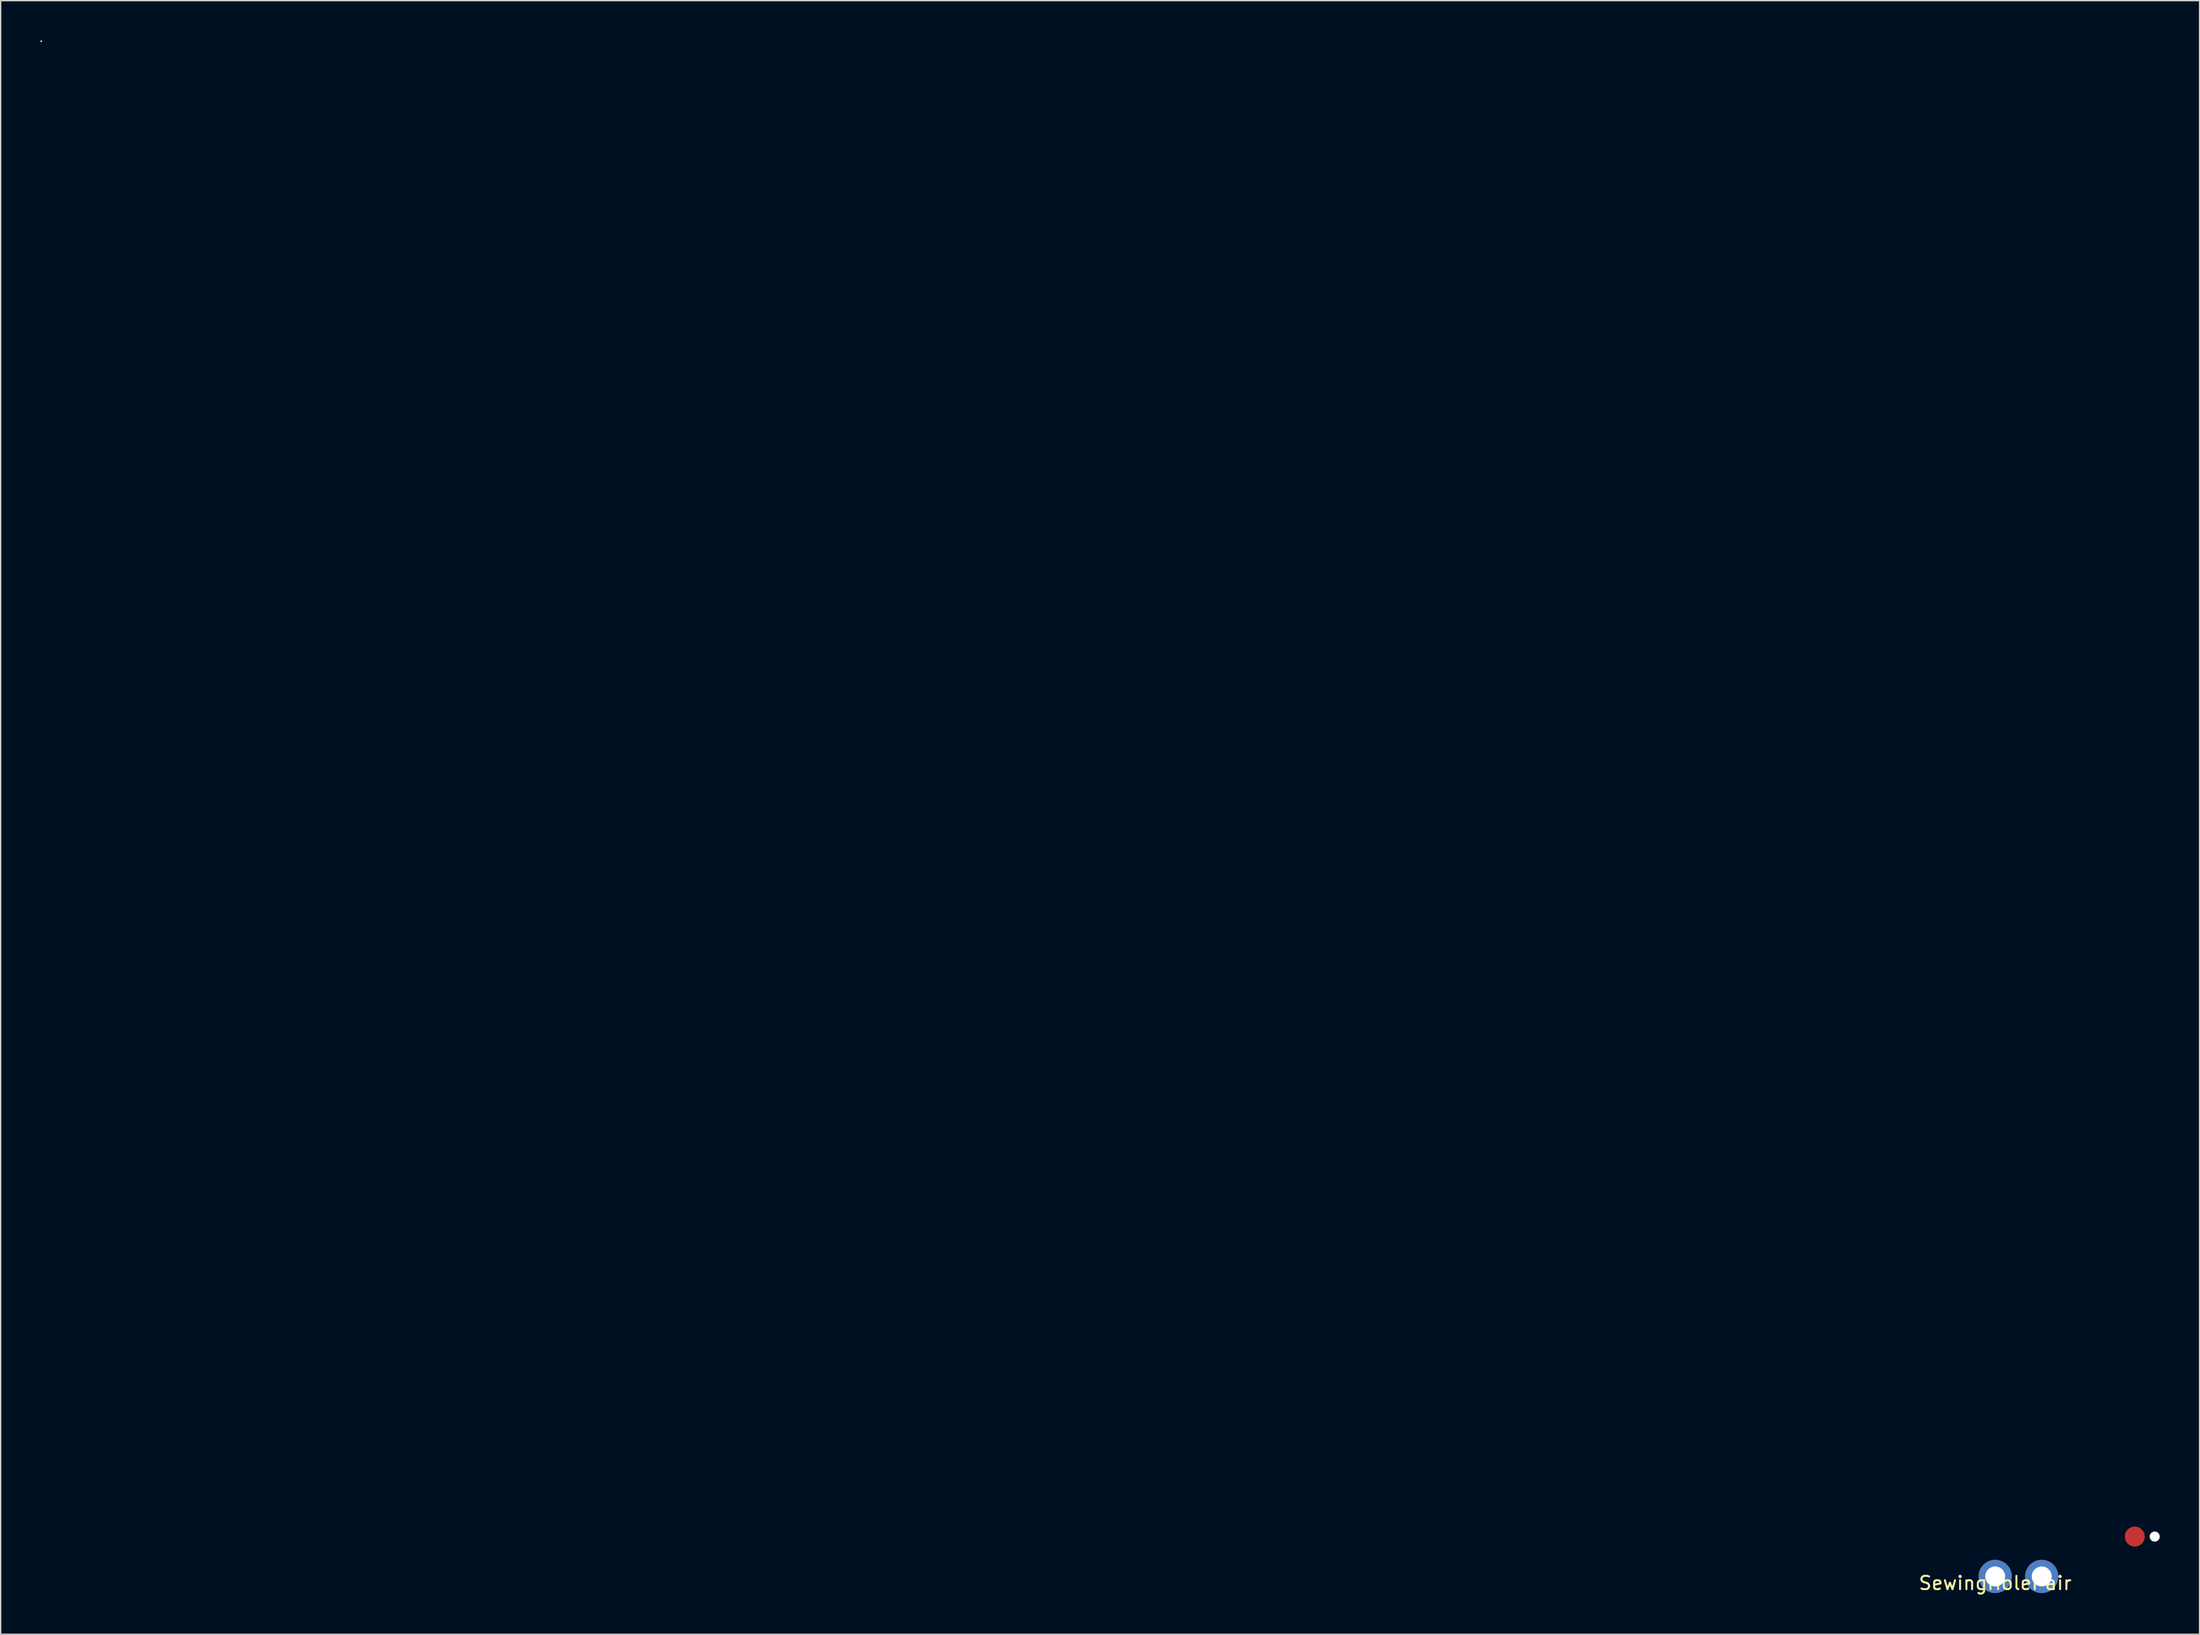
<source format=kicad_pcb>
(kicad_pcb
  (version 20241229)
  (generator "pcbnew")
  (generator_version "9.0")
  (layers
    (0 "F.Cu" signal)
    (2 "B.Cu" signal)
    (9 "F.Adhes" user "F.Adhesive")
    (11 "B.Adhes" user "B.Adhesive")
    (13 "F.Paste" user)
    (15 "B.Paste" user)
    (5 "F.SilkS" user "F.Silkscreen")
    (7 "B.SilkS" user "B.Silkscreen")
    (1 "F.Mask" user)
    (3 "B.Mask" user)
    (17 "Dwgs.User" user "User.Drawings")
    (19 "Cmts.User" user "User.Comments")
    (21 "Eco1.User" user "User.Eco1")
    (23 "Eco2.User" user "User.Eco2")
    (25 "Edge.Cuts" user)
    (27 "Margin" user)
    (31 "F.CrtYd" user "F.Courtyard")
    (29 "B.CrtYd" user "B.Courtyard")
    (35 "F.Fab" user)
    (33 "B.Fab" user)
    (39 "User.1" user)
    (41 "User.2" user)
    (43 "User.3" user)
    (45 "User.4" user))
  (footprint "SewingHolePair"
    (layer "F.Cu")
    (at 147.05 115.55)
    (property "Reference" "SewingHolePair" (at 0 0.5 0) (layer "F.SilkS") (effects (font (size 1 1) (thickness 0.15))))
    (attr through_hole)
    (fp_line (start -147 -115.5) (end -147 -115.5) (stroke (width 0.1) (type solid)) (layer "Dwgs.User"))
    (fp_line (start -147 -115.5) (end -147 -115.5) (stroke (width 0.1) (type solid)) (layer "Dwgs.User"))
    (fp_line (start -147 -115.5) (end -147 -115.5) (stroke (width 0.1) (type solid)) (layer "Dwgs.User"))
    (fp_line (start -147 -115.5) (end -147 -115.5) (stroke (width 0.1) (type solid)) (layer "Dwgs.User"))
    (fp_line (start -147 -115.5) (end -147 -115.5) (stroke (width 0.1) (type solid)) (layer "Dwgs.User"))
    (fp_line (start -147 -115.5) (end -147 -115.5) (stroke (width 0.1) (type solid)) (layer "Dwgs.User"))
    (fp_line (start -147 -115.5) (end -147 -115.5) (stroke (width 0.1) (type solid)) (layer "Dwgs.User"))
    (fp_line (start -147 -115.5) (end -147 -115.5) (stroke (width 0.1) (type solid)) (layer "Dwgs.User"))
    (fp_line (start -147 -115.5) (end -147 -115.5) (stroke (width 0.1) (type solid)) (layer "Dwgs.User"))
    (fp_line (start -147 -115.5) (end -147 -115.5) (stroke (width 0.1) (type solid)) (layer "Dwgs.User"))
    (fp_line (start -147 -115.5) (end -147 -115.5) (stroke (width 0.1) (type solid)) (layer "Dwgs.User"))
    (fp_line (start -147 -115.5) (end -147 -115.5) (stroke (width 0.1) (type solid)) (layer "Dwgs.User"))
    (fp_line (start -147 -115.5) (end -147 -115.5) (stroke (width 0.1) (type solid)) (layer "Dwgs.User"))
    (fp_line (start -147 -115.5) (end -147 -115.5) (stroke (width 0.1) (type solid)) (layer "Dwgs.User"))
    (fp_line (start -147 -115.5) (end -147 -115.5) (stroke (width 0.1) (type solid)) (layer "Dwgs.User"))
    (fp_line (start -147 -115.5) (end -147 -115.5) (stroke (width 0.1) (type solid)) (layer "Dwgs.User"))
    (fp_line (start -147 -115.5) (end -147 -115.5) (stroke (width 0.1) (type solid)) (layer "Dwgs.User"))
    (fp_line (start -147 -115.5) (end -147 -115.5) (stroke (width 0.1) (type solid)) (layer "Dwgs.User"))
    (fp_line (start -147 -115.5) (end -147 -115.5) (stroke (width 0.1) (type solid)) (layer "Dwgs.User"))
    (fp_line (start -147 -115.5) (end -147 -115.5) (stroke (width 0.1) (type solid)) (layer "Dwgs.User"))
    (fp_line (start -147 -115.5) (end -147 -115.5) (stroke (width 0.1) (type solid)) (layer "Dwgs.User"))
    (fp_line (start -147 -115.5) (end -147 -115.5) (stroke (width 0.1) (type solid)) (layer "Dwgs.User"))
    (fp_line (start -147 -115.5) (end -147 -115.5) (stroke (width 0.1) (type solid)) (layer "Dwgs.User"))
    (fp_line (start -147 -115.5) (end -147 -115.5) (stroke (width 0.1) (type solid)) (layer "Dwgs.User"))
    (fp_line (start -147 -115.5) (end -147 -115.5) (stroke (width 0.1) (type solid)) (layer "Dwgs.User"))
    (fp_line (start -147 -115.5) (end -147 -115.5) (stroke (width 0.1) (type solid)) (layer "Dwgs.User"))
    (fp_line (start -147 -115.5) (end -147 -115.5) (stroke (width 0.1) (type solid)) (layer "Dwgs.User"))
    (fp_line (start -147 -115.5) (end -147 -115.5) (stroke (width 0.1) (type solid)) (layer "Dwgs.User"))
    (fp_line (start -147 -115.5) (end -147 -115.5) (stroke (width 0.1) (type solid)) (layer "Dwgs.User"))
    (fp_line (start -147 -115.5) (end -147 -115.5) (stroke (width 0.1) (type solid)) (layer "Dwgs.User"))
    (fp_line (start -147 -115.5) (end -147 -115.5) (stroke (width 0.1) (type solid)) (layer "Dwgs.User"))
    (fp_line (start -147 -115.5) (end -147 -115.5) (stroke (width 0.1) (type solid)) (layer "Dwgs.User"))
    (fp_line (start -147 -115.5) (end -147 -115.5) (stroke (width 0.1) (type solid)) (layer "Dwgs.User"))
    (fp_line (start -147 -115.5) (end -147 -115.5) (stroke (width 0.1) (type solid)) (layer "Dwgs.User"))
    (fp_line (start -147 -115.5) (end -147 -115.5) (stroke (width 0.1) (type solid)) (layer "Dwgs.User"))
    (fp_line (start -147 -115.5) (end -147 -115.5) (stroke (width 0.1) (type solid)) (layer "Dwgs.User"))
    (fp_line (start -147 -115.5) (end -147 -115.5) (stroke (width 0.1) (type solid)) (layer "Dwgs.User"))
    (fp_line (start -147 -115.5) (end -147 -115.5) (stroke (width 0.1) (type solid)) (layer "Dwgs.User"))
    (fp_line (start -147 -115.5) (end -147 -115.5) (stroke (width 0.1) (type solid)) (layer "Dwgs.User"))
    (fp_line (start -147 -115.5) (end -147 -115.5) (stroke (width 0.1) (type solid)) (layer "Dwgs.User"))
    (fp_line (start -147 -115.5) (end -147 -115.5) (stroke (width 0.1) (type solid)) (layer "Dwgs.User"))
    (fp_line (start -147 -115.5) (end -147 -115.5) (stroke (width 0.1) (type solid)) (layer "Dwgs.User"))
    (fp_line (start -147 -115.5) (end -147 -115.5) (stroke (width 0.1) (type solid)) (layer "Dwgs.User"))
    (fp_line (start -147 -115.5) (end -147 -115.5) (stroke (width 0.1) (type solid)) (layer "Dwgs.User"))
    (fp_line (start -147 -115.5) (end -147 -115.5) (stroke (width 0.1) (type solid)) (layer "Dwgs.User"))
    (fp_line (start -147 -115.5) (end -147 -115.5) (stroke (width 0.1) (type solid)) (layer "Dwgs.User"))
    (fp_line (start -147 -115.5) (end -147 -115.5) (stroke (width 0.1) (type solid)) (layer "Dwgs.User"))
    (fp_line (start -147 -115.5) (end -147 -115.5) (stroke (width 0.1) (type solid)) (layer "Dwgs.User"))
    (fp_line (start -147 -115.5) (end -147 -115.5) (stroke (width 0.1) (type solid)) (layer "Dwgs.User"))
    (fp_line (start -147 -115.5) (end -147 -115.5) (stroke (width 0.1) (type solid)) (layer "Dwgs.User"))
    (fp_line (start -147 -115.5) (end -147 -115.5) (stroke (width 0.1) (type solid)) (layer "Dwgs.User"))
    (fp_line (start -147 -115.5) (end -147 -115.5) (stroke (width 0.1) (type solid)) (layer "Dwgs.User"))
    (fp_line (start -147 -115.5) (end -147 -115.5) (stroke (width 0.1) (type solid)) (layer "Dwgs.User"))
    (fp_line (start -147 -115.5) (end -147 -115.5) (stroke (width 0.1) (type solid)) (layer "Dwgs.User"))
    (fp_line (start -147 -115.5) (end -147 -115.5) (stroke (width 0.1) (type solid)) (layer "Dwgs.User"))
    (fp_line (start -147 -115.5) (end -147 -115.5) (stroke (width 0.1) (type solid)) (layer "Dwgs.User"))
    (fp_line (start -147 -115.5) (end -147 -115.5) (stroke (width 0.1) (type solid)) (layer "Dwgs.User"))
    (fp_line (start -147 -115.5) (end -147 -115.5) (stroke (width 0.1) (type solid)) (layer "Dwgs.User"))
    (fp_line (start -147 -115.5) (end -147 -115.5) (stroke (width 0.1) (type solid)) (layer "Dwgs.User"))
    (fp_line (start -147 -115.5) (end -147 -115.5) (stroke (width 0.1) (type solid)) (layer "Dwgs.User"))
    (fp_line (start -147 -115.5) (end -147 -115.5) (stroke (width 0.1) (type solid)) (layer "Dwgs.User"))
    (fp_line (start -147 -115.5) (end -147 -115.5) (stroke (width 0.1) (type solid)) (layer "Dwgs.User"))
    (fp_line (start -147 -115.5) (end -147 -115.5) (stroke (width 0.1) (type solid)) (layer "Dwgs.User"))
    (fp_line (start -147 -115.5) (end -147 -115.5) (stroke (width 0.1) (type solid)) (layer "Dwgs.User"))
    (fp_line (start -147 -115.5) (end -147 -115.5) (stroke (width 0.1) (type solid)) (layer "Dwgs.User"))
    (fp_line (start -147 -115.5) (end -147 -115.5) (stroke (width 0.1) (type solid)) (layer "Dwgs.User"))
    (fp_line (start -147 -115.5) (end -147 -115.5) (stroke (width 0.1) (type solid)) (layer "Dwgs.User"))
    (fp_line (start -147 -115.5) (end -147 -115.5) (stroke (width 0.1) (type solid)) (layer "Dwgs.User"))
    (fp_line (start -147 -115.5) (end -147 -115.5) (stroke (width 0.1) (type solid)) (layer "Dwgs.User"))
    (fp_line (start -147 -115.5) (end -147 -115.5) (stroke (width 0.1) (type solid)) (layer "Dwgs.User"))
    (fp_line (start -147 -115.5) (end -147 -115.5) (stroke (width 0.1) (type solid)) (layer "Dwgs.User"))
    (fp_line (start -147 -115.5) (end -147 -115.5) (stroke (width 0.1) (type solid)) (layer "Dwgs.User"))
    (fp_line (start -147 -115.5) (end -147 -115.5) (stroke (width 0.1) (type solid)) (layer "Dwgs.User"))
    (fp_line (start -147 -115.5) (end -147 -115.5) (stroke (width 0.1) (type solid)) (layer "Dwgs.User"))
    (fp_line (start -147 -115.5) (end -147 -115.5) (stroke (width 0.1) (type solid)) (layer "Dwgs.User"))
    (fp_line (start -147 -115.5) (end -147 -115.5) (stroke (width 0.1) (type solid)) (layer "Dwgs.User"))
    (fp_line (start -147 -115.5) (end -147 -115.5) (stroke (width 0.1) (type solid)) (layer "Dwgs.User"))
    (fp_line (start -147 -115.5) (end -147 -115.5) (stroke (width 0.1) (type solid)) (layer "Dwgs.User"))
    (fp_line (start -147 -115.5) (end -147 -115.5) (stroke (width 0.1) (type solid)) (layer "Dwgs.User"))
    (fp_line (start -147 -115.5) (end -147 -115.5) (stroke (width 0.1) (type solid)) (layer "Dwgs.User"))
    (fp_line (start -147 -115.5) (end -147 -115.5) (stroke (width 0.1) (type solid)) (layer "Dwgs.User"))
    (fp_line (start -147 -115.5) (end -147 -115.5) (stroke (width 0.1) (type solid)) (layer "Dwgs.User"))
    (fp_line (start -147 -115.5) (end -147 -115.5) (stroke (width 0.1) (type solid)) (layer "Dwgs.User"))
    (fp_line (start -147 -115.5) (end -147 -115.5) (stroke (width 0.1) (type solid)) (layer "Dwgs.User"))
    (fp_line (start -147 -115.5) (end -147 -115.5) (stroke (width 0.1) (type solid)) (layer "Dwgs.User"))
    (fp_line (start -147 -115.5) (end -147 -115.5) (stroke (width 0.1) (type solid)) (layer "Dwgs.User"))
    (fp_line (start -147 -115.5) (end -147 -115.5) (stroke (width 0.1) (type solid)) (layer "Dwgs.User"))
    (fp_line (start -147 -115.5) (end -147 -115.5) (stroke (width 0.1) (type solid)) (layer "Dwgs.User"))
    (fp_line (start -147 -115.5) (end -147 -115.5) (stroke (width 0.1) (type solid)) (layer "Dwgs.User"))
    (fp_line (start -147 -115.5) (end -147 -115.5) (stroke (width 0.1) (type solid)) (layer "Dwgs.User"))
    (fp_line (start -147 -115.5) (end -147 -115.5) (stroke (width 0.1) (type solid)) (layer "Dwgs.User"))
    (fp_line (start -147 -115.5) (end -147 -115.5) (stroke (width 0.1) (type solid)) (layer "Dwgs.User"))
    (fp_line (start -147 -115.5) (end -147 -115.5) (stroke (width 0.1) (type solid)) (layer "Dwgs.User"))
    (fp_line (start -147 -115.5) (end -147 -115.5) (stroke (width 0.1) (type solid)) (layer "Dwgs.User"))
    (fp_line (start -147 -115.5) (end -147 -115.5) (stroke (width 0.1) (type solid)) (layer "Dwgs.User"))
    (fp_line (start -147 -115.5) (end -147 -115.5) (stroke (width 0.1) (type solid)) (layer "Dwgs.User"))
    (fp_line (start -147 -115.5) (end -147 -115.5) (stroke (width 0.1) (type solid)) (layer "Dwgs.User"))
    (fp_line (start -147 -115.5) (end -147 -115.5) (stroke (width 0.1) (type solid)) (layer "Dwgs.User"))
    (fp_line (start -147 -115.5) (end -147 -115.5) (stroke (width 0.1) (type solid)) (layer "Dwgs.User"))
    (fp_line (start -147 -115.5) (end -147 -115.5) (stroke (width 0.1) (type solid)) (layer "Dwgs.User"))
    (fp_line (start -147 -115.5) (end -147 -115.5) (stroke (width 0.1) (type solid)) (layer "Dwgs.User"))
    (fp_line (start -147 -115.5) (end -147 -115.5) (stroke (width 0.1) (type solid)) (layer "Dwgs.User"))
    (fp_line (start -147 -115.5) (end -147 -115.5) (stroke (width 0.1) (type solid)) (layer "Dwgs.User"))
    (fp_line (start -147 -115.5) (end -147 -115.5) (stroke (width 0.1) (type solid)) (layer "Dwgs.User"))
    (fp_line (start -147 -115.5) (end -147 -115.5) (stroke (width 0.1) (type solid)) (layer "Dwgs.User"))
    (fp_line (start -147 -115.5) (end -147 -115.5) (stroke (width 0.1) (type solid)) (layer "Dwgs.User"))
    (fp_line (start -147 -115.5) (end -147 -115.5) (stroke (width 0.1) (type solid)) (layer "Dwgs.User"))
    (fp_line (start -147 -115.5) (end -147 -115.5) (stroke (width 0.1) (type solid)) (layer "Dwgs.User"))
    (fp_line (start -147 -115.5) (end -147 -115.5) (stroke (width 0.1) (type solid)) (layer "Dwgs.User"))
    (fp_line (start -147 -115.5) (end -147 -115.5) (stroke (width 0.1) (type solid)) (layer "Dwgs.User"))
    (fp_line (start -147 -115.5) (end -147 -115.5) (stroke (width 0.1) (type solid)) (layer "Dwgs.User"))
    (fp_line (start -147 -115.5) (end -147 -115.5) (stroke (width 0.1) (type solid)) (layer "Dwgs.User"))
    (fp_line (start -147 -115.5) (end -147 -115.5) (stroke (width 0.1) (type solid)) (layer "Dwgs.User"))
    (fp_line (start -147 -115.5) (end -147 -115.5) (stroke (width 0.1) (type solid)) (layer "Dwgs.User"))
    (fp_line (start -147 -115.5) (end -147 -115.5) (stroke (width 0.1) (type solid)) (layer "Dwgs.User"))
    (fp_line (start -147 -115.5) (end -147 -115.5) (stroke (width 0.1) (type solid)) (layer "Dwgs.User"))
    (fp_line (start -147 -115.5) (end -147 -115.5) (stroke (width 0.1) (type solid)) (layer "Dwgs.User"))
    (fp_line (start -147 -115.5) (end -147 -115.5) (stroke (width 0.1) (type solid)) (layer "Dwgs.User"))
    (fp_line (start -147 -115.5) (end -147 -115.5) (stroke (width 0.1) (type solid)) (layer "Dwgs.User"))
    (fp_line (start -147 -115.5) (end -147 -115.5) (stroke (width 0.1) (type solid)) (layer "Dwgs.User"))
    (fp_line (start -147 -115.5) (end -147 -115.5) (stroke (width 0.1) (type solid)) (layer "Dwgs.User"))
    (fp_line (start -147 -115.5) (end -147 -115.5) (stroke (width 0.1) (type solid)) (layer "Dwgs.User"))
    (fp_line (start -147 -115.5) (end -147 -115.5) (stroke (width 0.1) (type solid)) (layer "Dwgs.User"))
    (fp_line (start -147 -115.5) (end -147 -115.5) (stroke (width 0.1) (type solid)) (layer "Dwgs.User"))
    (fp_line (start -147 -115.5) (end -147 -115.5) (stroke (width 0.1) (type solid)) (layer "Dwgs.User"))
    (fp_line (start -147 -115.5) (end -147 -115.5) (stroke (width 0.1) (type solid)) (layer "Dwgs.User"))
    (fp_line (start -147 -115.5) (end -147 -115.5) (stroke (width 0.1) (type solid)) (layer "Dwgs.User"))
    (fp_line (start -147 -115.5) (end -147 -115.5) (stroke (width 0.1) (type solid)) (layer "Dwgs.User"))
    (fp_line (start -147 -115.5) (end -147 -115.5) (stroke (width 0.1) (type solid)) (layer "Dwgs.User"))
    (fp_line (start -147 -115.5) (end -147 -115.5) (stroke (width 0.1) (type solid)) (layer "Dwgs.User"))
    (fp_line (start -147 -115.5) (end -147 -115.5) (stroke (width 0.1) (type solid)) (layer "Dwgs.User"))
    (fp_line (start -147 -115.5) (end -147 -115.5) (stroke (width 0.1) (type solid)) (layer "Dwgs.User"))
    (fp_line (start -147 -115.5) (end -147 -115.5) (stroke (width 0.1) (type solid)) (layer "Dwgs.User"))
    (fp_line (start -147 -115.5) (end -147 -115.5) (stroke (width 0.1) (type solid)) (layer "Dwgs.User"))
    (fp_line (start -147 -115.5) (end -147 -115.5) (stroke (width 0.1) (type solid)) (layer "Dwgs.User"))
    (fp_line (start -147 -115.5) (end -147 -115.5) (stroke (width 0.1) (type solid)) (layer "Dwgs.User"))
    (fp_line (start -147 -115.5) (end -147 -115.5) (stroke (width 0.1) (type solid)) (layer "Dwgs.User"))
    (fp_line (start -147 -115.5) (end -147 -115.5) (stroke (width 0.1) (type solid)) (layer "Dwgs.User"))
    (fp_line (start -147 -115.5) (end -147 -115.5) (stroke (width 0.1) (type solid)) (layer "Dwgs.User"))
    (fp_line (start -147 -115.5) (end -147 -115.5) (stroke (width 0.1) (type solid)) (layer "Dwgs.User"))
    (fp_line (start -147 -115.5) (end -147 -115.5) (stroke (width 0.1) (type solid)) (layer "Dwgs.User"))
    (fp_line (start -147 -115.5) (end -147 -115.5) (stroke (width 0.1) (type solid)) (layer "Dwgs.User"))
    (fp_line (start -147 -115.5) (end -147 -115.5) (stroke (width 0.1) (type solid)) (layer "Dwgs.User"))
    (fp_line (start -147 -115.5) (end -147 -115.5) (stroke (width 0.1) (type solid)) (layer "Dwgs.User"))
    (fp_line (start -147 -115.5) (end -147 -115.5) (stroke (width 0.1) (type solid)) (layer "Dwgs.User"))
    (fp_line (start -147 -115.5) (end -147 -115.5) (stroke (width 0.1) (type solid)) (layer "Dwgs.User"))
    (fp_line (start -147 -115.5) (end -147 -115.5) (stroke (width 0.1) (type solid)) (layer "Dwgs.User"))
    (fp_line (start -147 -115.5) (end -147 -115.5) (stroke (width 0.1) (type solid)) (layer "Dwgs.User"))
    (fp_line (start -147 -115.5) (end -147 -115.5) (stroke (width 0.1) (type solid)) (layer "Dwgs.User"))
    (fp_line (start -147 -115.5) (end -147 -115.5) (stroke (width 0.1) (type solid)) (layer "Dwgs.User"))
    (fp_line (start -147 -115.5) (end -147 -115.5) (stroke (width 0.1) (type solid)) (layer "Dwgs.User"))
    (fp_line (start -147 -115.5) (end -147 -115.5) (stroke (width 0.1) (type solid)) (layer "Dwgs.User"))
    (fp_line (start -147 -115.5) (end -147 -115.5) (stroke (width 0.1) (type solid)) (layer "Dwgs.User"))
    (fp_line (start -147 -115.5) (end -147 -115.5) (stroke (width 0.1) (type solid)) (layer "Dwgs.User"))
    (fp_line (start -147 -115.5) (end -147 -115.5) (stroke (width 0.1) (type solid)) (layer "Dwgs.User"))
    (fp_line (start -147 -115.5) (end -147 -115.5) (stroke (width 0.1) (type solid)) (layer "Dwgs.User"))
    (fp_line (start -147 -115.5) (end -147 -115.5) (stroke (width 0.1) (type solid)) (layer "Dwgs.User"))
    (fp_line (start -147 -115.5) (end -147 -115.5) (stroke (width 0.1) (type solid)) (layer "Dwgs.User"))
    (fp_line (start -147 -115.5) (end -147 -115.5) (stroke (width 0.1) (type solid)) (layer "Dwgs.User"))
    (fp_line (start -147 -115.5) (end -147 -115.5) (stroke (width 0.1) (type solid)) (layer "Dwgs.User"))
    (fp_line (start -147 -115.5) (end -147 -115.5) (stroke (width 0.1) (type solid)) (layer "Dwgs.User"))
    (fp_line (start -147 -115.5) (end -147 -115.5) (stroke (width 0.1) (type solid)) (layer "Dwgs.User"))
    (fp_line (start -147 -115.5) (end -147 -115.5) (stroke (width 0.1) (type solid)) (layer "Dwgs.User"))
    (fp_line (start -147 -115.5) (end -147 -115.5) (stroke (width 0.1) (type solid)) (layer "Dwgs.User"))
    (fp_line (start -147 -115.5) (end -147 -115.5) (stroke (width 0.1) (type solid)) (layer "Dwgs.User"))
    (fp_line (start -147 -115.5) (end -147 -115.5) (stroke (width 0.1) (type solid)) (layer "Dwgs.User"))
    (fp_line (start -147 -115.5) (end -147 -115.5) (stroke (width 0.1) (type solid)) (layer "Dwgs.User"))
    (fp_line (start -147 -115.5) (end -147 -115.5) (stroke (width 0.1) (type solid)) (layer "Dwgs.User"))
    (fp_line (start -147 -115.5) (end -147 -115.5) (stroke (width 0.1) (type solid)) (layer "Dwgs.User"))
    (fp_line (start -147 -115.5) (end -147 -115.5) (stroke (width 0.1) (type solid)) (layer "Dwgs.User"))
    (fp_line (start -147 -115.5) (end -147 -115.5) (stroke (width 0.1) (type solid)) (layer "Dwgs.User"))
    (fp_line (start -147 -115.5) (end -147 -115.5) (stroke (width 0.1) (type solid)) (layer "Dwgs.User"))
    (fp_line (start -147 -115.5) (end -147 -115.5) (stroke (width 0.1) (type solid)) (layer "Dwgs.User"))
    (fp_line (start -147 -115.5) (end -147 -115.5) (stroke (width 0.1) (type solid)) (layer "Dwgs.User"))
    (fp_line (start -147 -115.5) (end -147 -115.5) (stroke (width 0.1) (type solid)) (layer "Dwgs.User"))
    (fp_line (start -147 -115.5) (end -147 -115.5) (stroke (width 0.1) (type solid)) (layer "Dwgs.User"))
    (fp_line (start -147 -115.5) (end -147 -115.5) (stroke (width 0.1) (type solid)) (layer "Dwgs.User"))
    (fp_line (start -147 -115.5) (end -147 -115.5) (stroke (width 0.1) (type solid)) (layer "Dwgs.User"))
    (fp_line (start -147 -115.5) (end -147 -115.5) (stroke (width 0.1) (type solid)) (layer "Dwgs.User"))
    (fp_line (start -147 -115.5) (end -147 -115.5) (stroke (width 0.1) (type solid)) (layer "Dwgs.User"))
    (fp_line (start -147 -115.5) (end -147 -115.5) (stroke (width 0.1) (type solid)) (layer "Dwgs.User"))
    (fp_line (start -147 -115.5) (end -147 -115.5) (stroke (width 0.1) (type solid)) (layer "Dwgs.User"))
    (fp_line (start -147 -115.5) (end -147 -115.5) (stroke (width 0.1) (type solid)) (layer "Dwgs.User"))
    (fp_line (start -147 -115.5) (end -147 -115.5) (stroke (width 0.1) (type solid)) (layer "Dwgs.User"))
    (fp_line (start -147 -115.5) (end -147 -115.5) (stroke (width 0.1) (type solid)) (layer "Dwgs.User"))
    (fp_line (start -147 -115.5) (end -147 -115.5) (stroke (width 0.1) (type solid)) (layer "Dwgs.User"))
    (fp_line (start -147 -115.5) (end -147 -115.5) (stroke (width 0.1) (type solid)) (layer "Dwgs.User"))
    (fp_line (start -147 -115.5) (end -147 -115.5) (stroke (width 0.1) (type solid)) (layer "Dwgs.User"))
    (fp_line (start -147 -115.5) (end -147 -115.5) (stroke (width 0.1) (type solid)) (layer "Dwgs.User"))
    (fp_line (start -147 -115.5) (end -147 -115.5) (stroke (width 0.1) (type solid)) (layer "Dwgs.User"))
    (fp_line (start -147 -115.5) (end -147 -115.5) (stroke (width 0.1) (type solid)) (layer "Dwgs.User"))
    (fp_line (start -147 -115.5) (end -147 -115.5) (stroke (width 0.1) (type solid)) (layer "Dwgs.User"))
    (fp_line (start -147 -115.5) (end -147 -115.5) (stroke (width 0.1) (type solid)) (layer "Dwgs.User"))
    (fp_line (start -147 -115.5) (end -147 -115.5) (stroke (width 0.1) (type solid)) (layer "Dwgs.User"))
    (fp_line (start -147 -115.5) (end -147 -115.5) (stroke (width 0.1) (type solid)) (layer "Dwgs.User"))
    (fp_line (start -147 -115.5) (end -147 -115.5) (stroke (width 0.1) (type solid)) (layer "Dwgs.User"))
    (fp_line (start -147 -115.5) (end -147 -115.5) (stroke (width 0.1) (type solid)) (layer "Dwgs.User"))
    (fp_line (start -147 -115.5) (end -147 -115.5) (stroke (width 0.1) (type solid)) (layer "Dwgs.User"))
    (fp_line (start -147 -115.5) (end -147 -115.5) (stroke (width 0.1) (type solid)) (layer "Dwgs.User"))
    (fp_line (start -147 -115.5) (end -147 -115.5) (stroke (width 0.1) (type solid)) (layer "Dwgs.User"))
    (fp_line (start -147 -115.5) (end -147 -115.5) (stroke (width 0.1) (type solid)) (layer "Dwgs.User"))
    (fp_line (start -147 -115.5) (end -147 -115.5) (stroke (width 0.1) (type solid)) (layer "Dwgs.User"))
    (fp_line (start -147 -115.5) (end -147 -115.5) (stroke (width 0.1) (type solid)) (layer "Dwgs.User"))
    (fp_line (start -147 -115.5) (end -147 -115.5) (stroke (width 0.1) (type solid)) (layer "Dwgs.User"))
    (fp_line (start -147 -115.5) (end -147 -115.5) (stroke (width 0.1) (type solid)) (layer "Dwgs.User"))
    (fp_line (start -147 -115.5) (end -147 -115.5) (stroke (width 0.1) (type solid)) (layer "Dwgs.User"))
    (fp_line (start -147 -115.5) (end -147 -115.5) (stroke (width 0.1) (type solid)) (layer "Dwgs.User"))
    (fp_line (start -147 -115.5) (end -147 -115.5) (stroke (width 0.1) (type solid)) (layer "Dwgs.User"))
    (fp_line (start -147 -115.5) (end -147 -115.5) (stroke (width 0.1) (type solid)) (layer "Dwgs.User"))
    (fp_line (start -147 -115.5) (end -147 -115.5) (stroke (width 0.1) (type solid)) (layer "Dwgs.User"))
    (fp_line (start -147 -115.5) (end -147 -115.5) (stroke (width 0.1) (type solid)) (layer "Dwgs.User"))
    (fp_line (start -147 -115.5) (end -147 -115.5) (stroke (width 0.1) (type solid)) (layer "Dwgs.User"))
    (fp_line (start -147 -115.5) (end -147 -115.5) (stroke (width 0.1) (type solid)) (layer "Dwgs.User"))
    (fp_line (start -147 -115.5) (end -147 -115.5) (stroke (width 0.1) (type solid)) (layer "Dwgs.User"))
    (fp_line (start -147 -115.5) (end -147 -115.5) (stroke (width 0.1) (type solid)) (layer "Dwgs.User"))
    (fp_line (start -147 -115.5) (end -147 -115.5) (stroke (width 0.1) (type solid)) (layer "Dwgs.User"))
    (fp_line (start -147 -115.5) (end -147 -115.5) (stroke (width 0.1) (type solid)) (layer "Dwgs.User"))
    (fp_line (start -147 -115.5) (end -147 -115.5) (stroke (width 0.1) (type solid)) (layer "Dwgs.User"))
    (fp_line (start -147 -115.5) (end -147 -115.5) (stroke (width 0.1) (type solid)) (layer "Dwgs.User"))
    (fp_line (start -147 -115.5) (end -147 -115.5) (stroke (width 0.1) (type solid)) (layer "Dwgs.User"))
    (fp_line (start -147 -115.5) (end -147 -115.5) (stroke (width 0.1) (type solid)) (layer "Dwgs.User"))
    (fp_line (start -147 -115.5) (end -147 -115.5) (stroke (width 0.1) (type solid)) (layer "Dwgs.User"))
    (fp_line (start -147 -115.5) (end -147 -115.5) (stroke (width 0.1) (type solid)) (layer "Dwgs.User"))
    (fp_line (start -147 -115.5) (end -147 -115.5) (stroke (width 0.1) (type solid)) (layer "Dwgs.User"))
    (fp_line (start -147 -115.5) (end -147 -115.5) (stroke (width 0.1) (type solid)) (layer "Dwgs.User"))
    (fp_line (start -147 -115.5) (end -147 -115.5) (stroke (width 0.1) (type solid)) (layer "Dwgs.User"))
    (fp_line (start -147 -115.5) (end -147 -115.5) (stroke (width 0.1) (type solid)) (layer "Dwgs.User"))
    (fp_line (start -147 -115.5) (end -147 -115.5) (stroke (width 0.1) (type solid)) (layer "Dwgs.User"))
    (fp_line (start -147 -115.5) (end -147 -115.5) (stroke (width 0.1) (type solid)) (layer "Dwgs.User"))
    (fp_line (start -147 -115.5) (end -147 -115.5) (stroke (width 0.1) (type solid)) (layer "Dwgs.User"))
    (fp_line (start -147 -115.5) (end -147 -115.5) (stroke (width 0.1) (type solid)) (layer "Dwgs.User"))
    (fp_line (start -147 -115.5) (end -147 -115.5) (stroke (width 0.1) (type solid)) (layer "Dwgs.User"))
    (fp_line (start -147 -115.5) (end -147 -115.5) (stroke (width 0.1) (type solid)) (layer "Dwgs.User"))
    (fp_line (start -147 -115.5) (end -147 -115.5) (stroke (width 0.1) (type solid)) (layer "Dwgs.User"))
    (fp_line (start -147 -115.5) (end -147 -115.5) (stroke (width 0.1) (type solid)) (layer "Dwgs.User"))
    (fp_line (start -147 -115.5) (end -147 -115.5) (stroke (width 0.1) (type solid)) (layer "Dwgs.User"))
    (fp_line (start -147 -115.5) (end -147 -115.5) (stroke (width 0.1) (type solid)) (layer "Dwgs.User"))
    (fp_line (start -147 -115.5) (end -147 -115.5) (stroke (width 0.1) (type solid)) (layer "Dwgs.User"))
    (fp_line (start -147 -115.5) (end -147 -115.5) (stroke (width 0.1) (type solid)) (layer "Dwgs.User"))
    (fp_line (start -147 -115.5) (end -147 -115.5) (stroke (width 0.1) (type solid)) (layer "Dwgs.User"))
    (fp_line (start -147 -115.5) (end -147 -115.5) (stroke (width 0.1) (type solid)) (layer "Dwgs.User"))
    (fp_line (start -147 -115.5) (end -147 -115.5) (stroke (width 0.1) (type solid)) (layer "Dwgs.User"))
    (fp_line (start -147 -115.5) (end -147 -115.5) (stroke (width 0.1) (type solid)) (layer "Dwgs.User"))
    (fp_line (start -147 -115.5) (end -147 -115.5) (stroke (width 0.1) (type solid)) (layer "Dwgs.User"))
    (fp_line (start -147 -115.5) (end -147 -115.5) (stroke (width 0.1) (type solid)) (layer "Dwgs.User"))
    (fp_line (start -147 -115.5) (end -147 -115.5) (stroke (width 0.1) (type solid)) (layer "Dwgs.User"))
    (fp_line (start -147 -115.5) (end -147 -115.5) (stroke (width 0.1) (type solid)) (layer "Dwgs.User"))
    (fp_line (start -147 -115.5) (end -147 -115.5) (stroke (width 0.1) (type solid)) (layer "Dwgs.User"))
    (fp_line (start -147 -115.5) (end -147 -115.5) (stroke (width 0.1) (type solid)) (layer "Dwgs.User"))
    (fp_line (start -147 -115.5) (end -147 -115.5) (stroke (width 0.1) (type solid)) (layer "Dwgs.User"))
    (fp_line (start -147 -115.5) (end -147 -115.5) (stroke (width 0.1) (type solid)) (layer "Dwgs.User"))
    (fp_line (start -147 -115.5) (end -147 -115.5) (stroke (width 0.1) (type solid)) (layer "Dwgs.User"))
    (fp_line (start -147 -115.5) (end -147 -115.5) (stroke (width 0.1) (type solid)) (layer "Dwgs.User"))
    (fp_line (start -147 -115.5) (end -147 -115.5) (stroke (width 0.1) (type solid)) (layer "Dwgs.User"))
    (fp_line (start -147 -115.5) (end -147 -115.5) (stroke (width 0.1) (type solid)) (layer "Dwgs.User"))
    (fp_line (start -147 -115.5) (end -147 -115.5) (stroke (width 0.1) (type solid)) (layer "Dwgs.User"))
    (fp_line (start -147 -115.5) (end -147 -115.5) (stroke (width 0.1) (type solid)) (layer "Dwgs.User"))
    (fp_line (start -147 -115.5) (end -147 -115.5) (stroke (width 0.1) (type solid)) (layer "Dwgs.User"))
    (fp_line (start -147 -115.5) (end -147 -115.5) (stroke (width 0.1) (type solid)) (layer "Dwgs.User"))
    (fp_line (start -147 -115.5) (end -147 -115.5) (stroke (width 0.1) (type solid)) (layer "Dwgs.User"))
    (fp_line (start -147 -115.5) (end -147 -115.5) (stroke (width 0.1) (type solid)) (layer "Dwgs.User"))
    (fp_line (start -147 -115.5) (end -147 -115.5) (stroke (width 0.1) (type solid)) (layer "Dwgs.User"))
    (fp_line (start -147 -115.5) (end -147 -115.5) (stroke (width 0.1) (type solid)) (layer "Dwgs.User"))
    (fp_line (start -147 -115.5) (end -147 -115.5) (stroke (width 0.1) (type solid)) (layer "Dwgs.User"))
    (fp_line (start -147 -115.5) (end -147 -115.5) (stroke (width 0.1) (type solid)) (layer "Dwgs.User"))
    (fp_line (start -147 -115.5) (end -147 -115.5) (stroke (width 0.1) (type solid)) (layer "Dwgs.User"))
    (fp_line (start -147 -115.5) (end -147 -115.5) (stroke (width 0.1) (type solid)) (layer "Dwgs.User"))
    (fp_line (start -147 -115.5) (end -147 -115.5) (stroke (width 0.1) (type solid)) (layer "Dwgs.User"))
    (fp_line (start -147 -115.5) (end -147 -115.5) (stroke (width 0.1) (type solid)) (layer "Dwgs.User"))
    (fp_line (start -147 -115.5) (end -147 -115.5) (stroke (width 0.1) (type solid)) (layer "Dwgs.User"))
    (fp_line (start -147 -115.5) (end -147 -115.5) (stroke (width 0.1) (type solid)) (layer "Dwgs.User"))
    (fp_line (start -147 -115.5) (end -147 -115.5) (stroke (width 0.1) (type solid)) (layer "Dwgs.User"))
    (fp_line (start -147 -115.5) (end -147 -115.5) (stroke (width 0.1) (type solid)) (layer "Dwgs.User"))
    (fp_line (start -147 -115.5) (end -147 -115.5) (stroke (width 0.1) (type solid)) (layer "Dwgs.User"))
    (fp_line (start -147 -115.5) (end -147 -115.5) (stroke (width 0.1) (type solid)) (layer "Dwgs.User"))
    (fp_line (start -147 -115.5) (end -147 -115.5) (stroke (width 0.1) (type solid)) (layer "Dwgs.User"))
    (fp_line (start -147 -115.5) (end -147 -115.5) (stroke (width 0.1) (type solid)) (layer "Dwgs.User"))
    (fp_line (start -147 -115.5) (end -147 -115.5) (stroke (width 0.1) (type solid)) (layer "Dwgs.User"))
    (fp_line (start -147 -115.5) (end -147 -115.5) (stroke (width 0.1) (type solid)) (layer "Dwgs.User"))
    (fp_line (start -147 -115.5) (end -147 -115.5) (stroke (width 0.1) (type solid)) (layer "Dwgs.User"))
    (fp_line (start -147 -115.5) (end -147 -115.5) (stroke (width 0.1) (type solid)) (layer "Dwgs.User"))
    (fp_line (start -147 -115.5) (end -147 -115.5) (stroke (width 0.1) (type solid)) (layer "Dwgs.User"))
    (fp_line (start -147 -115.5) (end -147 -115.5) (stroke (width 0.1) (type solid)) (layer "Dwgs.User"))
    (fp_line (start -147 -115.5) (end -147 -115.5) (stroke (width 0.1) (type solid)) (layer "Dwgs.User"))
    (fp_line (start -147 -115.5) (end -147 -115.5) (stroke (width 0.1) (type solid)) (layer "Dwgs.User"))
    (fp_line (start -147 -115.5) (end -147 -115.5) (stroke (width 0.1) (type solid)) (layer "Dwgs.User"))
    (fp_line (start -147 -115.5) (end -147 -115.5) (stroke (width 0.1) (type solid)) (layer "Dwgs.User"))
    (fp_line (start -147 -115.5) (end -147 -115.5) (stroke (width 0.1) (type solid)) (layer "Dwgs.User"))
    (fp_line (start -147 -115.5) (end -147 -115.5) (stroke (width 0.1) (type solid)) (layer "Dwgs.User"))
    (fp_line (start -147 -115.5) (end -147 -115.5) (stroke (width 0.1) (type solid)) (layer "Dwgs.User"))
    (fp_line (start -147 -115.5) (end -147 -115.5) (stroke (width 0.1) (type solid)) (layer "Dwgs.User"))
    (fp_line (start -147 -115.5) (end -147 -115.5) (stroke (width 0.1) (type solid)) (layer "Dwgs.User"))
    (fp_line (start -147 -115.5) (end -147 -115.5) (stroke (width 0.1) (type solid)) (layer "Dwgs.User"))
    (fp_line (start -147 -115.5) (end -147 -115.5) (stroke (width 0.1) (type solid)) (layer "Dwgs.User"))
    (fp_line (start -147 -115.5) (end -147 -115.5) (stroke (width 0.1) (type solid)) (layer "Dwgs.User"))
    (fp_line (start -147 -115.5) (end -147 -115.5) (stroke (width 0.1) (type solid)) (layer "Dwgs.User"))
    (fp_line (start -147 -115.5) (end -147 -115.5) (stroke (width 0.1) (type solid)) (layer "Dwgs.User"))
    (fp_line (start -147 -115.5) (end -147 -115.5) (stroke (width 0.1) (type solid)) (layer "Dwgs.User"))
    (fp_line (start -147 -115.5) (end -147 -115.5) (stroke (width 0.1) (type solid)) (layer "Dwgs.User"))
    (fp_line (start -147 -115.5) (end -147 -115.5) (stroke (width 0.1) (type solid)) (layer "Dwgs.User"))
    (fp_line (start -147 -115.5) (end -147 -115.5) (stroke (width 0.1) (type solid)) (layer "Dwgs.User"))
    (fp_line (start -147 -115.5) (end -147 -115.5) (stroke (width 0.1) (type solid)) (layer "Dwgs.User"))
    (fp_line (start -147 -115.5) (end -147 -115.5) (stroke (width 0.1) (type solid)) (layer "Dwgs.User"))
    (fp_line (start -147 -115.5) (end -147 -115.5) (stroke (width 0.1) (type solid)) (layer "Dwgs.User"))
    (fp_line (start -147 -115.5) (end -147 -115.5) (stroke (width 0.1) (type solid)) (layer "Dwgs.User"))
    (fp_line (start -147 -115.5) (end -147 -115.5) (stroke (width 0.1) (type solid)) (layer "Dwgs.User"))
    (fp_line (start -147 -115.5) (end -147 -115.5) (stroke (width 0.1) (type solid)) (layer "Dwgs.User"))
    (fp_line (start -147 -115.5) (end -147 -115.5) (stroke (width 0.1) (type solid)) (layer "Dwgs.User"))
    (fp_line (start -147 -115.5) (end -147 -115.5) (stroke (width 0.1) (type solid)) (layer "Dwgs.User"))
    (fp_line (start -147 -115.5) (end -147 -115.5) (stroke (width 0.1) (type solid)) (layer "Dwgs.User"))
    (fp_line (start -147 -115.5) (end -147 -115.5) (stroke (width 0.1) (type solid)) (layer "Dwgs.User"))
    (fp_line (start -147 -115.5) (end -147 -115.5) (stroke (width 0.1) (type solid)) (layer "Dwgs.User"))
    (fp_line (start -147 -115.5) (end -147 -115.5) (stroke (width 0.1) (type solid)) (layer "Dwgs.User"))
    (fp_line (start -147 -115.5) (end -147 -115.5) (stroke (width 0.1) (type solid)) (layer "Dwgs.User"))
    (fp_line (start -147 -115.5) (end -147 -115.5) (stroke (width 0.1) (type solid)) (layer "Dwgs.User"))
    (fp_line (start -147 -115.5) (end -147 -115.5) (stroke (width 0.1) (type solid)) (layer "Dwgs.User"))
    (fp_line (start -147 -115.5) (end -147 -115.5) (stroke (width 0.1) (type solid)) (layer "Dwgs.User"))
    (fp_line (start -147 -115.5) (end -147 -115.5) (stroke (width 0.1) (type solid)) (layer "Dwgs.User"))
    (fp_line (start -147 -115.5) (end -147 -115.5) (stroke (width 0.1) (type solid)) (layer "Dwgs.User"))
    (fp_line (start -147 -115.5) (end -147 -115.5) (stroke (width 0.1) (type solid)) (layer "Dwgs.User"))
    (fp_line (start -147 -115.5) (end -147 -115.5) (stroke (width 0.1) (type solid)) (layer "Dwgs.User"))
    (fp_line (start -147 -115.5) (end -147 -115.5) (stroke (width 0.1) (type solid)) (layer "Dwgs.User"))
    (fp_line (start -147 -115.5) (end -147 -115.5) (stroke (width 0.1) (type solid)) (layer "Dwgs.User"))
    (fp_line (start -147 -115.5) (end -147 -115.5) (stroke (width 0.1) (type solid)) (layer "Dwgs.User"))
    (fp_line (start -147 -115.5) (end -147 -115.5) (stroke (width 0.1) (type solid)) (layer "Dwgs.User"))
    (fp_line (start -147 -115.5) (end -147 -115.5) (stroke (width 0.1) (type solid)) (layer "Dwgs.User"))
    (fp_line (start -147 -115.5) (end -147 -115.5) (stroke (width 0.1) (type solid)) (layer "Dwgs.User"))
    (fp_line (start -147 -115.5) (end -147 -115.5) (stroke (width 0.1) (type solid)) (layer "Dwgs.User"))
    (fp_line (start -147 -115.5) (end -147 -115.5) (stroke (width 0.1) (type solid)) (layer "Dwgs.User"))
    (fp_line (start -147 -115.5) (end -147 -115.5) (stroke (width 0.1) (type solid)) (layer "Dwgs.User"))
    (fp_line (start -147 -115.5) (end -147 -115.5) (stroke (width 0.1) (type solid)) (layer "Dwgs.User"))
    (fp_line (start -147 -115.5) (end -147 -115.5) (stroke (width 0.1) (type solid)) (layer "Dwgs.User"))
    (fp_line (start -147 -115.5) (end -147 -115.5) (stroke (width 0.1) (type solid)) (layer "Dwgs.User"))
    (fp_line (start -147 -115.5) (end -147 -115.5) (stroke (width 0.1) (type solid)) (layer "Dwgs.User"))
    (fp_line (start -147 -115.5) (end -147 -115.5) (stroke (width 0.1) (type solid)) (layer "Dwgs.User"))
    (fp_line (start -147 -115.5) (end -147 -115.5) (stroke (width 0.1) (type solid)) (layer "Dwgs.User"))
    (fp_line (start -147 -115.5) (end -147 -115.5) (stroke (width 0.1) (type solid)) (layer "Dwgs.User"))
    (fp_line (start -147 -115.5) (end -147 -115.5) (stroke (width 0.1) (type solid)) (layer "Dwgs.User"))
    (fp_line (start -147 -115.5) (end -147 -115.5) (stroke (width 0.1) (type solid)) (layer "Dwgs.User"))
    (fp_line (start -147 -115.5) (end -147 -115.5) (stroke (width 0.1) (type solid)) (layer "Dwgs.User"))
    (fp_line (start -147 -115.5) (end -147 -115.5) (stroke (width 0.1) (type solid)) (layer "Dwgs.User"))
    (fp_line (start -147 -115.5) (end -147 -115.5) (stroke (width 0.1) (type solid)) (layer "Dwgs.User"))
    (fp_line (start -147 -115.5) (end -147 -115.5) (stroke (width 0.1) (type solid)) (layer "Dwgs.User"))
    (fp_line (start -147 -115.5) (end -147 -115.5) (stroke (width 0.1) (type solid)) (layer "Dwgs.User"))
    (fp_line (start -147 -115.5) (end -147 -115.5) (stroke (width 0.1) (type solid)) (layer "Dwgs.User"))
    (fp_line (start -147 -115.5) (end -147 -115.5) (stroke (width 0.1) (type solid)) (layer "Dwgs.User"))
    (fp_line (start -147 -115.5) (end -147 -115.5) (stroke (width 0.1) (type solid)) (layer "Dwgs.User"))
    (fp_line (start -147 -115.5) (end -147 -115.5) (stroke (width 0.1) (type solid)) (layer "Dwgs.User"))
    (fp_line (start -147 -115.5) (end -147 -115.5) (stroke (width 0.1) (type solid)) (layer "Dwgs.User"))
    (fp_line (start -147 -115.5) (end -147 -115.5) (stroke (width 0.1) (type solid)) (layer "Dwgs.User"))
    (fp_line (start -147 -115.5) (end -147 -115.5) (stroke (width 0.1) (type solid)) (layer "Dwgs.User"))
    (fp_line (start -147 -115.5) (end -147 -115.5) (stroke (width 0.1) (type solid)) (layer "Dwgs.User"))
    (fp_line (start -147 -115.5) (end -147 -115.5) (stroke (width 0.1) (type solid)) (layer "Dwgs.User"))
    (fp_line (start -147 -115.5) (end -147 -115.5) (stroke (width 0.1) (type solid)) (layer "Dwgs.User"))
    (fp_line (start -147 -115.5) (end -147 -115.5) (stroke (width 0.1) (type solid)) (layer "Dwgs.User"))
    (fp_line (start -147 -115.5) (end -147 -115.5) (stroke (width 0.1) (type solid)) (layer "Dwgs.User"))
    (fp_line (start -147 -115.5) (end -147 -115.5) (stroke (width 0.1) (type solid)) (layer "Dwgs.User"))
    (fp_line (start -147 -115.5) (end -147 -115.5) (stroke (width 0.1) (type solid)) (layer "Dwgs.User"))
    (fp_line (start -147 -115.5) (end -147 -115.5) (stroke (width 0.1) (type solid)) (layer "Dwgs.User"))
    (fp_line (start -147 -115.5) (end -147 -115.5) (stroke (width 0.1) (type solid)) (layer "Dwgs.User"))
    (fp_line (start -147 -115.5) (end -147 -115.5) (stroke (width 0.1) (type solid)) (layer "Dwgs.User"))
    (fp_line (start -147 -115.5) (end -147 -115.5) (stroke (width 0.1) (type solid)) (layer "Dwgs.User"))
    (fp_line (start -147 -115.5) (end -147 -115.5) (stroke (width 0.1) (type solid)) (layer "Dwgs.User"))
    (fp_line (start -147 -115.5) (end -147 -115.5) (stroke (width 0.1) (type solid)) (layer "Dwgs.User"))
    (fp_line (start -147 -115.5) (end -147 -115.5) (stroke (width 0.1) (type solid)) (layer "Dwgs.User"))
    (fp_line (start -147 -115.5) (end -147 -115.5) (stroke (width 0.1) (type solid)) (layer "Dwgs.User"))
    (fp_line (start -147 -115.5) (end -147 -115.5) (stroke (width 0.1) (type solid)) (layer "Dwgs.User"))
    (fp_line (start -147 -115.5) (end -147 -115.5) (stroke (width 0.1) (type solid)) (layer "Dwgs.User"))
    (fp_line (start -147 -115.5) (end -147 -115.5) (stroke (width 0.1) (type solid)) (layer "Dwgs.User"))
    (fp_line (start -147 -115.5) (end -147 -115.5) (stroke (width 0.1) (type solid)) (layer "Dwgs.User"))
    (fp_line (start -147 -115.5) (end -147 -115.5) (stroke (width 0.1) (type solid)) (layer "Dwgs.User"))
    (fp_line (start -147 -115.5) (end -147 -115.5) (stroke (width 0.1) (type solid)) (layer "Dwgs.User"))
    (fp_line (start -147 -115.5) (end -147 -115.5) (stroke (width 0.1) (type solid)) (layer "Dwgs.User"))
    (fp_line (start -147 -115.5) (end -147 -115.5) (stroke (width 0.1) (type solid)) (layer "Dwgs.User"))
    (fp_line (start -147 -115.5) (end -147 -115.5) (stroke (width 0.1) (type solid)) (layer "Dwgs.User"))
    (fp_line (start -147 -115.5) (end -147 -115.5) (stroke (width 0.1) (type solid)) (layer "Dwgs.User"))
    (fp_line (start -147 -115.5) (end -147 -115.5) (stroke (width 0.1) (type solid)) (layer "Dwgs.User"))
    (fp_line (start -147 -115.5) (end -147 -115.5) (stroke (width 0.1) (type solid)) (layer "Dwgs.User"))
    (fp_line (start -147 -115.5) (end -147 -115.5) (stroke (width 0.1) (type solid)) (layer "Dwgs.User"))
    (fp_line (start -147 -115.5) (end -147 -115.5) (stroke (width 0.1) (type solid)) (layer "Dwgs.User"))
    (fp_line (start -147 -115.5) (end -147 -115.5) (stroke (width 0.1) (type solid)) (layer "Dwgs.User"))
    (fp_line (start -147 -115.5) (end -147 -115.5) (stroke (width 0.1) (type solid)) (layer "Dwgs.User"))
    (fp_line (start -147 -115.5) (end -147 -115.5) (stroke (width 0.1) (type solid)) (layer "Dwgs.User"))
    (fp_line (start -147 -115.5) (end -147 -115.5) (stroke (width 0.1) (type solid)) (layer "Dwgs.User"))
    (fp_line (start -147 -115.5) (end -147 -115.5) (stroke (width 0.1) (type solid)) (layer "Dwgs.User"))
    (fp_line (start -147 -115.5) (end -147 -115.5) (stroke (width 0.1) (type solid)) (layer "Dwgs.User"))
    (fp_line (start -147 -115.5) (end -147 -115.5) (stroke (width 0.1) (type solid)) (layer "Dwgs.User"))
    (fp_line (start -147 -115.5) (end -147 -115.5) (stroke (width 0.1) (type solid)) (layer "Dwgs.User"))
    (fp_line (start -147 -115.5) (end -147 -115.5) (stroke (width 0.1) (type solid)) (layer "Dwgs.User"))
    (fp_line (start -147 -115.5) (end -147 -115.5) (stroke (width 0.1) (type solid)) (layer "Dwgs.User"))
    (fp_line (start -147 -115.5) (end -147 -115.5) (stroke (width 0.1) (type solid)) (layer "Dwgs.User"))
    (fp_line (start -147 -115.5) (end -147 -115.5) (stroke (width 0.1) (type solid)) (layer "Dwgs.User"))
    (fp_line (start -147 -115.5) (end -147 -115.5) (stroke (width 0.1) (type solid)) (layer "Dwgs.User"))
    (fp_line (start -147 -115.5) (end -147 -115.5) (stroke (width 0.1) (type solid)) (layer "Dwgs.User"))
    (fp_line (start -147 -115.5) (end -147 -115.5) (stroke (width 0.1) (type solid)) (layer "Dwgs.User"))
    (fp_line (start -147 -115.5) (end -147 -115.5) (stroke (width 0.1) (type solid)) (layer "Dwgs.User"))
    (fp_line (start -147 -115.5) (end -147 -115.5) (stroke (width 0.1) (type solid)) (layer "Dwgs.User"))
    (fp_line (start -147 -115.5) (end -147 -115.5) (stroke (width 0.1) (type solid)) (layer "Dwgs.User"))
    (fp_line (start -147 -115.5) (end -147 -115.5) (stroke (width 0.1) (type solid)) (layer "Dwgs.User"))
    (fp_line (start -147 -115.5) (end -147 -115.5) (stroke (width 0.1) (type solid)) (layer "Dwgs.User"))
    (fp_line (start -147 -115.5) (end -147 -115.5) (stroke (width 0.1) (type solid)) (layer "Dwgs.User"))
    (fp_line (start -147 -115.5) (end -147 -115.5) (stroke (width 0.1) (type solid)) (layer "Dwgs.User"))
    (fp_line (start -147 -115.5) (end -147 -115.5) (stroke (width 0.1) (type solid)) (layer "Dwgs.User"))
    (fp_line (start -147 -115.5) (end -147 -115.5) (stroke (width 0.1) (type solid)) (layer "Dwgs.User"))
    (fp_line (start -147 -115.5) (end -147 -115.5) (stroke (width 0.1) (type solid)) (layer "Dwgs.User"))
    (fp_line (start -147 -115.5) (end -147 -115.5) (stroke (width 0.1) (type solid)) (layer "Dwgs.User"))
    (fp_line (start -147 -115.5) (end -147 -115.5) (stroke (width 0.1) (type solid)) (layer "Dwgs.User"))
    (fp_line (start -147 -115.5) (end -147 -115.5) (stroke (width 0.1) (type solid)) (layer "Dwgs.User"))
    (fp_line (start -147 -115.5) (end -147 -115.5) (stroke (width 0.1) (type solid)) (layer "Dwgs.User"))
    (fp_line (start -147 -115.5) (end -147 -115.5) (stroke (width 0.1) (type solid)) (layer "Dwgs.User"))
    (fp_line (start -147 -115.5) (end -147 -115.5) (stroke (width 0.1) (type solid)) (layer "Dwgs.User"))
    (fp_line (start -147 -115.5) (end -147 -115.5) (stroke (width 0.1) (type solid)) (layer "Dwgs.User"))
    (fp_line (start -147 -115.5) (end -147 -115.5) (stroke (width 0.1) (type solid)) (layer "Dwgs.User"))
    (fp_line (start -147 -115.5) (end -147 -115.5) (stroke (width 0.1) (type solid)) (layer "Dwgs.User"))
    (fp_line (start -147 -115.5) (end -147 -115.5) (stroke (width 0.1) (type solid)) (layer "Dwgs.User"))
    (fp_line (start -147 -115.5) (end -147 -115.5) (stroke (width 0.1) (type solid)) (layer "Dwgs.User"))
    (fp_line (start -147 -115.5) (end -147 -115.5) (stroke (width 0.1) (type solid)) (layer "Dwgs.User"))
    (fp_line (start -147 -115.5) (end -147 -115.5) (stroke (width 0.1) (type solid)) (layer "Dwgs.User"))
    (fp_line (start -147 -115.5) (end -147 -115.5) (stroke (width 0.1) (type solid)) (layer "Dwgs.User"))
    (fp_line (start -147 -115.5) (end -147 -115.5) (stroke (width 0.1) (type solid)) (layer "Dwgs.User"))
    (fp_line (start -147 -115.5) (end -147 -115.5) (stroke (width 0.1) (type solid)) (layer "Dwgs.User"))
    (fp_line (start -147 -115.5) (end -147 -115.5) (stroke (width 0.1) (type solid)) (layer "Dwgs.User"))
    (fp_line (start -147 -115.5) (end -147 -115.5) (stroke (width 0.1) (type solid)) (layer "Dwgs.User"))
    (fp_line (start -147 -115.5) (end -147 -115.5) (stroke (width 0.1) (type solid)) (layer "Dwgs.User"))
    (fp_line (start -147 -115.5) (end -147 -115.5) (stroke (width 0.1) (type solid)) (layer "Dwgs.User"))
    (fp_line (start -147 -115.5) (end -147 -115.5) (stroke (width 0.1) (type solid)) (layer "Dwgs.User"))
    (fp_line (start -147 -115.5) (end -147 -115.5) (stroke (width 0.1) (type solid)) (layer "Dwgs.User"))
    (fp_line (start -147 -115.5) (end -147 -115.5) (stroke (width 0.1) (type solid)) (layer "Dwgs.User"))
    (fp_line (start -147 -115.5) (end -147 -115.5) (stroke (width 0.1) (type solid)) (layer "Dwgs.User"))
    (fp_line (start -147 -115.5) (end -147 -115.5) (stroke (width 0.1) (type solid)) (layer "Dwgs.User"))
    (fp_line (start -147 -115.5) (end -147 -115.5) (stroke (width 0.1) (type solid)) (layer "Dwgs.User"))
    (fp_line (start -147 -115.5) (end -147 -115.5) (stroke (width 0.1) (type solid)) (layer "Dwgs.User"))
    (fp_line (start -147 -115.5) (end -147 -115.5) (stroke (width 0.1) (type solid)) (layer "Dwgs.User"))
    (fp_line (start -147 -115.5) (end -147 -115.5) (stroke (width 0.1) (type solid)) (layer "Dwgs.User"))
    (fp_line (start -147 -115.5) (end -147 -115.5) (stroke (width 0.1) (type solid)) (layer "Dwgs.User"))
    (fp_line (start -147 -115.5) (end -147 -115.5) (stroke (width 0.1) (type solid)) (layer "Dwgs.User"))
    (fp_line (start -147 -115.5) (end -147 -115.5) (stroke (width 0.1) (type solid)) (layer "Dwgs.User"))
    (fp_line (start -147 -115.5) (end -147 -115.5) (stroke (width 0.1) (type solid)) (layer "Dwgs.User"))
    (fp_line (start -147 -115.5) (end -147 -115.5) (stroke (width 0.1) (type solid)) (layer "Dwgs.User"))
    (fp_line (start -147 -115.5) (end -147 -115.5) (stroke (width 0.1) (type solid)) (layer "Dwgs.User"))
    (fp_line (start -147 -115.5) (end -147 -115.5) (stroke (width 0.1) (type solid)) (layer "Dwgs.User"))
    (fp_line (start -147 -115.5) (end -147 -115.5) (stroke (width 0.1) (type solid)) (layer "Dwgs.User"))
    (fp_line (start -147 -115.5) (end -147 -115.5) (stroke (width 0.1) (type solid)) (layer "Dwgs.User"))
    (fp_line (start -147 -115.5) (end -147 -115.5) (stroke (width 0.1) (type solid)) (layer "Dwgs.User"))
    (fp_line (start -147 -115.5) (end -147 -115.5) (stroke (width 0.1) (type solid)) (layer "Dwgs.User"))
    (fp_line (start -147 -115.5) (end -147 -115.5) (stroke (width 0.1) (type solid)) (layer "Dwgs.User"))
    (fp_line (start -147 -115.5) (end -147 -115.5) (stroke (width 0.1) (type solid)) (layer "Dwgs.User"))
    (fp_line (start -147 -115.5) (end -147 -115.5) (stroke (width 0.1) (type solid)) (layer "Dwgs.User"))
    (fp_line (start -147 -115.5) (end -147 -115.5) (stroke (width 0.1) (type solid)) (layer "Dwgs.User"))
    (fp_line (start -147 -115.5) (end -147 -115.5) (stroke (width 0.1) (type solid)) (layer "Dwgs.User"))
    (fp_line (start -147 -115.5) (end -147 -115.5) (stroke (width 0.1) (type solid)) (layer "Dwgs.User"))
    (fp_line (start -147 -115.5) (end -147 -115.5) (stroke (width 0.1) (type solid)) (layer "Dwgs.User"))
    (fp_line (start -147 -115.5) (end -147 -115.5) (stroke (width 0.1) (type solid)) (layer "Dwgs.User"))
    (fp_line (start -147 -115.5) (end -147 -115.5) (stroke (width 0.1) (type solid)) (layer "Dwgs.User"))
    (fp_line (start -147 -115.5) (end -147 -115.5) (stroke (width 0.1) (type solid)) (layer "Dwgs.User"))
    (fp_line (start -147 -115.5) (end -147 -115.5) (stroke (width 0.1) (type solid)) (layer "Dwgs.User"))
    (fp_line (start -147 -115.5) (end -147 -115.5) (stroke (width 0.1) (type solid)) (layer "Dwgs.User"))
    (fp_line (start -147 -115.5) (end -147 -115.5) (stroke (width 0.1) (type solid)) (layer "Dwgs.User"))
    (fp_line (start -147 -115.5) (end -147 -115.5) (stroke (width 0.1) (type solid)) (layer "Dwgs.User"))
    (fp_line (start -147 -115.5) (end -147 -115.5) (stroke (width 0.1) (type solid)) (layer "Dwgs.User"))
    (fp_line (start -147 -115.5) (end -147 -115.5) (stroke (width 0.1) (type solid)) (layer "Dwgs.User"))
    (fp_line (start -147 -115.5) (end -147 -115.5) (stroke (width 0.1) (type solid)) (layer "Dwgs.User"))
    (fp_line (start -147 -115.5) (end -147 -115.5) (stroke (width 0.1) (type solid)) (layer "Dwgs.User"))
    (fp_line (start -147 -115.5) (end -147 -115.5) (stroke (width 0.1) (type solid)) (layer "Dwgs.User"))
    (fp_line (start -147 -115.5) (end -147 -115.5) (stroke (width 0.1) (type solid)) (layer "Dwgs.User"))
    (fp_line (start -147 -115.5) (end -147 -115.5) (stroke (width 0.1) (type solid)) (layer "Dwgs.User"))
    (fp_line (start -147 -115.5) (end -147 -115.5) (stroke (width 0.1) (type solid)) (layer "Dwgs.User"))
    (fp_line (start -147 -115.5) (end -147 -115.5) (stroke (width 0.1) (type solid)) (layer "Dwgs.User"))
    (fp_line (start -147 -115.5) (end -147 -115.5) (stroke (width 0.1) (type solid)) (layer "Dwgs.User"))
    (fp_line (start -147 -115.5) (end -147 -115.5) (stroke (width 0.1) (type solid)) (layer "Dwgs.User"))
    (fp_line (start -147 -115.5) (end -147 -115.5) (stroke (width 0.1) (type solid)) (layer "Dwgs.User"))
    (fp_line (start -147 -115.5) (end -147 -115.5) (stroke (width 0.1) (type solid)) (layer "Dwgs.User"))
    (fp_line (start -147 -115.5) (end -147 -115.5) (stroke (width 0.1) (type solid)) (layer "Dwgs.User"))
    (fp_line (start -147 -115.5) (end -147 -115.5) (stroke (width 0.1) (type solid)) (layer "Dwgs.User"))
    (fp_line (start -147 -115.5) (end -147 -115.5) (stroke (width 0.1) (type solid)) (layer "Dwgs.User"))
    (fp_line (start -147 -115.5) (end -147 -115.5) (stroke (width 0.1) (type solid)) (layer "Dwgs.User"))
    (fp_line (start -147 -115.5) (end -147 -115.5) (stroke (width 0.1) (type solid)) (layer "Dwgs.User"))
    (fp_line (start -147 -115.5) (end -147 -115.5) (stroke (width 0.1) (type solid)) (layer "Dwgs.User"))
    (fp_line (start -147 -115.5) (end -147 -115.5) (stroke (width 0.1) (type solid)) (layer "Dwgs.User"))
    (fp_line (start -147 -115.5) (end -147 -115.5) (stroke (width 0.1) (type solid)) (layer "Dwgs.User"))
    (fp_line (start -147 -115.5) (end -147 -115.5) (stroke (width 0.1) (type solid)) (layer "Dwgs.User"))
    (fp_line (start -147 -115.5) (end -147 -115.5) (stroke (width 0.1) (type solid)) (layer "Dwgs.User"))
    (fp_line (start -147 -115.5) (end -147 -115.5) (stroke (width 0.1) (type solid)) (layer "Dwgs.User"))
    (fp_line (start -147 -115.5) (end -147 -115.5) (stroke (width 0.1) (type solid)) (layer "Dwgs.User"))
    (fp_line (start -147 -115.5) (end -147 -115.5) (stroke (width 0.1) (type solid)) (layer "Dwgs.User"))
    (fp_line (start -147 -115.5) (end -147 -115.5) (stroke (width 0.1) (type solid)) (layer "Dwgs.User"))
    (fp_line (start -147 -115.5) (end -147 -115.5) (stroke (width 0.1) (type solid)) (layer "Dwgs.User"))
    (fp_line (start -147 -115.5) (end -147 -115.5) (stroke (width 0.1) (type solid)) (layer "Dwgs.User"))
    (fp_line (start -147 -115.5) (end -147 -115.5) (stroke (width 0.1) (type solid)) (layer "Dwgs.User"))
    (fp_line (start -147 -115.5) (end -147 -115.5) (stroke (width 0.1) (type solid)) (layer "Dwgs.User"))
    (fp_line (start -147 -115.5) (end -147 -115.5) (stroke (width 0.1) (type solid)) (layer "Dwgs.User"))
    (fp_line (start -147 -115.5) (end -147 -115.5) (stroke (width 0.1) (type solid)) (layer "Dwgs.User"))
    (fp_line (start -147 -115.5) (end -147 -115.5) (stroke (width 0.1) (type solid)) (layer "Dwgs.User"))
    (fp_line (start -147 -115.5) (end -147 -115.5) (stroke (width 0.1) (type solid)) (layer "Dwgs.User"))
    (fp_line (start -147 -115.5) (end -147 -115.5) (stroke (width 0.1) (type solid)) (layer "Dwgs.User"))
    (fp_line (start -147 -115.5) (end -147 -115.5) (stroke (width 0.1) (type solid)) (layer "Dwgs.User"))
    (fp_line (start -147 -115.5) (end -147 -115.5) (stroke (width 0.1) (type solid)) (layer "Dwgs.User"))
    (fp_line (start -147 -115.5) (end -147 -115.5) (stroke (width 0.1) (type solid)) (layer "Dwgs.User"))
    (fp_line (start -147 -115.5) (end -147 -115.5) (stroke (width 0.1) (type solid)) (layer "Dwgs.User"))
    (fp_line (start -147 -115.5) (end -147 -115.5) (stroke (width 0.1) (type solid)) (layer "Dwgs.User"))
    (fp_line (start -147 -115.5) (end -147 -115.5) (stroke (width 0.1) (type solid)) (layer "Dwgs.User"))
    (fp_line (start -147 -115.5) (end -147 -115.5) (stroke (width 0.1) (type solid)) (layer "Dwgs.User"))
    (fp_line (start -147 -115.5) (end -147 -115.5) (stroke (width 0.1) (type solid)) (layer "Dwgs.User"))
    (fp_line (start -147 -115.5) (end -147 -115.5) (stroke (width 0.1) (type solid)) (layer "Dwgs.User"))
    (fp_line (start -147 -115.5) (end -147 -115.5) (stroke (width 0.1) (type solid)) (layer "Dwgs.User"))
    (fp_line (start -147 -115.5) (end -147 -115.5) (stroke (width 0.1) (type solid)) (layer "Dwgs.User"))
    (fp_line (start -147 -115.5) (end -147 -115.5) (stroke (width 0.1) (type solid)) (layer "Dwgs.User"))
    (fp_line (start -147 -115.5) (end -147 -115.5) (stroke (width 0.1) (type solid)) (layer "Dwgs.User"))
    (fp_line (start -147 -115.5) (end -147 -115.5) (stroke (width 0.1) (type solid)) (layer "Dwgs.User"))
    (fp_line (start -147 -115.5) (end -147 -115.5) (stroke (width 0.1) (type solid)) (layer "Dwgs.User"))
    (fp_line (start -147 -115.5) (end -147 -115.5) (stroke (width 0.1) (type solid)) (layer "Dwgs.User"))
    (fp_line (start -147 -115.5) (end -147 -115.5) (stroke (width 0.1) (type solid)) (layer "Dwgs.User"))
    (fp_line (start -147 -115.5) (end -147 -115.5) (stroke (width 0.1) (type solid)) (layer "Dwgs.User"))
    (fp_line (start -147 -115.5) (end -147 -115.5) (stroke (width 0.1) (type solid)) (layer "Dwgs.User"))
    (fp_line (start -147 -115.5) (end -147 -115.5) (stroke (width 0.1) (type solid)) (layer "Dwgs.User"))
    (fp_line (start -147 -115.5) (end -147 -115.5) (stroke (width 0.1) (type solid)) (layer "Dwgs.User"))
    (fp_line (start -147 -115.5) (end -147 -115.5) (stroke (width 0.1) (type solid)) (layer "Dwgs.User"))
    (fp_line (start -147 -115.5) (end -147 -115.5) (stroke (width 0.1) (type solid)) (layer "Dwgs.User"))
    (fp_line (start -147 -115.5) (end -147 -115.5) (stroke (width 0.1) (type solid)) (layer "Dwgs.User"))
    (fp_line (start -147 -115.5) (end -147 -115.5) (stroke (width 0.1) (type solid)) (layer "Dwgs.User"))
    (fp_line (start -147 -115.5) (end -147 -115.5) (stroke (width 0.1) (type solid)) (layer "Dwgs.User"))
    (fp_line (start -147 -115.5) (end -147 -115.5) (stroke (width 0.1) (type solid)) (layer "Dwgs.User"))
    (fp_line (start -147 -115.5) (end -147 -115.5) (stroke (width 0.1) (type solid)) (layer "Dwgs.User"))
    (fp_line (start -147 -115.5) (end -147 -115.5) (stroke (width 0.1) (type solid)) (layer "Dwgs.User"))
    (fp_line (start -147 -115.5) (end -147 -115.5) (stroke (width 0.1) (type solid)) (layer "Dwgs.User"))
    (fp_line (start -147 -115.5) (end -147 -115.5) (stroke (width 0.1) (type solid)) (layer "Dwgs.User"))
    (fp_line (start -147 -115.5) (end -147 -115.5) (stroke (width 0.1) (type solid)) (layer "Dwgs.User"))
    (fp_line (start -147 -115.5) (end -147 -115.5) (stroke (width 0.1) (type solid)) (layer "Dwgs.User"))
    (fp_line (start -147 -115.5) (end -147 -115.5) (stroke (width 0.1) (type solid)) (layer "Dwgs.User"))
    (fp_line (start -147 -115.5) (end -147 -115.5) (stroke (width 0.1) (type solid)) (layer "Dwgs.User"))
    (fp_line (start -147 -115.5) (end -147 -115.5) (stroke (width 0.1) (type solid)) (layer "Dwgs.User"))
    (fp_line (start -147 -115.5) (end -147 -115.5) (stroke (width 0.1) (type solid)) (layer "Dwgs.User"))
    (fp_line (start -147 -115.5) (end -147 -115.5) (stroke (width 0.1) (type solid)) (layer "Dwgs.User"))
    (fp_line (start -147 -115.5) (end -147 -115.5) (stroke (width 0.1) (type solid)) (layer "Dwgs.User"))
    (fp_line (start -147 -115.5) (end -147 -115.5) (stroke (width 0.1) (type solid)) (layer "Dwgs.User"))
    (fp_line (start -147 -115.5) (end -147 -115.5) (stroke (width 0.1) (type solid)) (layer "Dwgs.User"))
    (fp_line (start -147 -115.5) (end -147 -115.5) (stroke (width 0.1) (type solid)) (layer "Dwgs.User"))
    (fp_line (start -147 -115.5) (end -147 -115.5) (stroke (width 0.1) (type solid)) (layer "Dwgs.User"))
    (fp_line (start -147 -115.5) (end -147 -115.5) (stroke (width 0.1) (type solid)) (layer "Dwgs.User"))
    (fp_line (start -147 -115.5) (end -147 -115.5) (stroke (width 0.1) (type solid)) (layer "Dwgs.User"))
    (fp_line (start -147 -115.5) (end -147 -115.5) (stroke (width 0.1) (type solid)) (layer "Dwgs.User"))
    (fp_line (start -147 -115.5) (end -147 -115.5) (stroke (width 0.1) (type solid)) (layer "Dwgs.User"))
    (fp_line (start -147 -115.5) (end -147 -115.5) (stroke (width 0.1) (type solid)) (layer "Dwgs.User"))
    (fp_line (start -147 -115.5) (end -147 -115.5) (stroke (width 0.1) (type solid)) (layer "Dwgs.User"))
    (fp_line (start -147 -115.5) (end -147 -115.5) (stroke (width 0.1) (type solid)) (layer "Dwgs.User"))
    (fp_line (start -147 -115.5) (end -147 -115.5) (stroke (width 0.1) (type solid)) (layer "Dwgs.User"))
    (fp_line (start -147 -115.5) (end -147 -115.5) (stroke (width 0.1) (type solid)) (layer "Dwgs.User"))
    (fp_line (start -147 -115.5) (end -147 -115.5) (stroke (width 0.1) (type solid)) (layer "Dwgs.User"))
    (fp_line (start -147 -115.5) (end -147 -115.5) (stroke (width 0.1) (type solid)) (layer "Dwgs.User"))
    (fp_line (start -147 -115.5) (end -147 -115.5) (stroke (width 0.1) (type solid)) (layer "Dwgs.User"))
    (fp_line (start -147 -115.5) (end -147 -115.5) (stroke (width 0.1) (type solid)) (layer "Dwgs.User"))
    (fp_line (start -147 -115.5) (end -147 -115.5) (stroke (width 0.1) (type solid)) (layer "Dwgs.User"))
    (fp_line (start -147 -115.5) (end -147 -115.5) (stroke (width 0.1) (type solid)) (layer "Dwgs.User"))
    (fp_line (start -147 -115.5) (end -147 -115.5) (stroke (width 0.1) (type solid)) (layer "Dwgs.User"))
    (fp_line (start -147 -115.5) (end -147 -115.5) (stroke (width 0.1) (type solid)) (layer "Dwgs.User"))
    (fp_line (start -147 -115.5) (end -147 -115.5) (stroke (width 0.1) (type solid)) (layer "Dwgs.User"))
    (fp_line (start -147 -115.5) (end -147 -115.5) (stroke (width 0.1) (type solid)) (layer "Dwgs.User"))
    (fp_line (start -147 -115.5) (end -147 -115.5) (stroke (width 0.1) (type solid)) (layer "Dwgs.User"))
    (fp_line (start -147 -115.5) (end -147 -115.5) (stroke (width 0.1) (type solid)) (layer "Dwgs.User"))
    (fp_line (start -147 -115.5) (end -147 -115.5) (stroke (width 0.1) (type solid)) (layer "Dwgs.User"))
    (fp_line (start -147 -115.5) (end -147 -115.5) (stroke (width 0.1) (type solid)) (layer "Dwgs.User"))
    (fp_line (start -147 -115.5) (end -147 -115.5) (stroke (width 0.1) (type solid)) (layer "Dwgs.User"))
    (fp_line (start -147 -115.5) (end -147 -115.5) (stroke (width 0.1) (type solid)) (layer "Dwgs.User"))
    (fp_line (start -147 -115.5) (end -147 -115.5) (stroke (width 0.1) (type solid)) (layer "Dwgs.User"))
    (fp_line (start -147 -115.5) (end -147 -115.5) (stroke (width 0.1) (type solid)) (layer "Dwgs.User"))
    (fp_line (start -147 -115.5) (end -147 -115.5) (stroke (width 0.1) (type solid)) (layer "Dwgs.User"))
    (fp_line (start -147 -115.5) (end -147 -115.5) (stroke (width 0.1) (type solid)) (layer "Dwgs.User"))
    (fp_line (start -147 -115.5) (end -147 -115.5) (stroke (width 0.1) (type solid)) (layer "Dwgs.User"))
    (fp_line (start -147 -115.5) (end -147 -115.5) (stroke (width 0.1) (type solid)) (layer "Dwgs.User"))
    (fp_line (start -147 -115.5) (end -147 -115.5) (stroke (width 0.1) (type solid)) (layer "Dwgs.User"))
    (fp_line (start -147 -115.5) (end -147 -115.5) (stroke (width 0.1) (type solid)) (layer "Dwgs.User"))
    (fp_line (start -147 -115.5) (end -147 -115.5) (stroke (width 0.1) (type solid)) (layer "Dwgs.User"))
    (fp_line (start -147 -115.5) (end -147 -115.5) (stroke (width 0.1) (type solid)) (layer "Dwgs.User"))
    (fp_line (start -147 -115.5) (end -147 -115.5) (stroke (width 0.1) (type solid)) (layer "Dwgs.User"))
    (fp_line (start -147 -115.5) (end -147 -115.5) (stroke (width 0.1) (type solid)) (layer "Dwgs.User"))
    (fp_line (start -147 -115.5) (end -147 -115.5) (stroke (width 0.1) (type solid)) (layer "Dwgs.User"))
    (fp_line (start -147 -115.5) (end -147 -115.5) (stroke (width 0.1) (type solid)) (layer "Dwgs.User"))
    (fp_line (start -147 -115.5) (end -147 -115.5) (stroke (width 0.1) (type solid)) (layer "Dwgs.User"))
    (fp_line (start -147 -115.5) (end -147 -115.5) (stroke (width 0.1) (type solid)) (layer "Dwgs.User"))
    (fp_line (start -147 -115.5) (end -147 -115.5) (stroke (width 0.1) (type solid)) (layer "Dwgs.User"))
    (fp_line (start -147 -115.5) (end -147 -115.5) (stroke (width 0.1) (type solid)) (layer "Dwgs.User"))
    (fp_line (start -147 -115.5) (end -147 -115.5) (stroke (width 0.1) (type solid)) (layer "Dwgs.User"))
    (fp_line (start -147 -115.5) (end -147 -115.5) (stroke (width 0.1) (type solid)) (layer "Dwgs.User"))
    (fp_line (start -147 -115.5) (end -147 -115.5) (stroke (width 0.1) (type solid)) (layer "Dwgs.User"))
    (fp_line (start -147 -115.5) (end -147 -115.5) (stroke (width 0.1) (type solid)) (layer "Dwgs.User"))
    (fp_line (start -147 -115.5) (end -147 -115.5) (stroke (width 0.1) (type solid)) (layer "Dwgs.User"))
    (fp_line (start -147 -115.5) (end -147 -115.5) (stroke (width 0.1) (type solid)) (layer "Dwgs.User"))
    (fp_line (start -147 -115.5) (end -147 -115.5) (stroke (width 0.1) (type solid)) (layer "Dwgs.User"))
    (fp_line (start -147 -115.5) (end -147 -115.5) (stroke (width 0.1) (type solid)) (layer "Dwgs.User"))
    (fp_line (start -147 -115.5) (end -147 -115.5) (stroke (width 0.1) (type solid)) (layer "Dwgs.User"))
    (fp_line (start -147 -115.5) (end -147 -115.5) (stroke (width 0.1) (type solid)) (layer "Dwgs.User"))
    (fp_line (start -147 -115.5) (end -147 -115.5) (stroke (width 0.1) (type solid)) (layer "Dwgs.User"))
    (fp_line (start -147 -115.5) (end -147 -115.5) (stroke (width 0.1) (type solid)) (layer "Dwgs.User"))
    (fp_line (start -147 -115.5) (end -147 -115.5) (stroke (width 0.1) (type solid)) (layer "Dwgs.User"))
    (fp_line (start -147 -115.5) (end -147 -115.5) (stroke (width 0.1) (type solid)) (layer "Dwgs.User"))
    (fp_line (start -147 -115.5) (end -147 -115.5) (stroke (width 0.1) (type solid)) (layer "Dwgs.User"))
    (fp_line (start -147 -115.5) (end -147 -115.5) (stroke (width 0.1) (type solid)) (layer "Dwgs.User"))
    (fp_line (start -147 -115.5) (end -147 -115.5) (stroke (width 0.1) (type solid)) (layer "Dwgs.User"))
    (fp_line (start -147 -115.5) (end -147 -115.5) (stroke (width 0.1) (type solid)) (layer "Dwgs.User"))
    (fp_line (start -147 -115.5) (end -147 -115.5) (stroke (width 0.1) (type solid)) (layer "Dwgs.User"))
    (fp_line (start -147 -115.5) (end -147 -115.5) (stroke (width 0.1) (type solid)) (layer "Dwgs.User"))
    (fp_line (start -147 -115.5) (end -147 -115.5) (stroke (width 0.1) (type solid)) (layer "Dwgs.User"))
    (fp_line (start -147 -115.5) (end -147 -115.5) (stroke (width 0.1) (type solid)) (layer "Dwgs.User"))
    (fp_line (start -147 -115.5) (end -147 -115.5) (stroke (width 0.1) (type solid)) (layer "Dwgs.User"))
    (fp_line (start -147 -115.5) (end -147 -115.5) (stroke (width 0.1) (type solid)) (layer "Dwgs.User"))
    (fp_line (start -147 -115.5) (end -147 -115.5) (stroke (width 0.1) (type solid)) (layer "Dwgs.User"))
    (fp_line (start -147 -115.5) (end -147 -115.5) (stroke (width 0.1) (type solid)) (layer "Dwgs.User"))
    (fp_line (start -147 -115.5) (end -147 -115.5) (stroke (width 0.1) (type solid)) (layer "Dwgs.User"))
    (fp_line (start -147 -115.5) (end -147 -115.5) (stroke (width 0.1) (type solid)) (layer "Dwgs.User"))
    (fp_line (start -147 -115.5) (end -147 -115.5) (stroke (width 0.1) (type solid)) (layer "Dwgs.User"))
    (fp_line (start -147 -115.5) (end -147 -115.5) (stroke (width 0.1) (type solid)) (layer "Dwgs.User"))
    (fp_line (start -147 -115.5) (end -147 -115.5) (stroke (width 0.1) (type solid)) (layer "Dwgs.User"))
    (fp_line (start -147 -115.5) (end -147 -115.5) (stroke (width 0.1) (type solid)) (layer "Dwgs.User"))
    (fp_line (start -147 -115.5) (end -147 -115.5) (stroke (width 0.1) (type solid)) (layer "Dwgs.User"))
    (fp_line (start -147 -115.5) (end -147 -115.5) (stroke (width 0.1) (type solid)) (layer "Dwgs.User"))
    (fp_line (start -147 -115.5) (end -147 -115.5) (stroke (width 0.1) (type solid)) (layer "Dwgs.User"))
    (fp_line (start -147 -115.5) (end -147 -115.5) (stroke (width 0.1) (type solid)) (layer "Dwgs.User"))
    (fp_line (start -147 -115.5) (end -147 -115.5) (stroke (width 0.1) (type solid)) (layer "Dwgs.User"))
    (fp_line (start -147 -115.5) (end -147 -115.5) (stroke (width 0.1) (type solid)) (layer "Dwgs.User"))
    (fp_line (start -147 -115.5) (end -147 -115.5) (stroke (width 0.1) (type solid)) (layer "Dwgs.User"))
    (fp_line (start -147 -115.5) (end -147 -115.5) (stroke (width 0.1) (type solid)) (layer "Dwgs.User"))
    (fp_line (start -147 -115.5) (end -147 -115.5) (stroke (width 0.1) (type solid)) (layer "Dwgs.User"))
    (fp_line (start -147 -115.5) (end -147 -115.5) (stroke (width 0.1) (type solid)) (layer "Dwgs.User"))
    (fp_line (start -147 -115.5) (end -147 -115.5) (stroke (width 0.1) (type solid)) (layer "Dwgs.User"))
    (fp_line (start -147 -115.5) (end -147 -115.5) (stroke (width 0.1) (type solid)) (layer "Dwgs.User"))
    (fp_line (start -147 -115.5) (end -147 -115.5) (stroke (width 0.1) (type solid)) (layer "Dwgs.User"))
    (fp_line (start -147 -115.5) (end -147 -115.5) (stroke (width 0.1) (type solid)) (layer "Dwgs.User"))
    (fp_line (start -147 -115.5) (end -147 -115.5) (stroke (width 0.1) (type solid)) (layer "Dwgs.User"))
    (fp_line (start -147 -115.5) (end -147 -115.5) (stroke (width 0.1) (type solid)) (layer "Dwgs.User"))
    (fp_line (start -147 -115.5) (end -147 -115.5) (stroke (width 0.1) (type solid)) (layer "Dwgs.User"))
    (fp_line (start -147 -115.5) (end -147 -115.5) (stroke (width 0.1) (type solid)) (layer "Dwgs.User"))
    (fp_line (start -147 -115.5) (end -147 -115.5) (stroke (width 0.1) (type solid)) (layer "Dwgs.User"))
    (fp_line (start -147 -115.5) (end -147 -115.5) (stroke (width 0.1) (type solid)) (layer "Dwgs.User"))
    (fp_line (start -147 -115.5) (end -147 -115.5) (stroke (width 0.1) (type solid)) (layer "Dwgs.User"))
    (fp_line (start -147 -115.5) (end -147 -115.5) (stroke (width 0.1) (type solid)) (layer "Dwgs.User"))
    (fp_line (start -147 -115.5) (end -147 -115.5) (stroke (width 0.1) (type solid)) (layer "Dwgs.User"))
    (fp_line (start -147 -115.5) (end -147 -115.5) (stroke (width 0.1) (type solid)) (layer "Dwgs.User"))
    (fp_line (start -147 -115.5) (end -147 -115.5) (stroke (width 0.1) (type solid)) (layer "Dwgs.User"))
    (fp_line (start -147 -115.5) (end -147 -115.5) (stroke (width 0.1) (type solid)) (layer "Dwgs.User"))
    (fp_line (start -147 -115.5) (end -147 -115.5) (stroke (width 0.1) (type solid)) (layer "Dwgs.User"))
    (fp_line (start -147 -115.5) (end -147 -115.5) (stroke (width 0.1) (type solid)) (layer "Dwgs.User"))
    (fp_line (start -147 -115.5) (end -147 -115.5) (stroke (width 0.1) (type solid)) (layer "Dwgs.User"))
    (fp_line (start -147 -115.5) (end -147 -115.5) (stroke (width 0.1) (type solid)) (layer "Dwgs.User"))
    (fp_line (start -147 -115.5) (end -147 -115.5) (stroke (width 0.1) (type solid)) (layer "Dwgs.User"))
    (fp_line (start -147 -115.5) (end -147 -115.5) (stroke (width 0.1) (type solid)) (layer "Dwgs.User"))
    (fp_line (start -147 -115.5) (end -147 -115.5) (stroke (width 0.1) (type solid)) (layer "Dwgs.User"))
    (fp_line (start -147 -115.5) (end -147 -115.5) (stroke (width 0.1) (type solid)) (layer "Dwgs.User"))
    (fp_line (start -147 -115.5) (end -147 -115.5) (stroke (width 0.1) (type solid)) (layer "Dwgs.User"))
    (fp_line (start -147 -115.5) (end -147 -115.5) (stroke (width 0.1) (type solid)) (layer "Dwgs.User"))
    (fp_line (start -147 -115.5) (end -147 -115.5) (stroke (width 0.1) (type solid)) (layer "Dwgs.User"))
    (fp_line (start -147 -115.5) (end -147 -115.5) (stroke (width 0.1) (type solid)) (layer "Dwgs.User"))
    (fp_line (start -147 -115.5) (end -147 -115.5) (stroke (width 0.1) (type solid)) (layer "Dwgs.User"))
    (fp_line (start -147 -115.5) (end -147 -115.5) (stroke (width 0.1) (type solid)) (layer "Dwgs.User"))
    (fp_line (start -147 -115.5) (end -147 -115.5) (stroke (width 0.1) (type solid)) (layer "Dwgs.User"))
    (fp_line (start -147 -115.5) (end -147 -115.5) (stroke (width 0.1) (type solid)) (layer "Dwgs.User"))
    (fp_line (start -147 -115.5) (end -147 -115.5) (stroke (width 0.1) (type solid)) (layer "Dwgs.User"))
    (fp_line (start -147 -115.5) (end -147 -115.5) (stroke (width 0.1) (type solid)) (layer "Dwgs.User"))
    (fp_line (start -147 -115.5) (end -147 -115.5) (stroke (width 0.1) (type solid)) (layer "Dwgs.User"))
    (fp_line (start -147 -115.5) (end -147 -115.5) (stroke (width 0.1) (type solid)) (layer "Dwgs.User"))
    (fp_line (start -147 -115.5) (end -147 -115.5) (stroke (width 0.1) (type solid)) (layer "Dwgs.User"))
    (fp_line (start -147 -115.5) (end -147 -115.5) (stroke (width 0.1) (type solid)) (layer "Dwgs.User"))
    (fp_line (start -147 -115.5) (end -147 -115.5) (stroke (width 0.1) (type solid)) (layer "Dwgs.User"))
    (fp_line (start -147 -115.5) (end -147 -115.5) (stroke (width 0.1) (type solid)) (layer "Dwgs.User"))
    (fp_line (start -147 -115.5) (end -147 -115.5) (stroke (width 0.1) (type solid)) (layer "Dwgs.User"))
    (fp_line (start -147 -115.5) (end -147 -115.5) (stroke (width 0.1) (type solid)) (layer "Dwgs.User"))
    (fp_line (start -147 -115.5) (end -147 -115.5) (stroke (width 0.1) (type solid)) (layer "Dwgs.User"))
    (fp_line (start -147 -115.5) (end -147 -115.5) (stroke (width 0.1) (type solid)) (layer "Dwgs.User"))
    (fp_line (start -147 -115.5) (end -147 -115.5) (stroke (width 0.1) (type solid)) (layer "Dwgs.User"))
    (fp_line (start -147 -115.5) (end -147 -115.5) (stroke (width 0.1) (type solid)) (layer "Dwgs.User"))
    (fp_line (start -147 -115.5) (end -147 -115.5) (stroke (width 0.1) (type solid)) (layer "Dwgs.User"))
    (fp_line (start -147 -115.5) (end -147 -115.5) (stroke (width 0.1) (type solid)) (layer "Dwgs.User"))
    (fp_line (start -147 -115.5) (end -147 -115.5) (stroke (width 0.1) (type solid)) (layer "Dwgs.User"))
    (fp_line (start -147 -115.5) (end -147 -115.5) (stroke (width 0.1) (type solid)) (layer "Dwgs.User"))
    (fp_line (start -147 -115.5) (end -147 -115.5) (stroke (width 0.1) (type solid)) (layer "Dwgs.User"))
    (fp_line (start -147 -115.5) (end -147 -115.5) (stroke (width 0.1) (type solid)) (layer "Dwgs.User"))
    (fp_line (start -147 -115.5) (end -147 -115.5) (stroke (width 0.1) (type solid)) (layer "Dwgs.User"))
    (fp_line (start -147 -115.5) (end -147 -115.5) (stroke (width 0.1) (type solid)) (layer "Dwgs.User"))
    (fp_line (start -147 -115.5) (end -147 -115.5) (stroke (width 0.1) (type solid)) (layer "Dwgs.User"))
    (fp_line (start -147 -115.5) (end -147 -115.5) (stroke (width 0.1) (type solid)) (layer "Dwgs.User"))
    (fp_line (start -147 -115.5) (end -147 -115.5) (stroke (width 0.1) (type solid)) (layer "Dwgs.User"))
    (fp_line (start -147 -115.5) (end -147 -115.5) (stroke (width 0.1) (type solid)) (layer "Dwgs.User"))
    (fp_line (start -147 -115.5) (end -147 -115.5) (stroke (width 0.1) (type solid)) (layer "Dwgs.User"))
    (fp_line (start -147 -115.5) (end -147 -115.5) (stroke (width 0.1) (type solid)) (layer "Dwgs.User"))
    (fp_line (start -147 -115.5) (end -147 -115.5) (stroke (width 0.1) (type solid)) (layer "Dwgs.User"))
    (fp_line (start -147 -115.5) (end -147 -115.5) (stroke (width 0.1) (type solid)) (layer "Dwgs.User"))
    (fp_line (start -147 -115.5) (end -147 -115.5) (stroke (width 0.1) (type solid)) (layer "Dwgs.User"))
    (fp_line (start -147 -115.5) (end -147 -115.5) (stroke (width 0.1) (type solid)) (layer "Dwgs.User"))
    (fp_line (start -147 -115.5) (end -147 -115.5) (stroke (width 0.1) (type solid)) (layer "Dwgs.User"))
    (fp_line (start -147 -115.5) (end -147 -115.5) (stroke (width 0.1) (type solid)) (layer "Dwgs.User"))
    (fp_line (start -147 -115.5) (end -147 -115.5) (stroke (width 0.1) (type solid)) (layer "Dwgs.User"))
    (fp_line (start -147 -115.5) (end -147 -115.5) (stroke (width 0.1) (type solid)) (layer "Dwgs.User"))
    (fp_line (start -147 -115.5) (end -147 -115.5) (stroke (width 0.1) (type solid)) (layer "Dwgs.User"))
    (fp_line (start -147 -115.5) (end -147 -115.5) (stroke (width 0.1) (type solid)) (layer "Dwgs.User"))
    (fp_line (start -147 -115.5) (end -147 -115.5) (stroke (width 0.1) (type solid)) (layer "Dwgs.User"))
    (fp_line (start -147 -115.5) (end -147 -115.5) (stroke (width 0.1) (type solid)) (layer "Dwgs.User"))
    (fp_line (start -147 -115.5) (end -147 -115.5) (stroke (width 0.1) (type solid)) (layer "Dwgs.User"))
    (fp_line (start -147 -115.5) (end -147 -115.5) (stroke (width 0.1) (type solid)) (layer "Dwgs.User"))
    (fp_line (start -147 -115.5) (end -147 -115.5) (stroke (width 0.1) (type solid)) (layer "Dwgs.User"))
    (fp_line (start -147 -115.5) (end -147 -115.5) (stroke (width 0.1) (type solid)) (layer "Dwgs.User"))
    (fp_line (start -147 -115.5) (end -147 -115.5) (stroke (width 0.1) (type solid)) (layer "Dwgs.User"))
    (fp_line (start -147 -115.5) (end -147 -115.5) (stroke (width 0.1) (type solid)) (layer "Dwgs.User"))
    (fp_line (start -147 -115.5) (end -147 -115.5) (stroke (width 0.1) (type solid)) (layer "Dwgs.User"))
    (fp_line (start -147 -115.5) (end -147 -115.5) (stroke (width 0.1) (type solid)) (layer "Dwgs.User"))
    (fp_line (start -147 -115.5) (end -147 -115.5) (stroke (width 0.1) (type solid)) (layer "Dwgs.User"))
    (fp_line (start -147 -115.5) (end -147 -115.5) (stroke (width 0.1) (type solid)) (layer "Dwgs.User"))
    (fp_line (start -147 -115.5) (end -147 -115.5) (stroke (width 0.1) (type solid)) (layer "Dwgs.User"))
    (fp_line (start -147 -115.5) (end -147 -115.5) (stroke (width 0.1) (type solid)) (layer "Dwgs.User"))
    (fp_line (start -147 -115.5) (end -147 -115.5) (stroke (width 0.1) (type solid)) (layer "Dwgs.User"))
    (fp_line (start -147 -115.5) (end -147 -115.5) (stroke (width 0.1) (type solid)) (layer "Dwgs.User"))
    (fp_line (start -147 -115.5) (end -147 -115.5) (stroke (width 0.1) (type solid)) (layer "Dwgs.User"))
    (fp_line (start -147 -115.5) (end -147 -115.5) (stroke (width 0.1) (type solid)) (layer "Dwgs.User"))
    (fp_line (start -147 -115.5) (end -147 -115.5) (stroke (width 0.1) (type solid)) (layer "Dwgs.User"))
    (fp_line (start -147 -115.5) (end -147 -115.5) (stroke (width 0.1) (type solid)) (layer "Dwgs.User"))
    (fp_line (start -147 -115.5) (end -147 -115.5) (stroke (width 0.1) (type solid)) (layer "Dwgs.User"))
    (fp_line (start -147 -115.5) (end -147 -115.5) (stroke (width 0.1) (type solid)) (layer "Dwgs.User"))
    (fp_line (start -147 -115.5) (end -147 -115.5) (stroke (width 0.1) (type solid)) (layer "Dwgs.User"))
    (fp_line (start -147 -115.5) (end -147 -115.5) (stroke (width 0.1) (type solid)) (layer "Dwgs.User"))
    (fp_line (start -147 -115.5) (end -147 -115.5) (stroke (width 0.1) (type solid)) (layer "Dwgs.User"))
    (fp_line (start -147 -115.5) (end -147 -115.5) (stroke (width 0.1) (type solid)) (layer "Dwgs.User"))
    (fp_line (start -147 -115.5) (end -147 -115.5) (stroke (width 0.1) (type solid)) (layer "Dwgs.User"))
    (fp_line (start -147 -115.5) (end -147 -115.5) (stroke (width 0.1) (type solid)) (layer "Dwgs.User"))
    (fp_line (start -147 -115.5) (end -147 -115.5) (stroke (width 0.1) (type solid)) (layer "Dwgs.User"))
    (fp_line (start -147 -115.5) (end -147 -115.5) (stroke (width 0.1) (type solid)) (layer "Dwgs.User"))
    (fp_line (start -147 -115.5) (end -147 -115.5) (stroke (width 0.1) (type solid)) (layer "Dwgs.User"))
    (fp_line (start -147 -115.5) (end -147 -115.5) (stroke (width 0.1) (type solid)) (layer "Dwgs.User"))
    (fp_line (start -147 -115.5) (end -147 -115.5) (stroke (width 0.1) (type solid)) (layer "Dwgs.User"))
    (fp_line (start -147 -115.5) (end -147 -115.5) (stroke (width 0.1) (type solid)) (layer "Dwgs.User"))
    (fp_line (start -147 -115.5) (end -147 -115.5) (stroke (width 0.1) (type solid)) (layer "Dwgs.User"))
    (fp_line (start -147 -115.5) (end -147 -115.5) (stroke (width 0.1) (type solid)) (layer "Dwgs.User"))
    (fp_line (start -147 -115.5) (end -147 -115.5) (stroke (width 0.1) (type solid)) (layer "Dwgs.User"))
    (fp_line (start -147 -115.5) (end -147 -115.5) (stroke (width 0.1) (type solid)) (layer "Dwgs.User"))
    (fp_line (start -147 -115.5) (end -147 -115.5) (stroke (width 0.1) (type solid)) (layer "Dwgs.User"))
    (fp_line (start -147 -115.5) (end -147 -115.5) (stroke (width 0.1) (type solid)) (layer "Dwgs.User"))
    (fp_line (start -147 -115.5) (end -147 -115.5) (stroke (width 0.1) (type solid)) (layer "Dwgs.User"))
    (fp_line (start -147 -115.5) (end -147 -115.5) (stroke (width 0.1) (type solid)) (layer "Dwgs.User"))
    (fp_line (start -147 -115.5) (end -147 -115.5) (stroke (width 0.1) (type solid)) (layer "Dwgs.User"))
    (fp_line (start -147 -115.5) (end -147 -115.5) (stroke (width 0.1) (type solid)) (layer "Dwgs.User"))
    (fp_line (start -147 -115.5) (end -147 -115.5) (stroke (width 0.1) (type solid)) (layer "Dwgs.User"))
    (fp_line (start -147 -115.5) (end -147 -115.5) (stroke (width 0.1) (type solid)) (layer "Dwgs.User"))
    (fp_line (start -147 -115.5) (end -147 -115.5) (stroke (width 0.1) (type solid)) (layer "Dwgs.User"))
    (fp_line (start -147 -115.5) (end -147 -115.5) (stroke (width 0.1) (type solid)) (layer "Dwgs.User"))
    (fp_line (start -147 -115.5) (end -147 -115.5) (stroke (width 0.1) (type solid)) (layer "Dwgs.User"))
    (fp_line (start -147 -115.5) (end -147 -115.5) (stroke (width 0.1) (type solid)) (layer "Dwgs.User"))
    (fp_line (start -147 -115.5) (end -147 -115.5) (stroke (width 0.1) (type solid)) (layer "Dwgs.User"))
    (fp_line (start -147 -115.5) (end -147 -115.5) (stroke (width 0.1) (type solid)) (layer "Dwgs.User"))
    (fp_line (start -147 -115.5) (end -147 -115.5) (stroke (width 0.1) (type solid)) (layer "Dwgs.User"))
    (fp_line (start -147 -115.5) (end -147 -115.5) (stroke (width 0.1) (type solid)) (layer "Dwgs.User"))
    (fp_line (start -147 -115.5) (end -147 -115.5) (stroke (width 0.1) (type solid)) (layer "Dwgs.User"))
    (fp_line (start -147 -115.5) (end -147 -115.5) (stroke (width 0.1) (type solid)) (layer "Dwgs.User"))
    (fp_line (start -147 -115.5) (end -147 -115.5) (stroke (width 0.1) (type solid)) (layer "Dwgs.User"))
    (fp_line (start -147 -115.5) (end -147 -115.5) (stroke (width 0.1) (type solid)) (layer "Dwgs.User"))
    (fp_line (start -147 -115.5) (end -147 -115.5) (stroke (width 0.1) (type solid)) (layer "Dwgs.User"))
    (fp_line (start -147 -115.5) (end -147 -115.5) (stroke (width 0.1) (type solid)) (layer "Dwgs.User"))
    (fp_line (start -147 -115.5) (end -147 -115.5) (stroke (width 0.1) (type solid)) (layer "Dwgs.User"))
    (fp_line (start -147 -115.5) (end -147 -115.5) (stroke (width 0.1) (type solid)) (layer "Dwgs.User"))
    (fp_line (start -147 -115.5) (end -147 -115.5) (stroke (width 0.1) (type solid)) (layer "Dwgs.User"))
    (fp_line (start -147 -115.5) (end -147 -115.5) (stroke (width 0.1) (type solid)) (layer "Dwgs.User"))
    (fp_line (start -147 -115.5) (end -147 -115.5) (stroke (width 0.1) (type solid)) (layer "Dwgs.User"))
    (fp_line (start -147 -115.5) (end -147 -115.5) (stroke (width 0.1) (type solid)) (layer "Dwgs.User"))
    (fp_line (start -147 -115.5) (end -147 -115.5) (stroke (width 0.1) (type solid)) (layer "Dwgs.User"))
    (fp_line (start -147 -115.5) (end -147 -115.5) (stroke (width 0.1) (type solid)) (layer "Dwgs.User"))
    (fp_line (start -147 -115.5) (end -147 -115.5) (stroke (width 0.1) (type solid)) (layer "Dwgs.User"))
    (fp_line (start -147 -115.5) (end -147 -115.5) (stroke (width 0.1) (type solid)) (layer "Dwgs.User"))
    (fp_line (start -147 -115.5) (end -147 -115.5) (stroke (width 0.1) (type solid)) (layer "Dwgs.User"))
    (fp_line (start -147 -115.5) (end -147 -115.5) (stroke (width 0.1) (type solid)) (layer "Dwgs.User"))
    (fp_line (start -147 -115.5) (end -147 -115.5) (stroke (width 0.1) (type solid)) (layer "Dwgs.User"))
    (fp_line (start -147 -115.5) (end -147 -115.5) (stroke (width 0.1) (type solid)) (layer "Dwgs.User"))
    (fp_line (start -147 -115.5) (end -147 -115.5) (stroke (width 0.1) (type solid)) (layer "Dwgs.User"))
    (fp_line (start -147 -115.5) (end -147 -115.5) (stroke (width 0.1) (type solid)) (layer "Dwgs.User"))
    (fp_line (start -147 -115.5) (end -147 -115.5) (stroke (width 0.1) (type solid)) (layer "Dwgs.User"))
    (fp_line (start -147 -115.5) (end -147 -115.5) (stroke (width 0.1) (type solid)) (layer "Dwgs.User"))
    (fp_line (start -147 -115.5) (end -147 -115.5) (stroke (width 0.1) (type solid)) (layer "Dwgs.User"))
    (fp_line (start -147 -115.5) (end -147 -115.5) (stroke (width 0.1) (type solid)) (layer "Dwgs.User"))
    (fp_line (start -147 -115.5) (end -147 -115.5) (stroke (width 0.1) (type solid)) (layer "Dwgs.User"))
    (fp_line (start -147 -115.5) (end -147 -115.5) (stroke (width 0.1) (type solid)) (layer "Dwgs.User"))
    (fp_line (start -147 -115.5) (end -147 -115.5) (stroke (width 0.1) (type solid)) (layer "Dwgs.User"))
    (fp_line (start -147 -115.5) (end -147 -115.5) (stroke (width 0.1) (type solid)) (layer "Dwgs.User"))
    (fp_line (start -147 -115.5) (end -147 -115.5) (stroke (width 0.1) (type solid)) (layer "Dwgs.User"))
    (fp_line (start -147 -115.5) (end -147 -115.5) (stroke (width 0.1) (type solid)) (layer "Dwgs.User"))
    (fp_line (start -147 -115.5) (end -147 -115.5) (stroke (width 0.1) (type solid)) (layer "Dwgs.User"))
    (fp_line (start -147 -115.5) (end -147 -115.5) (stroke (width 0.1) (type solid)) (layer "Dwgs.User"))
    (fp_line (start -147 -115.5) (end -147 -115.5) (stroke (width 0.1) (type solid)) (layer "Dwgs.User"))
    (fp_line (start -147 -115.5) (end -147 -115.5) (stroke (width 0.1) (type solid)) (layer "Dwgs.User"))
    (fp_line (start -147 -115.5) (end -147 -115.5) (stroke (width 0.1) (type solid)) (layer "Dwgs.User"))
    (fp_line (start -147 -115.5) (end -147 -115.5) (stroke (width 0.1) (type solid)) (layer "Dwgs.User"))
    (fp_line (start -147 -115.5) (end -147 -115.5) (stroke (width 0.1) (type solid)) (layer "Dwgs.User"))
    (fp_line (start -147 -115.5) (end -147 -115.5) (stroke (width 0.1) (type solid)) (layer "Dwgs.User"))
    (fp_line (start -147 -115.5) (end -147 -115.5) (stroke (width 0.1) (type solid)) (layer "Dwgs.User"))
    (fp_line (start -147 -115.5) (end -147 -115.5) (stroke (width 0.1) (type solid)) (layer "Dwgs.User"))
    (fp_line (start -147 -115.5) (end -147 -115.5) (stroke (width 0.1) (type solid)) (layer "Dwgs.User"))
    (fp_line (start -147 -115.5) (end -147 -115.5) (stroke (width 0.1) (type solid)) (layer "Dwgs.User"))
    (fp_line (start -147 -115.5) (end -147 -115.5) (stroke (width 0.1) (type solid)) (layer "Dwgs.User"))
    (fp_line (start -147 -115.5) (end -147 -115.5) (stroke (width 0.1) (type solid)) (layer "Dwgs.User"))
    (fp_line (start -147 -115.5) (end -147 -115.5) (stroke (width 0.1) (type solid)) (layer "Dwgs.User"))
    (fp_line (start -147 -115.5) (end -147 -115.5) (stroke (width 0.1) (type solid)) (layer "Dwgs.User"))
    (fp_line (start -147 -115.5) (end -147 -115.5) (stroke (width 0.1) (type solid)) (layer "Dwgs.User"))
    (fp_line (start -147 -115.5) (end -147 -115.5) (stroke (width 0.1) (type solid)) (layer "Dwgs.User"))
    (fp_line (start -147 -115.5) (end -147 -115.5) (stroke (width 0.1) (type solid)) (layer "Dwgs.User"))
    (fp_line (start -147 -115.5) (end -147 -115.5) (stroke (width 0.1) (type solid)) (layer "Dwgs.User"))
    (fp_line (start -147 -115.5) (end -147 -115.5) (stroke (width 0.1) (type solid)) (layer "Dwgs.User"))
    (fp_line (start -147 -115.5) (end -147 -115.5) (stroke (width 0.1) (type solid)) (layer "Dwgs.User"))
    (fp_line (start -147 -115.5) (end -147 -115.5) (stroke (width 0.1) (type solid)) (layer "Dwgs.User"))
    (fp_line (start -147 -115.5) (end -147 -115.5) (stroke (width 0.1) (type solid)) (layer "Dwgs.User"))
    (fp_line (start -147 -115.5) (end -147 -115.5) (stroke (width 0.1) (type solid)) (layer "Dwgs.User"))
    (fp_line (start -147 -115.5) (end -147 -115.5) (stroke (width 0.1) (type solid)) (layer "Dwgs.User"))
    (fp_line (start -147 -115.5) (end -147 -115.5) (stroke (width 0.1) (type solid)) (layer "Dwgs.User"))
    (fp_line (start -147 -115.5) (end -147 -115.5) (stroke (width 0.1) (type solid)) (layer "Dwgs.User"))
    (fp_line (start -147 -115.5) (end -147 -115.5) (stroke (width 0.1) (type solid)) (layer "Dwgs.User"))
    (fp_line (start -147 -115.5) (end -147 -115.5) (stroke (width 0.1) (type solid)) (layer "Dwgs.User"))
    (fp_line (start -147 -115.5) (end -147 -115.5) (stroke (width 0.1) (type solid)) (layer "Dwgs.User"))
    (fp_line (start -147 -115.5) (end -147 -115.5) (stroke (width 0.1) (type solid)) (layer "Dwgs.User"))
    (fp_line (start -147 -115.5) (end -147 -115.5) (stroke (width 0.1) (type solid)) (layer "Dwgs.User"))
    (fp_line (start -147 -115.5) (end -147 -115.5) (stroke (width 0.1) (type solid)) (layer "Dwgs.User"))
    (fp_line (start -147 -115.5) (end -147 -115.5) (stroke (width 0.1) (type solid)) (layer "Dwgs.User"))
    (fp_line (start -147 -115.5) (end -147 -115.5) (stroke (width 0.1) (type solid)) (layer "Dwgs.User"))
    (fp_line (start -147 -115.5) (end -147 -115.5) (stroke (width 0.1) (type solid)) (layer "Dwgs.User"))
    (fp_line (start -147 -115.5) (end -147 -115.5) (stroke (width 0.1) (type solid)) (layer "Dwgs.User"))
    (fp_line (start -147 -115.5) (end -147 -115.5) (stroke (width 0.1) (type solid)) (layer "Dwgs.User"))
    (fp_line (start -147 -115.5) (end -147 -115.5) (stroke (width 0.1) (type solid)) (layer "Dwgs.User"))
    (fp_line (start -147 -115.5) (end -147 -115.5) (stroke (width 0.1) (type solid)) (layer "Dwgs.User"))
    (fp_line (start -147 -115.5) (end -147 -115.5) (stroke (width 0.1) (type solid)) (layer "Dwgs.User"))
    (fp_line (start -147 -115.5) (end -147 -115.5) (stroke (width 0.1) (type solid)) (layer "Dwgs.User"))
    (fp_line (start -147 -115.5) (end -147 -115.5) (stroke (width 0.1) (type solid)) (layer "Dwgs.User"))
    (fp_line (start -147 -115.5) (end -147 -115.5) (stroke (width 0.1) (type solid)) (layer "Dwgs.User"))
    (fp_line (start -147 -115.5) (end -147 -115.5) (stroke (width 0.1) (type solid)) (layer "Dwgs.User"))
    (fp_line (start -147 -115.5) (end -147 -115.5) (stroke (width 0.1) (type solid)) (layer "Dwgs.User"))
    (fp_line (start -147 -115.5) (end -147 -115.5) (stroke (width 0.1) (type solid)) (layer "Dwgs.User"))
    (fp_line (start -147 -115.5) (end -147 -115.5) (stroke (width 0.1) (type solid)) (layer "Dwgs.User"))
    (fp_line (start -147 -115.5) (end -147 -115.5) (stroke (width 0.1) (type solid)) (layer "Dwgs.User"))
    (fp_line (start -147 -115.5) (end -147 -115.5) (stroke (width 0.1) (type solid)) (layer "Dwgs.User"))
    (fp_line (start -147 -115.5) (end -147 -115.5) (stroke (width 0.1) (type solid)) (layer "Dwgs.User"))
    (fp_line (start -147 -115.5) (end -147 -115.5) (stroke (width 0.1) (type solid)) (layer "Dwgs.User"))
    (fp_line (start -147 -115.5) (end -147 -115.5) (stroke (width 0.1) (type solid)) (layer "Dwgs.User"))
    (fp_line (start -147 -115.5) (end -147 -115.5) (stroke (width 0.1) (type solid)) (layer "Dwgs.User"))
    (fp_line (start -147 -115.5) (end -147 -115.5) (stroke (width 0.1) (type solid)) (layer "Dwgs.User"))
    (fp_line (start -147 -115.5) (end -147 -115.5) (stroke (width 0.1) (type solid)) (layer "Dwgs.User"))
    (fp_line (start -147 -115.5) (end -147 -115.5) (stroke (width 0.1) (type solid)) (layer "Dwgs.User"))
    (fp_line (start -147 -115.5) (end -147 -115.5) (stroke (width 0.1) (type solid)) (layer "Dwgs.User"))
    (fp_line (start -147 -115.5) (end -147 -115.5) (stroke (width 0.1) (type solid)) (layer "Dwgs.User"))
    (fp_line (start -147 -115.5) (end -147 -115.5) (stroke (width 0.1) (type solid)) (layer "Dwgs.User"))
    (fp_line (start -147 -115.5) (end -147 -115.5) (stroke (width 0.1) (type solid)) (layer "Dwgs.User"))
    (fp_line (start -147 -115.5) (end -147 -115.5) (stroke (width 0.1) (type solid)) (layer "Dwgs.User"))
    (fp_line (start -147 -115.5) (end -147 -115.5) (stroke (width 0.1) (type solid)) (layer "Dwgs.User"))
    (fp_line (start -147 -115.5) (end -147 -115.5) (stroke (width 0.1) (type solid)) (layer "Dwgs.User"))
    (fp_line (start -147 -115.5) (end -147 -115.5) (stroke (width 0.1) (type solid)) (layer "Dwgs.User"))
    (fp_line (start -147 -115.5) (end -147 -115.5) (stroke (width 0.1) (type solid)) (layer "Dwgs.User"))
    (fp_line (start -147 -115.5) (end -147 -115.5) (stroke (width 0.1) (type solid)) (layer "Dwgs.User"))
    (fp_line (start -147 -115.5) (end -147 -115.5) (stroke (width 0.1) (type solid)) (layer "Dwgs.User"))
    (fp_line (start -147 -115.5) (end -147 -115.5) (stroke (width 0.1) (type solid)) (layer "Dwgs.User"))
    (fp_line (start -147 -115.5) (end -147 -115.5) (stroke (width 0.1) (type solid)) (layer "Dwgs.User"))
    (fp_line (start -147 -115.5) (end -147 -115.5) (stroke (width 0.1) (type solid)) (layer "Dwgs.User"))
    (fp_line (start -147 -115.5) (end -147 -115.5) (stroke (width 0.1) (type solid)) (layer "Dwgs.User"))
    (fp_line (start -147 -115.5) (end -147 -115.5) (stroke (width 0.1) (type solid)) (layer "Dwgs.User"))
    (fp_line (start -147 -115.5) (end -147 -115.5) (stroke (width 0.1) (type solid)) (layer "Dwgs.User"))
    (fp_line (start -147 -115.5) (end -147 -115.5) (stroke (width 0.1) (type solid)) (layer "Dwgs.User"))
    (fp_line (start -147 -115.5) (end -147 -115.5) (stroke (width 0.1) (type solid)) (layer "Dwgs.User"))
    (fp_line (start -147 -115.5) (end -147 -115.5) (stroke (width 0.1) (type solid)) (layer "Dwgs.User"))
    (fp_line (start -147 -115.5) (end -147 -115.5) (stroke (width 0.1) (type solid)) (layer "Dwgs.User"))
    (fp_line (start -147 -115.5) (end -147 -115.5) (stroke (width 0.1) (type solid)) (layer "Dwgs.User"))
    (fp_line (start -147 -115.5) (end -147 -115.5) (stroke (width 0.1) (type solid)) (layer "Dwgs.User"))
    (fp_line (start -147 -115.5) (end -147 -115.5) (stroke (width 0.1) (type solid)) (layer "Dwgs.User"))
    (fp_line (start -147 -115.5) (end -147 -115.5) (stroke (width 0.1) (type solid)) (layer "Dwgs.User"))
    (fp_line (start -147 -115.5) (end -147 -115.5) (stroke (width 0.1) (type solid)) (layer "Dwgs.User"))
    (fp_line (start -147 -115.5) (end -147 -115.5) (stroke (width 0.1) (type solid)) (layer "Dwgs.User"))
    (fp_line (start -147 -115.5) (end -147 -115.5) (stroke (width 0.1) (type solid)) (layer "Dwgs.User"))
    (fp_line (start -147 -115.5) (end -147 -115.5) (stroke (width 0.1) (type solid)) (layer "Dwgs.User"))
    (fp_line (start -147 -115.5) (end -147 -115.5) (stroke (width 0.1) (type solid)) (layer "Dwgs.User"))
    (fp_line (start -147 -115.5) (end -147 -115.5) (stroke (width 0.1) (type solid)) (layer "Dwgs.User"))
    (fp_line (start -147 -115.5) (end -147 -115.5) (stroke (width 0.1) (type solid)) (layer "Dwgs.User"))
    (fp_line (start -147 -115.5) (end -147 -115.5) (stroke (width 0.1) (type solid)) (layer "Dwgs.User"))
    (fp_line (start -147 -115.5) (end -147 -115.5) (stroke (width 0.1) (type solid)) (layer "Dwgs.User"))
    (fp_line (start -147 -115.5) (end -147 -115.5) (stroke (width 0.1) (type solid)) (layer "Dwgs.User"))
    (fp_line (start -147 -115.5) (end -147 -115.5) (stroke (width 0.1) (type solid)) (layer "Dwgs.User"))
    (fp_line (start -147 -115.5) (end -147 -115.5) (stroke (width 0.1) (type solid)) (layer "Dwgs.User"))
    (fp_line (start -147 -115.5) (end -147 -115.5) (stroke (width 0.1) (type solid)) (layer "Dwgs.User"))
    (fp_line (start -147 -115.5) (end -147 -115.5) (stroke (width 0.1) (type solid)) (layer "Dwgs.User"))
    (fp_line (start -147 -115.5) (end -147 -115.5) (stroke (width 0.1) (type solid)) (layer "Dwgs.User"))
    (fp_line (start -147 -115.5) (end -147 -115.5) (stroke (width 0.1) (type solid)) (layer "Dwgs.User"))
    (fp_line (start -147 -115.5) (end -147 -115.5) (stroke (width 0.1) (type solid)) (layer "Dwgs.User"))
    (fp_line (start -147 -115.5) (end -147 -115.5) (stroke (width 0.1) (type solid)) (layer "Dwgs.User"))
    (fp_line (start -147 -115.5) (end -147 -115.5) (stroke (width 0.1) (type solid)) (layer "Dwgs.User"))
    (fp_line (start -147 -115.5) (end -147 -115.5) (stroke (width 0.1) (type solid)) (layer "Dwgs.User"))
    (fp_line (start -147 -115.5) (end -147 -115.5) (stroke (width 0.1) (type solid)) (layer "Dwgs.User"))
    (fp_line (start -147 -115.5) (end -147 -115.5) (stroke (width 0.1) (type solid)) (layer "Dwgs.User"))
    (fp_line (start -147 -115.5) (end -147 -115.5) (stroke (width 0.1) (type solid)) (layer "Dwgs.User"))
    (fp_line (start -147 -115.5) (end -147 -115.5) (stroke (width 0.1) (type solid)) (layer "Dwgs.User"))
    (fp_line (start -147 -115.5) (end -147 -115.5) (stroke (width 0.1) (type solid)) (layer "Dwgs.User"))
    (fp_line (start -147 -115.5) (end -147 -115.5) (stroke (width 0.1) (type solid)) (layer "Dwgs.User"))
    (fp_line (start -147 -115.5) (end -147 -115.5) (stroke (width 0.1) (type solid)) (layer "Dwgs.User"))
    (fp_line (start -147 -115.5) (end -147 -115.5) (stroke (width 0.1) (type solid)) (layer "Dwgs.User"))
    (fp_line (start -147 -115.5) (end -147 -115.5) (stroke (width 0.1) (type solid)) (layer "Dwgs.User"))
    (fp_line (start -147 -115.5) (end -147 -115.5) (stroke (width 0.1) (type solid)) (layer "Dwgs.User"))
    (fp_line (start -147 -115.5) (end -147 -115.5) (stroke (width 0.1) (type solid)) (layer "Dwgs.User"))
    (fp_line (start -147 -115.5) (end -147 -115.5) (stroke (width 0.1) (type solid)) (layer "Dwgs.User"))
    (fp_line (start -147 -115.5) (end -147 -115.5) (stroke (width 0.1) (type solid)) (layer "Dwgs.User"))
    (fp_line (start -147 -115.5) (end -147 -115.5) (stroke (width 0.1) (type solid)) (layer "Dwgs.User"))
    (fp_line (start -147 -115.5) (end -147 -115.5) (stroke (width 0.1) (type solid)) (layer "Dwgs.User"))
    (fp_line (start -147 -115.5) (end -147 -115.5) (stroke (width 0.1) (type solid)) (layer "Dwgs.User"))
    (fp_line (start -147 -115.5) (end -147 -115.5) (stroke (width 0.1) (type solid)) (layer "Dwgs.User"))
    (fp_line (start -147 -115.5) (end -147 -115.5) (stroke (width 0.1) (type solid)) (layer "Dwgs.User"))
    (fp_line (start -147 -115.5) (end -147 -115.5) (stroke (width 0.1) (type solid)) (layer "Dwgs.User"))
    (fp_line (start -147 -115.5) (end -147 -115.5) (stroke (width 0.1) (type solid)) (layer "Dwgs.User"))
    (fp_line (start -147 -115.5) (end -147 -115.5) (stroke (width 0.1) (type solid)) (layer "Dwgs.User"))
    (fp_line (start -147 -115.5) (end -147 -115.5) (stroke (width 0.1) (type solid)) (layer "Dwgs.User"))
    (fp_line (start -147 -115.5) (end -147 -115.5) (stroke (width 0.1) (type solid)) (layer "Dwgs.User"))
    (fp_line (start -147 -115.5) (end -147 -115.5) (stroke (width 0.1) (type solid)) (layer "Dwgs.User"))
    (fp_line (start -147 -115.5) (end -147 -115.5) (stroke (width 0.1) (type solid)) (layer "Dwgs.User"))
    (fp_line (start -147 -115.5) (end -147 -115.5) (stroke (width 0.1) (type solid)) (layer "Dwgs.User"))
    (fp_line (start -147 -115.5) (end -147 -115.5) (stroke (width 0.1) (type solid)) (layer "Dwgs.User"))
    (fp_line (start -147 -115.5) (end -147 -115.5) (stroke (width 0.1) (type solid)) (layer "Dwgs.User"))
    (fp_line (start -147 -115.5) (end -147 -115.5) (stroke (width 0.1) (type solid)) (layer "Dwgs.User"))
    (fp_line (start -147 -115.5) (end -147 -115.5) (stroke (width 0.1) (type solid)) (layer "Dwgs.User"))
    (fp_line (start -147 -115.5) (end -147 -115.5) (stroke (width 0.1) (type solid)) (layer "Dwgs.User"))
    (fp_line (start -147 -115.5) (end -147 -115.5) (stroke (width 0.1) (type solid)) (layer "Dwgs.User"))
    (fp_line (start -147 -115.5) (end -147 -115.5) (stroke (width 0.1) (type solid)) (layer "Dwgs.User"))
    (fp_line (start -147 -115.5) (end -147 -115.5) (stroke (width 0.1) (type solid)) (layer "Dwgs.User"))
    (fp_line (start -147 -115.5) (end -147 -115.5) (stroke (width 0.1) (type solid)) (layer "Dwgs.User"))
    (fp_line (start -147 -115.5) (end -147 -115.5) (stroke (width 0.1) (type solid)) (layer "Dwgs.User"))
    (fp_line (start -147 -115.5) (end -147 -115.5) (stroke (width 0.1) (type solid)) (layer "Dwgs.User"))
    (fp_line (start -147 -115.5) (end -147 -115.5) (stroke (width 0.1) (type solid)) (layer "Dwgs.User"))
    (fp_line (start -147 -115.5) (end -147 -115.5) (stroke (width 0.1) (type solid)) (layer "Dwgs.User"))
    (fp_line (start -147 -115.5) (end -147 -115.5) (stroke (width 0.1) (type solid)) (layer "Dwgs.User"))
    (fp_line (start -147 -115.5) (end -147 -115.5) (stroke (width 0.1) (type solid)) (layer "Dwgs.User"))
    (fp_line (start -147 -115.5) (end -147 -115.5) (stroke (width 0.1) (type solid)) (layer "Dwgs.User"))
    (fp_line (start -147 -115.5) (end -147 -115.5) (stroke (width 0.1) (type solid)) (layer "Dwgs.User"))
    (fp_line (start -147 -115.5) (end -147 -115.5) (stroke (width 0.1) (type solid)) (layer "Dwgs.User"))
    (fp_line (start -147 -115.5) (end -147 -115.5) (stroke (width 0.1) (type solid)) (layer "Dwgs.User"))
    (fp_line (start -147 -115.5) (end -147 -115.5) (stroke (width 0.1) (type solid)) (layer "Dwgs.User"))
    (fp_line (start -147 -115.5) (end -147 -115.5) (stroke (width 0.1) (type solid)) (layer "Dwgs.User"))
    (fp_line (start -147 -115.5) (end -147 -115.5) (stroke (width 0.1) (type solid)) (layer "Dwgs.User"))
    (fp_line (start -147 -115.5) (end -147 -115.5) (stroke (width 0.1) (type solid)) (layer "Dwgs.User"))
    (fp_line (start -147 -115.5) (end -147 -115.5) (stroke (width 0.1) (type solid)) (layer "Dwgs.User"))
    (fp_line (start -147 -115.5) (end -147 -115.5) (stroke (width 0.1) (type solid)) (layer "Dwgs.User"))
    (fp_line (start -147 -115.5) (end -147 -115.5) (stroke (width 0.1) (type solid)) (layer "Dwgs.User"))
    (fp_line (start -147 -115.5) (end -147 -115.5) (stroke (width 0.1) (type solid)) (layer "Dwgs.User"))
    (fp_line (start -147 -115.5) (end -147 -115.5) (stroke (width 0.1) (type solid)) (layer "Dwgs.User"))
    (fp_line (start -147 -115.5) (end -147 -115.5) (stroke (width 0.1) (type solid)) (layer "Dwgs.User"))
    (fp_line (start -147 -115.5) (end -147 -115.5) (stroke (width 0.1) (type solid)) (layer "Dwgs.User"))
    (fp_line (start -147 -115.5) (end -147 -115.5) (stroke (width 0.1) (type solid)) (layer "Dwgs.User"))
    (fp_line (start -147 -115.5) (end -147 -115.5) (stroke (width 0.1) (type solid)) (layer "Dwgs.User"))
    (fp_line (start -147 -115.5) (end -147 -115.5) (stroke (width 0.1) (type solid)) (layer "Dwgs.User"))
    (fp_line (start -147 -115.5) (end -147 -115.5) (stroke (width 0.1) (type solid)) (layer "Dwgs.User"))
    (fp_line (start -147 -115.5) (end -147 -115.5) (stroke (width 0.1) (type solid)) (layer "Dwgs.User"))
    (fp_line (start -147 -115.5) (end -147 -115.5) (stroke (width 0.1) (type solid)) (layer "Dwgs.User"))
    (fp_line (start -147 -115.5) (end -147 -115.5) (stroke (width 0.1) (type solid)) (layer "Dwgs.User"))
    (fp_line (start -147 -115.5) (end -147 -115.5) (stroke (width 0.1) (type solid)) (layer "Dwgs.User"))
    (fp_line (start -147 -115.5) (end -147 -115.5) (stroke (width 0.1) (type solid)) (layer "Dwgs.User"))
    (fp_line (start -147 -115.5) (end -147 -115.5) (stroke (width 0.1) (type solid)) (layer "Dwgs.User"))
    (fp_line (start -147 -115.5) (end -147 -115.5) (stroke (width 0.1) (type solid)) (layer "Dwgs.User"))
    (fp_line (start -147 -115.5) (end -147 -115.5) (stroke (width 0.1) (type solid)) (layer "Dwgs.User"))
    (fp_line (start -147 -115.5) (end -147 -115.5) (stroke (width 0.1) (type solid)) (layer "Dwgs.User"))
    (fp_line (start -147 -115.5) (end -147 -115.5) (stroke (width 0.1) (type solid)) (layer "Dwgs.User"))
    (fp_line (start -147 -115.5) (end -147 -115.5) (stroke (width 0.1) (type solid)) (layer "Dwgs.User"))
    (fp_line (start -147 -115.5) (end -147 -115.5) (stroke (width 0.1) (type solid)) (layer "Dwgs.User"))
    (fp_line (start -147 -115.5) (end -147 -115.5) (stroke (width 0.1) (type solid)) (layer "Dwgs.User"))
    (fp_line (start -147 -115.5) (end -147 -115.5) (stroke (width 0.1) (type solid)) (layer "Dwgs.User"))
    (fp_line (start -147 -115.5) (end -147 -115.5) (stroke (width 0.1) (type solid)) (layer "Dwgs.User"))
    (fp_line (start -147 -115.5) (end -147 -115.5) (stroke (width 0.1) (type solid)) (layer "Dwgs.User"))
    (fp_line (start -147 -115.5) (end -147 -115.5) (stroke (width 0.1) (type solid)) (layer "Dwgs.User"))
    (fp_line (start -147 -115.5) (end -147 -115.5) (stroke (width 0.1) (type solid)) (layer "Dwgs.User"))
    (fp_line (start -147 -115.5) (end -147 -115.5) (stroke (width 0.1) (type solid)) (layer "Dwgs.User"))
    (fp_line (start -147 -115.5) (end -147 -115.5) (stroke (width 0.1) (type solid)) (layer "Dwgs.User"))
    (fp_line (start -147 -115.5) (end -147 -115.5) (stroke (width 0.1) (type solid)) (layer "Dwgs.User"))
    (fp_line (start -147 -115.5) (end -147 -115.5) (stroke (width 0.1) (type solid)) (layer "Dwgs.User"))
    (fp_line (start -147 -115.5) (end -147 -115.5) (stroke (width 0.1) (type solid)) (layer "Dwgs.User"))
    (fp_line (start -147 -115.5) (end -147 -115.5) (stroke (width 0.1) (type solid)) (layer "Dwgs.User"))
    (fp_line (start -147 -115.5) (end -147 -115.5) (stroke (width 0.1) (type solid)) (layer "Dwgs.User"))
    (fp_line (start -147 -115.5) (end -147 -115.5) (stroke (width 0.1) (type solid)) (layer "Dwgs.User"))
    (fp_line (start -147 -115.5) (end -147 -115.5) (stroke (width 0.1) (type solid)) (layer "Dwgs.User"))
    (fp_line (start -147 -115.5) (end -147 -115.5) (stroke (width 0.1) (type solid)) (layer "Dwgs.User"))
    (fp_line (start -147 -115.5) (end -147 -115.5) (stroke (width 0.1) (type solid)) (layer "Dwgs.User"))
    (fp_line (start -147 -115.5) (end -147 -115.5) (stroke (width 0.1) (type solid)) (layer "Dwgs.User"))
    (fp_line (start -147 -115.5) (end -147 -115.5) (stroke (width 0.1) (type solid)) (layer "Dwgs.User"))
    (fp_line (start -147 -115.5) (end -147 -115.5) (stroke (width 0.1) (type solid)) (layer "Dwgs.User"))
    (fp_line (start -147 -115.5) (end -147 -115.5) (stroke (width 0.1) (type solid)) (layer "Dwgs.User"))
    (fp_line (start -147 -115.5) (end -147 -115.5) (stroke (width 0.1) (type solid)) (layer "Dwgs.User"))
    (fp_line (start -147 -115.5) (end -147 -115.5) (stroke (width 0.1) (type solid)) (layer "Dwgs.User"))
    (fp_line (start -147 -115.5) (end -147 -115.5) (stroke (width 0.1) (type solid)) (layer "Dwgs.User"))
    (fp_line (start -147 -115.5) (end -147 -115.5) (stroke (width 0.1) (type solid)) (layer "Dwgs.User"))
    (fp_line (start -147 -115.5) (end -147 -115.5) (stroke (width 0.1) (type solid)) (layer "Dwgs.User"))
    (fp_line (start -147 -115.5) (end -147 -115.5) (stroke (width 0.1) (type solid)) (layer "Dwgs.User"))
    (fp_line (start -147 -115.5) (end -147 -115.5) (stroke (width 0.1) (type solid)) (layer "Dwgs.User"))
    (fp_line (start -147 -115.5) (end -147 -115.5) (stroke (width 0.1) (type solid)) (layer "Dwgs.User"))
    (fp_line (start -147 -115.5) (end -147 -115.5) (stroke (width 0.1) (type solid)) (layer "Dwgs.User"))
    (fp_line (start -147 -115.5) (end -147 -115.5) (stroke (width 0.1) (type solid)) (layer "Dwgs.User"))
    (fp_line (start -147 -115.5) (end -147 -115.5) (stroke (width 0.1) (type solid)) (layer "Dwgs.User"))
    (fp_line (start -147 -115.5) (end -147 -115.5) (stroke (width 0.1) (type solid)) (layer "Dwgs.User"))
    (fp_line (start -147 -115.5) (end -147 -115.5) (stroke (width 0.1) (type solid)) (layer "Dwgs.User"))
    (fp_line (start -147 -115.5) (end -147 -115.5) (stroke (width 0.1) (type solid)) (layer "Dwgs.User"))
    (fp_line (start -147 -115.5) (end -147 -115.5) (stroke (width 0.1) (type solid)) (layer "Dwgs.User"))
    (fp_line (start -147 -115.5) (end -147 -115.5) (stroke (width 0.1) (type solid)) (layer "Dwgs.User"))
    (fp_line (start -147 -115.5) (end -147 -115.5) (stroke (width 0.1) (type solid)) (layer "Dwgs.User"))
    (fp_line (start -147 -115.5) (end -147 -115.5) (stroke (width 0.1) (type solid)) (layer "Dwgs.User"))
    (fp_line (start -147 -115.5) (end -147 -115.5) (stroke (width 0.1) (type solid)) (layer "Dwgs.User"))
    (fp_line (start -147 -115.5) (end -147 -115.5) (stroke (width 0.1) (type solid)) (layer "Dwgs.User"))
    (fp_line (start -147 -115.5) (end -147 -115.5) (stroke (width 0.1) (type solid)) (layer "Dwgs.User"))
    (fp_line (start -147 -115.5) (end -147 -115.5) (stroke (width 0.1) (type solid)) (layer "Dwgs.User"))
    (fp_line (start -147 -115.5) (end -147 -115.5) (stroke (width 0.1) (type solid)) (layer "Dwgs.User"))
    (fp_line (start -147 -115.5) (end -147 -115.5) (stroke (width 0.1) (type solid)) (layer "Dwgs.User"))
    (fp_line (start -147 -115.5) (end -147 -115.5) (stroke (width 0.1) (type solid)) (layer "Dwgs.User"))
    (fp_line (start -147 -115.5) (end -147 -115.5) (stroke (width 0.1) (type solid)) (layer "Dwgs.User"))
    (fp_line (start -147 -115.5) (end -147 -115.5) (stroke (width 0.1) (type solid)) (layer "Dwgs.User"))
    (fp_line (start -147 -115.5) (end -147 -115.5) (stroke (width 0.1) (type solid)) (layer "Dwgs.User"))
    (fp_line (start -147 -115.5) (end -147 -115.5) (stroke (width 0.1) (type solid)) (layer "Dwgs.User"))
    (fp_line (start -147 -115.5) (end -147 -115.5) (stroke (width 0.1) (type solid)) (layer "Dwgs.User"))
    (fp_line (start -147 -115.5) (end -147 -115.5) (stroke (width 0.1) (type solid)) (layer "Dwgs.User"))
    (fp_line (start -147 -115.5) (end -147 -115.5) (stroke (width 0.1) (type solid)) (layer "Dwgs.User"))
    (fp_line (start -147 -115.5) (end -147 -115.5) (stroke (width 0.1) (type solid)) (layer "Dwgs.User"))
    (fp_line (start -147 -115.5) (end -147 -115.5) (stroke (width 0.1) (type solid)) (layer "Dwgs.User"))
    (fp_line (start -147 -115.5) (end -147 -115.5) (stroke (width 0.1) (type solid)) (layer "Dwgs.User"))
    (fp_line (start -147 -115.5) (end -147 -115.5) (stroke (width 0.1) (type solid)) (layer "Dwgs.User"))
    (fp_line (start -147 -115.5) (end -147 -115.5) (stroke (width 0.1) (type solid)) (layer "Dwgs.User"))
    (fp_line (start -147 -115.5) (end -147 -115.5) (stroke (width 0.1) (type solid)) (layer "Dwgs.User"))
    (fp_line (start -147 -115.5) (end -147 -115.5) (stroke (width 0.1) (type solid)) (layer "Dwgs.User"))
    (fp_line (start -147 -115.5) (end -147 -115.5) (stroke (width 0.1) (type solid)) (layer "Dwgs.User"))
    (fp_line (start -147 -115.5) (end -147 -115.5) (stroke (width 0.1) (type solid)) (layer "Dwgs.User"))
    (fp_line (start -147 -115.5) (end -147 -115.5) (stroke (width 0.1) (type solid)) (layer "Dwgs.User"))
    (fp_line (start -147 -115.5) (end -147 -115.5) (stroke (width 0.1) (type solid)) (layer "Dwgs.User"))
    (fp_line (start -147 -115.5) (end -147 -115.5) (stroke (width 0.1) (type solid)) (layer "Dwgs.User"))
    (fp_line (start -147 -115.5) (end -147 -115.5) (stroke (width 0.1) (type solid)) (layer "Dwgs.User"))
    (fp_line (start -147 -115.5) (end -147 -115.5) (stroke (width 0.1) (type solid)) (layer "Dwgs.User"))
    (fp_line (start -147 -115.5) (end -147 -115.5) (stroke (width 0.1) (type solid)) (layer "Dwgs.User"))
    (fp_line (start -147 -115.5) (end -147 -115.5) (stroke (width 0.1) (type solid)) (layer "Dwgs.User"))
    (fp_line (start -147 -115.5) (end -147 -115.5) (stroke (width 0.1) (type solid)) (layer "Dwgs.User"))
    (fp_line (start -147 -115.5) (end -147 -115.5) (stroke (width 0.1) (type solid)) (layer "Dwgs.User"))
    (fp_line (start -147 -115.5) (end -147 -115.5) (stroke (width 0.1) (type solid)) (layer "Dwgs.User"))
    (fp_line (start -147 -115.5) (end -147 -115.5) (stroke (width 0.1) (type solid)) (layer "Dwgs.User"))
    (fp_line (start -147 -115.5) (end -147 -115.5) (stroke (width 0.1) (type solid)) (layer "Dwgs.User"))
    (fp_line (start -147 -115.5) (end -147 -115.5) (stroke (width 0.1) (type solid)) (layer "Dwgs.User"))
    (fp_line (start -147 -115.5) (end -147 -115.5) (stroke (width 0.1) (type solid)) (layer "Dwgs.User"))
    (fp_line (start -147 -115.5) (end -147 -115.5) (stroke (width 0.1) (type solid)) (layer "Dwgs.User"))
    (fp_line (start -147 -115.5) (end -147 -115.5) (stroke (width 0.1) (type solid)) (layer "Dwgs.User"))
    (fp_line (start -147 -115.5) (end -147 -115.5) (stroke (width 0.1) (type solid)) (layer "Dwgs.User"))
    (fp_line (start -147 -115.5) (end -147 -115.5) (stroke (width 0.1) (type solid)) (layer "Dwgs.User"))
    (fp_line (start -147 -115.5) (end -147 -115.5) (stroke (width 0.1) (type solid)) (layer "Dwgs.User"))
    (fp_line (start -147 -115.5) (end -147 -115.5) (stroke (width 0.1) (type solid)) (layer "Dwgs.User"))
    (fp_line (start -147 -115.5) (end -147 -115.5) (stroke (width 0.1) (type solid)) (layer "Dwgs.User"))
    (fp_line (start -147 -115.5) (end -147 -115.5) (stroke (width 0.1) (type solid)) (layer "Dwgs.User"))
    (fp_line (start -147 -115.5) (end -147 -115.5) (stroke (width 0.1) (type solid)) (layer "Dwgs.User"))
    (fp_line (start -147 -115.5) (end -147 -115.5) (stroke (width 0.1) (type solid)) (layer "Dwgs.User"))
    (fp_line (start -147 -115.5) (end -147 -115.5) (stroke (width 0.1) (type solid)) (layer "Dwgs.User"))
    (fp_line (start -147 -115.5) (end -147 -115.5) (stroke (width 0.1) (type solid)) (layer "Dwgs.User"))
    (fp_line (start -147 -115.5) (end -147 -115.5) (stroke (width 0.1) (type solid)) (layer "Dwgs.User"))
    (fp_line (start -147 -115.5) (end -147 -115.5) (stroke (width 0.1) (type solid)) (layer "Dwgs.User"))
    (fp_line (start -147 -115.5) (end -147 -115.5) (stroke (width 0.1) (type solid)) (layer "Dwgs.User"))
    (fp_line (start -147 -115.5) (end -147 -115.5) (stroke (width 0.1) (type solid)) (layer "Dwgs.User"))
    (fp_line (start -147 -115.5) (end -147 -115.5) (stroke (width 0.1) (type solid)) (layer "Dwgs.User"))
    (fp_line (start -147 -115.5) (end -147 -115.5) (stroke (width 0.1) (type solid)) (layer "Dwgs.User"))
    (fp_line (start -147 -115.5) (end -147 -115.5) (stroke (width 0.1) (type solid)) (layer "Dwgs.User"))
    (fp_line (start -147 -115.5) (end -147 -115.5) (stroke (width 0.1) (type solid)) (layer "Dwgs.User"))
    (fp_line (start -147 -115.5) (end -147 -115.5) (stroke (width 0.1) (type solid)) (layer "Dwgs.User"))
    (fp_line (start -147 -115.5) (end -147 -115.5) (stroke (width 0.1) (type solid)) (layer "Dwgs.User"))
    (fp_line (start -147 -115.5) (end -147 -115.5) (stroke (width 0.1) (type solid)) (layer "Dwgs.User"))
    (fp_line (start -147 -115.5) (end -147 -115.5) (stroke (width 0.1) (type solid)) (layer "Dwgs.User"))
    (fp_line (start -147 -115.5) (end -147 -115.5) (stroke (width 0.1) (type solid)) (layer "Dwgs.User"))
    (fp_line (start -147 -115.5) (end -147 -115.5) (stroke (width 0.1) (type solid)) (layer "Dwgs.User"))
    (fp_line (start -147 -115.5) (end -147 -115.5) (stroke (width 0.1) (type solid)) (layer "Dwgs.User"))
    (fp_line (start -147 -115.5) (end -147 -115.5) (stroke (width 0.1) (type solid)) (layer "Dwgs.User"))
    (fp_line (start -147 -115.5) (end -147 -115.5) (stroke (width 0.1) (type solid)) (layer "Dwgs.User"))
    (fp_line (start -147 -115.5) (end -147 -115.5) (stroke (width 0.1) (type solid)) (layer "Dwgs.User"))
    (fp_line (start -147 -115.5) (end -147 -115.5) (stroke (width 0.1) (type solid)) (layer "Dwgs.User"))
    (fp_line (start -147 -115.5) (end -147 -115.5) (stroke (width 0.1) (type solid)) (layer "Dwgs.User"))
    (fp_line (start -147 -115.5) (end -147 -115.5) (stroke (width 0.1) (type solid)) (layer "Dwgs.User"))
    (fp_line (start -147 -115.5) (end -147 -115.5) (stroke (width 0.1) (type solid)) (layer "Dwgs.User"))
    (fp_line (start -147 -115.5) (end -147 -115.5) (stroke (width 0.1) (type solid)) (layer "Dwgs.User"))
    (fp_line (start -147 -115.5) (end -147 -115.5) (stroke (width 0.1) (type solid)) (layer "Dwgs.User"))
    (fp_line (start -147 -115.5) (end -147 -115.5) (stroke (width 0.1) (type solid)) (layer "Dwgs.User"))
    (fp_line (start -147 -115.5) (end -147 -115.5) (stroke (width 0.1) (type solid)) (layer "Dwgs.User"))
    (fp_line (start -147 -115.5) (end -147 -115.5) (stroke (width 0.1) (type solid)) (layer "Dwgs.User"))
    (fp_line (start -147 -115.5) (end -147 -115.5) (stroke (width 0.1) (type solid)) (layer "Dwgs.User"))
    (fp_line (start -147 -115.5) (end -147 -115.5) (stroke (width 0.1) (type solid)) (layer "Dwgs.User"))
    (fp_line (start -147 -115.5) (end -147 -115.5) (stroke (width 0.1) (type solid)) (layer "Dwgs.User"))
    (fp_line (start -147 -115.5) (end -147 -115.5) (stroke (width 0.1) (type solid)) (layer "Dwgs.User"))
    (fp_line (start -147 -115.5) (end -147 -115.5) (stroke (width 0.1) (type solid)) (layer "Dwgs.User"))
    (fp_line (start -147 -115.5) (end -147 -115.5) (stroke (width 0.1) (type solid)) (layer "Dwgs.User"))
    (fp_line (start -147 -115.5) (end -147 -115.5) (stroke (width 0.1) (type solid)) (layer "Dwgs.User"))
    (fp_line (start -147 -115.5) (end -147 -115.5) (stroke (width 0.1) (type solid)) (layer "Dwgs.User"))
    (fp_line (start -147 -115.5) (end -147 -115.5) (stroke (width 0.1) (type solid)) (layer "Dwgs.User"))
    (fp_line (start -147 -115.5) (end -147 -115.5) (stroke (width 0.1) (type solid)) (layer "Dwgs.User"))
    (fp_line (start -147 -115.5) (end -147 -115.5) (stroke (width 0.1) (type solid)) (layer "Dwgs.User"))
    (fp_line (start -147 -115.5) (end -147 -115.5) (stroke (width 0.1) (type solid)) (layer "Dwgs.User"))
    (fp_line (start -147 -115.5) (end -147 -115.5) (stroke (width 0.1) (type solid)) (layer "Dwgs.User"))
    (fp_line (start -147 -115.5) (end -147 -115.5) (stroke (width 0.1) (type solid)) (layer "Dwgs.User"))
    (fp_line (start -147 -115.5) (end -147 -115.5) (stroke (width 0.1) (type solid)) (layer "Dwgs.User"))
    (fp_line (start -147 -115.5) (end -147 -115.5) (stroke (width 0.1) (type solid)) (layer "Dwgs.User"))
    (fp_line (start -147 -115.5) (end -147 -115.5) (stroke (width 0.1) (type solid)) (layer "Dwgs.User"))
    (fp_line (start -147 -115.5) (end -147 -115.5) (stroke (width 0.1) (type solid)) (layer "Dwgs.User"))
    (fp_line (start -147 -115.5) (end -147 -115.5) (stroke (width 0.1) (type solid)) (layer "Dwgs.User"))
    (fp_line (start -147 -115.5) (end -147 -115.5) (stroke (width 0.1) (type solid)) (layer "Dwgs.User"))
    (fp_line (start -147 -115.5) (end -147 -115.5) (stroke (width 0.1) (type solid)) (layer "Dwgs.User"))
    (fp_line (start -147 -115.5) (end -147 -115.5) (stroke (width 0.1) (type solid)) (layer "Dwgs.User"))
    (fp_line (start -147 -115.5) (end -147 -115.5) (stroke (width 0.1) (type solid)) (layer "Dwgs.User"))
    (fp_line (start -147 -115.5) (end -147 -115.5) (stroke (width 0.1) (type solid)) (layer "Dwgs.User"))
    (fp_line (start -147 -115.5) (end -147 -115.5) (stroke (width 0.1) (type solid)) (layer "Dwgs.User"))
    (fp_line (start -147 -115.5) (end -147 -115.5) (stroke (width 0.1) (type solid)) (layer "Dwgs.User"))
    (fp_line (start -147 -115.5) (end -147 -115.5) (stroke (width 0.1) (type solid)) (layer "Dwgs.User"))
    (fp_line (start -147 -115.5) (end -147 -115.5) (stroke (width 0.1) (type solid)) (layer "Dwgs.User"))
    (fp_line (start -147 -115.5) (end -147 -115.5) (stroke (width 0.1) (type solid)) (layer "Dwgs.User"))
    (fp_line (start -147 -115.5) (end -147 -115.5) (stroke (width 0.1) (type solid)) (layer "Dwgs.User"))
    (fp_line (start -147 -115.5) (end -147 -115.5) (stroke (width 0.1) (type solid)) (layer "Dwgs.User"))
    (fp_line (start -147 -115.5) (end -147 -115.5) (stroke (width 0.1) (type solid)) (layer "Dwgs.User"))
    (fp_line (start -147 -115.5) (end -147 -115.5) (stroke (width 0.1) (type solid)) (layer "Dwgs.User"))
    (fp_line (start -147 -115.5) (end -147 -115.5) (stroke (width 0.1) (type solid)) (layer "Dwgs.User"))
    (fp_line (start -147 -115.5) (end -147 -115.5) (stroke (width 0.1) (type solid)) (layer "Dwgs.User"))
    (fp_line (start -147 -115.5) (end -147 -115.5) (stroke (width 0.1) (type solid)) (layer "Dwgs.User"))
    (fp_line (start -147 -115.5) (end -147 -115.5) (stroke (width 0.1) (type solid)) (layer "Dwgs.User"))
    (fp_line (start -147 -115.5) (end -147 -115.5) (stroke (width 0.1) (type solid)) (layer "Dwgs.User"))
    (fp_line (start -147 -115.5) (end -147 -115.5) (stroke (width 0.1) (type solid)) (layer "Dwgs.User"))
    (fp_line (start -147 -115.5) (end -147 -115.5) (stroke (width 0.1) (type solid)) (layer "Dwgs.User"))
    (fp_line (start -147 -115.5) (end -147 -115.5) (stroke (width 0.1) (type solid)) (layer "Dwgs.User"))
    (fp_line (start -147 -115.5) (end -147 -115.5) (stroke (width 0.1) (type solid)) (layer "Dwgs.User"))
    (fp_line (start -147 -115.5) (end -147 -115.5) (stroke (width 0.1) (type solid)) (layer "Dwgs.User"))
    (fp_line (start -147 -115.5) (end -147 -115.5) (stroke (width 0.1) (type solid)) (layer "Dwgs.User"))
    (fp_line (start -147 -115.5) (end -147 -115.5) (stroke (width 0.1) (type solid)) (layer "Dwgs.User"))
    (fp_line (start -147 -115.5) (end -147 -115.5) (stroke (width 0.1) (type solid)) (layer "Dwgs.User"))
    (fp_line (start -147 -115.5) (end -147 -115.5) (stroke (width 0.1) (type solid)) (layer "Dwgs.User"))
    (fp_line (start -147 -115.5) (end -147 -115.5) (stroke (width 0.1) (type solid)) (layer "Dwgs.User"))
    (fp_line (start -147 -115.5) (end -147 -115.5) (stroke (width 0.1) (type solid)) (layer "Dwgs.User"))
    (fp_line (start -147 -115.5) (end -147 -115.5) (stroke (width 0.1) (type solid)) (layer "Dwgs.User"))
    (fp_line (start -147 -115.5) (end -147 -115.5) (stroke (width 0.1) (type solid)) (layer "Dwgs.User"))
    (fp_line (start -147 -115.5) (end -147 -115.5) (stroke (width 0.1) (type solid)) (layer "Dwgs.User"))
    (fp_line (start -147 -115.5) (end -147 -115.5) (stroke (width 0.1) (type solid)) (layer "Dwgs.User"))
    (fp_line (start -147 -115.5) (end -147 -115.5) (stroke (width 0.1) (type solid)) (layer "Dwgs.User"))
    (fp_line (start -147 -115.5) (end -147 -115.5) (stroke (width 0.1) (type solid)) (layer "Dwgs.User"))
    (fp_line (start -147 -115.5) (end -147 -115.5) (stroke (width 0.1) (type solid)) (layer "Dwgs.User"))
    (fp_line (start -147 -115.5) (end -147 -115.5) (stroke (width 0.1) (type solid)) (layer "Dwgs.User"))
    (fp_line (start -147 -115.5) (end -147 -115.5) (stroke (width 0.1) (type solid)) (layer "Dwgs.User"))
    (fp_line (start -147 -115.5) (end -147 -115.5) (stroke (width 0.1) (type solid)) (layer "Dwgs.User"))
    (fp_line (start -147 -115.5) (end -147 -115.5) (stroke (width 0.1) (type solid)) (layer "Dwgs.User"))
    (fp_line (start -147 -115.5) (end -147 -115.5) (stroke (width 0.1) (type solid)) (layer "Dwgs.User"))
    (fp_line (start -147 -115.5) (end -147 -115.5) (stroke (width 0.1) (type solid)) (layer "Dwgs.User"))
    (fp_line (start -147 -115.5) (end -147 -115.5) (stroke (width 0.1) (type solid)) (layer "Dwgs.User"))
    (fp_line (start -147 -115.5) (end -147 -115.5) (stroke (width 0.1) (type solid)) (layer "Dwgs.User"))
    (fp_line (start -147 -115.5) (end -147 -115.5) (stroke (width 0.1) (type solid)) (layer "Dwgs.User"))
    (fp_line (start -147 -115.5) (end -147 -115.5) (stroke (width 0.1) (type solid)) (layer "Dwgs.User"))
    (fp_line (start -147 -115.5) (end -147 -115.5) (stroke (width 0.1) (type solid)) (layer "Dwgs.User"))
    (fp_line (start -147 -115.5) (end -147 -115.5) (stroke (width 0.1) (type solid)) (layer "Dwgs.User"))
    (fp_line (start -147 -115.5) (end -147 -115.5) (stroke (width 0.1) (type solid)) (layer "Dwgs.User"))
    (fp_line (start -147 -115.5) (end -147 -115.5) (stroke (width 0.1) (type solid)) (layer "Dwgs.User"))
    (fp_line (start -147 -115.5) (end -147 -115.5) (stroke (width 0.1) (type solid)) (layer "Dwgs.User"))
    (fp_line (start -147 -115.5) (end -147 -115.5) (stroke (width 0.1) (type solid)) (layer "Dwgs.User"))
    (fp_line (start -147 -115.5) (end -147 -115.5) (stroke (width 0.1) (type solid)) (layer "Dwgs.User"))
    (fp_line (start -147 -115.5) (end -147 -115.5) (stroke (width 0.1) (type solid)) (layer "Dwgs.User"))
    (fp_line (start -147 -115.5) (end -147 -115.5) (stroke (width 0.1) (type solid)) (layer "Dwgs.User"))
    (fp_line (start -147 -115.5) (end -147 -115.5) (stroke (width 0.1) (type solid)) (layer "Dwgs.User"))
    (fp_line (start -147 -115.5) (end -147 -115.5) (stroke (width 0.1) (type solid)) (layer "Dwgs.User"))
    (fp_line (start -147 -115.5) (end -147 -115.5) (stroke (width 0.1) (type solid)) (layer "Dwgs.User"))
    (fp_line (start -147 -115.5) (end -147 -115.5) (stroke (width 0.1) (type solid)) (layer "Dwgs.User"))
    (fp_line (start -147 -115.5) (end -147 -115.5) (stroke (width 0.1) (type solid)) (layer "Dwgs.User"))
    (fp_line (start -147 -115.5) (end -147 -115.5) (stroke (width 0.1) (type solid)) (layer "Dwgs.User"))
    (fp_line (start -147 -115.5) (end -147 -115.5) (stroke (width 0.1) (type solid)) (layer "Dwgs.User"))
    (fp_line (start -147 -115.5) (end -147 -115.5) (stroke (width 0.1) (type solid)) (layer "Dwgs.User"))
    (fp_line (start -147 -115.5) (end -147 -115.5) (stroke (width 0.1) (type solid)) (layer "Dwgs.User"))
    (fp_line (start -147 -115.5) (end -147 -115.5) (stroke (width 0.1) (type solid)) (layer "Dwgs.User"))
    (fp_line (start -147 -115.5) (end -147 -115.5) (stroke (width 0.1) (type solid)) (layer "Dwgs.User"))
    (fp_line (start -147 -115.5) (end -147 -115.5) (stroke (width 0.1) (type solid)) (layer "Dwgs.User"))
    (fp_line (start -147 -115.5) (end -147 -115.5) (stroke (width 0.1) (type solid)) (layer "Dwgs.User"))
    (fp_line (start -147 -115.5) (end -147 -115.5) (stroke (width 0.1) (type solid)) (layer "Dwgs.User"))
    (fp_line (start -147 -115.5) (end -147 -115.5) (stroke (width 0.1) (type solid)) (layer "Dwgs.User"))
    (fp_line (start -147 -115.5) (end -147 -115.5) (stroke (width 0.1) (type solid)) (layer "Dwgs.User"))
    (fp_line (start -147 -115.5) (end -147 -115.5) (stroke (width 0.1) (type solid)) (layer "Dwgs.User"))
    (fp_line (start -147 -115.5) (end -147 -115.5) (stroke (width 0.1) (type solid)) (layer "Dwgs.User"))
    (fp_line (start -147 -115.5) (end -147 -115.5) (stroke (width 0.1) (type solid)) (layer "Dwgs.User"))
    (fp_line (start -147 -115.5) (end -147 -115.5) (stroke (width 0.1) (type solid)) (layer "Dwgs.User"))
    (fp_line (start -147 -115.5) (end -147 -115.5) (stroke (width 0.1) (type solid)) (layer "Dwgs.User"))
    (fp_line (start -147 -115.5) (end -147 -115.5) (stroke (width 0.1) (type solid)) (layer "Dwgs.User"))
    (fp_line (start -147 -115.5) (end -147 -115.5) (stroke (width 0.1) (type solid)) (layer "Dwgs.User"))
    (fp_line (start -147 -115.5) (end -147 -115.5) (stroke (width 0.1) (type solid)) (layer "Dwgs.User"))
    (fp_line (start -147 -115.5) (end -147 -115.5) (stroke (width 0.1) (type solid)) (layer "Dwgs.User"))
    (fp_line (start -147 -115.5) (end -147 -115.5) (stroke (width 0.1) (type solid)) (layer "Dwgs.User"))
    (fp_line (start -147 -115.5) (end -147 -115.5) (stroke (width 0.1) (type solid)) (layer "Dwgs.User"))
    (fp_line (start -147 -115.5) (end -147 -115.5) (stroke (width 0.1) (type solid)) (layer "Dwgs.User"))
    (fp_line (start -147 -115.5) (end -147 -115.5) (stroke (width 0.1) (type solid)) (layer "Dwgs.User"))
    (fp_line (start -147 -115.5) (end -147 -115.5) (stroke (width 0.1) (type solid)) (layer "Dwgs.User"))
    (fp_line (start -147 -115.5) (end -147 -115.5) (stroke (width 0.1) (type solid)) (layer "Dwgs.User"))
    (fp_line (start -147 -115.5) (end -147 -115.5) (stroke (width 0.1) (type solid)) (layer "Dwgs.User"))
    (fp_line (start -147 -115.5) (end -147 -115.5) (stroke (width 0.1) (type solid)) (layer "Dwgs.User"))
    (fp_line (start -147 -115.5) (end -147 -115.5) (stroke (width 0.1) (type solid)) (layer "Dwgs.User"))
    (fp_line (start -147 -115.5) (end -147 -115.5) (stroke (width 0.1) (type solid)) (layer "Dwgs.User"))
    (fp_line (start -147 -115.5) (end -147 -115.5) (stroke (width 0.1) (type solid)) (layer "Dwgs.User"))
    (fp_line (start -147 -115.5) (end -147 -115.5) (stroke (width 0.1) (type solid)) (layer "Dwgs.User"))
    (fp_line (start -147 -115.5) (end -147 -115.5) (stroke (width 0.1) (type solid)) (layer "Dwgs.User"))
    (fp_line (start -147 -115.5) (end -147 -115.5) (stroke (width 0.1) (type solid)) (layer "Dwgs.User"))
    (fp_line (start -147 -115.5) (end -147 -115.5) (stroke (width 0.1) (type solid)) (layer "Dwgs.User"))
    (fp_line (start -147 -115.5) (end -147 -115.5) (stroke (width 0.1) (type solid)) (layer "Dwgs.User"))
    (fp_line (start -147 -115.5) (end -147 -115.5) (stroke (width 0.1) (type solid)) (layer "Dwgs.User"))
    (fp_line (start -147 -115.5) (end -147 -115.5) (stroke (width 0.1) (type solid)) (layer "Dwgs.User"))
    (fp_line (start -147 -115.5) (end -147 -115.5) (stroke (width 0.1) (type solid)) (layer "Dwgs.User"))
    (fp_line (start -147 -115.5) (end -147 -115.5) (stroke (width 0.1) (type solid)) (layer "Dwgs.User"))
    (fp_line (start -147 -115.5) (end -147 -115.5) (stroke (width 0.1) (type solid)) (layer "Dwgs.User"))
    (fp_line (start -147 -115.5) (end -147 -115.5) (stroke (width 0.1) (type solid)) (layer "Dwgs.User"))
    (fp_line (start -147 -115.5) (end -147 -115.5) (stroke (width 0.1) (type solid)) (layer "Dwgs.User"))
    (fp_line (start -147 -115.5) (end -147 -115.5) (stroke (width 0.1) (type solid)) (layer "Dwgs.User"))
    (fp_line (start -147 -115.5) (end -147 -115.5) (stroke (width 0.1) (type solid)) (layer "Dwgs.User"))
    (fp_line (start -147 -115.5) (end -147 -115.5) (stroke (width 0.1) (type solid)) (layer "Dwgs.User"))
    (fp_line (start -147 -115.5) (end -147 -115.5) (stroke (width 0.1) (type solid)) (layer "Dwgs.User"))
    (fp_line (start -147 -115.5) (end -147 -115.5) (stroke (width 0.1) (type solid)) (layer "Dwgs.User"))
    (fp_line (start -147 -115.5) (end -147 -115.5) (stroke (width 0.1) (type solid)) (layer "Dwgs.User"))
    (fp_line (start -147 -115.5) (end -147 -115.5) (stroke (width 0.1) (type solid)) (layer "Dwgs.User"))
    (fp_line (start -147 -115.5) (end -147 -115.5) (stroke (width 0.1) (type solid)) (layer "Dwgs.User"))
    (fp_line (start -147 -115.5) (end -147 -115.5) (stroke (width 0.1) (type solid)) (layer "Dwgs.User"))
    (fp_line (start -147 -115.5) (end -147 -115.5) (stroke (width 0.1) (type solid)) (layer "Dwgs.User"))
    (fp_line (start -147 -115.5) (end -147 -115.5) (stroke (width 0.1) (type solid)) (layer "Dwgs.User"))
    (fp_line (start -147 -115.5) (end -147 -115.5) (stroke (width 0.1) (type solid)) (layer "Dwgs.User"))
    (fp_line (start -147 -115.5) (end -147 -115.5) (stroke (width 0.1) (type solid)) (layer "Dwgs.User"))
    (fp_line (start -147 -115.5) (end -147 -115.5) (stroke (width 0.1) (type solid)) (layer "Dwgs.User"))
    (fp_line (start -147 -115.5) (end -147 -115.5) (stroke (width 0.1) (type solid)) (layer "Dwgs.User"))
    (fp_line (start -147 -115.5) (end -147 -115.5) (stroke (width 0.1) (type solid)) (layer "Dwgs.User"))
    (fp_line (start -147 -115.5) (end -147 -115.5) (stroke (width 0.1) (type solid)) (layer "Dwgs.User"))
    (fp_line (start -147 -115.5) (end -147 -115.5) (stroke (width 0.1) (type solid)) (layer "Dwgs.User"))
    (fp_line (start -147 -115.5) (end -147 -115.5) (stroke (width 0.1) (type solid)) (layer "Dwgs.User"))
    (fp_line (start -147 -115.5) (end -147 -115.5) (stroke (width 0.1) (type solid)) (layer "Dwgs.User"))
    (fp_line (start -147 -115.5) (end -147 -115.5) (stroke (width 0.1) (type solid)) (layer "Dwgs.User"))
    (fp_line (start -147 -115.5) (end -147 -115.5) (stroke (width 0.1) (type solid)) (layer "Dwgs.User"))
    (fp_line (start -147 -115.5) (end -147 -115.5) (stroke (width 0.1) (type solid)) (layer "Dwgs.User"))
    (fp_line (start -147 -115.5) (end -147 -115.5) (stroke (width 0.1) (type solid)) (layer "Dwgs.User"))
    (fp_line (start -147 -115.5) (end -147 -115.5) (stroke (width 0.1) (type solid)) (layer "Dwgs.User"))
    (fp_line (start -147 -115.5) (end -147 -115.5) (stroke (width 0.1) (type solid)) (layer "Dwgs.User"))
    (fp_line (start -147 -115.5) (end -147 -115.5) (stroke (width 0.1) (type solid)) (layer "Dwgs.User"))
    (fp_line (start -147 -115.5) (end -147 -115.5) (stroke (width 0.1) (type solid)) (layer "Dwgs.User"))
    (fp_line (start -147 -115.5) (end -147 -115.5) (stroke (width 0.1) (type solid)) (layer "Dwgs.User"))
    (fp_line (start -147 -115.5) (end -147 -115.5) (stroke (width 0.1) (type solid)) (layer "Dwgs.User"))
    (fp_line (start -147 -115.5) (end -147 -115.5) (stroke (width 0.1) (type solid)) (layer "Dwgs.User"))
    (fp_line (start -147 -115.5) (end -147 -115.5) (stroke (width 0.1) (type solid)) (layer "Dwgs.User"))
    (fp_line (start -147 -115.5) (end -147 -115.5) (stroke (width 0.1) (type solid)) (layer "Dwgs.User"))
    (fp_line (start -147 -115.5) (end -147 -115.5) (stroke (width 0.1) (type solid)) (layer "Dwgs.User"))
    (fp_line (start -147 -115.5) (end -147 -115.5) (stroke (width 0.1) (type solid)) (layer "Dwgs.User"))
    (fp_line (start -147 -115.5) (end -147 -115.5) (stroke (width 0.1) (type solid)) (layer "Dwgs.User"))
    (fp_line (start -147 -115.5) (end -147 -115.5) (stroke (width 0.1) (type solid)) (layer "Dwgs.User"))
    (fp_line (start -147 -115.5) (end -147 -115.5) (stroke (width 0.1) (type solid)) (layer "Dwgs.User"))
    (fp_line (start -147 -115.5) (end -147 -115.5) (stroke (width 0.1) (type solid)) (layer "Dwgs.User"))
    (fp_line (start -147 -115.5) (end -147 -115.5) (stroke (width 0.1) (type solid)) (layer "Dwgs.User"))
    (fp_line (start -147 -115.5) (end -147 -115.5) (stroke (width 0.1) (type solid)) (layer "Dwgs.User"))
    (fp_line (start -147 -115.5) (end -147 -115.5) (stroke (width 0.1) (type solid)) (layer "Dwgs.User"))
    (fp_line (start -147 -115.5) (end -147 -115.5) (stroke (width 0.1) (type solid)) (layer "Dwgs.User"))
    (fp_line (start -147 -115.5) (end -147 -115.5) (stroke (width 0.1) (type solid)) (layer "Dwgs.User"))
    (fp_line (start -147 -115.5) (end -147 -115.5) (stroke (width 0.1) (type solid)) (layer "Dwgs.User"))
    (fp_line (start -147 -115.5) (end -147 -115.5) (stroke (width 0.1) (type solid)) (layer "Dwgs.User"))
    (fp_line (start -147 -115.5) (end -147 -115.5) (stroke (width 0.1) (type solid)) (layer "Dwgs.User"))
    (fp_line (start -147 -115.5) (end -147 -115.5) (stroke (width 0.1) (type solid)) (layer "Dwgs.User"))
    (fp_line (start -147 -115.5) (end -147 -115.5) (stroke (width 0.1) (type solid)) (layer "Dwgs.User"))
    (fp_line (start -147 -115.5) (end -147 -115.5) (stroke (width 0.1) (type solid)) (layer "Dwgs.User"))
    (fp_line (start -147 -115.5) (end -147 -115.5) (stroke (width 0.1) (type solid)) (layer "Dwgs.User"))
    (fp_line (start -147 -115.5) (end -147 -115.5) (stroke (width 0.1) (type solid)) (layer "Dwgs.User"))
    (fp_line (start -147 -115.5) (end -147 -115.5) (stroke (width 0.1) (type solid)) (layer "Dwgs.User"))
    (fp_line (start -147 -115.5) (end -147 -115.5) (stroke (width 0.1) (type solid)) (layer "Dwgs.User"))
    (fp_line (start -147 -115.5) (end -147 -115.5) (stroke (width 0.1) (type solid)) (layer "Dwgs.User"))
    (fp_line (start -147 -115.5) (end -147 -115.5) (stroke (width 0.1) (type solid)) (layer "Dwgs.User"))
    (fp_line (start -147 -115.5) (end -147 -115.5) (stroke (width 0.1) (type solid)) (layer "Dwgs.User"))
    (fp_line (start -147 -115.5) (end -147 -115.5) (stroke (width 0.1) (type solid)) (layer "Dwgs.User"))
    (fp_line (start -147 -115.5) (end -147 -115.5) (stroke (width 0.1) (type solid)) (layer "Dwgs.User"))
    (fp_line (start -147 -115.5) (end -147 -115.5) (stroke (width 0.1) (type solid)) (layer "Dwgs.User"))
    (fp_line (start -147 -115.5) (end -147 -115.5) (stroke (width 0.1) (type solid)) (layer "Dwgs.User"))
    (fp_line (start -147 -115.5) (end -147 -115.5) (stroke (width 0.1) (type solid)) (layer "Dwgs.User"))
    (fp_line (start -147 -115.5) (end -147 -115.5) (stroke (width 0.1) (type solid)) (layer "Dwgs.User"))
    (fp_line (start -147 -115.5) (end -147 -115.5) (stroke (width 0.1) (type solid)) (layer "Dwgs.User"))
    (fp_line (start -147 -115.5) (end -147 -115.5) (stroke (width 0.1) (type solid)) (layer "Dwgs.User"))
    (fp_line (start -147 -115.5) (end -147 -115.5) (stroke (width 0.1) (type solid)) (layer "Dwgs.User"))
    (fp_line (start -147 -115.5) (end -147 -115.5) (stroke (width 0.1) (type solid)) (layer "Dwgs.User"))
    (fp_line (start -147 -115.5) (end -147 -115.5) (stroke (width 0.1) (type solid)) (layer "Dwgs.User"))
    (fp_line (start -147 -115.5) (end -147 -115.5) (stroke (width 0.1) (type solid)) (layer "Dwgs.User"))
    (fp_line (start -147 -115.5) (end -147 -115.5) (stroke (width 0.1) (type solid)) (layer "Dwgs.User"))
    (fp_line (start -147 -115.5) (end -147 -115.5) (stroke (width 0.1) (type solid)) (layer "Dwgs.User"))
    (fp_line (start -147 -115.5) (end -147 -115.5) (stroke (width 0.1) (type solid)) (layer "Dwgs.User"))
    (fp_line (start -147 -115.5) (end -147 -115.5) (stroke (width 0.1) (type solid)) (layer "Dwgs.User"))
    (fp_line (start -147 -115.5) (end -147 -115.5) (stroke (width 0.1) (type solid)) (layer "Dwgs.User"))
    (fp_line (start -147 -115.5) (end -147 -115.5) (stroke (width 0.1) (type solid)) (layer "Dwgs.User"))
    (fp_line (start -147 -115.5) (end -147 -115.5) (stroke (width 0.1) (type solid)) (layer "Dwgs.User"))
    (fp_line (start -147 -115.5) (end -147 -115.5) (stroke (width 0.1) (type solid)) (layer "Dwgs.User"))
    (fp_line (start -147 -115.5) (end -147 -115.5) (stroke (width 0.1) (type solid)) (layer "Dwgs.User"))
    (fp_line (start -147 -115.5) (end -147 -115.5) (stroke (width 0.1) (type solid)) (layer "Dwgs.User"))
    (fp_line (start -147 -115.5) (end -147 -115.5) (stroke (width 0.1) (type solid)) (layer "Dwgs.User"))
    (fp_line (start -147 -115.5) (end -147 -115.5) (stroke (width 0.1) (type solid)) (layer "Dwgs.User"))
    (fp_line (start -147 -115.5) (end -147 -115.5) (stroke (width 0.1) (type solid)) (layer "Dwgs.User"))
    (fp_line (start -147 -115.5) (end -147 -115.5) (stroke (width 0.1) (type solid)) (layer "Dwgs.User"))
    (fp_line (start -147 -115.5) (end -147 -115.5) (stroke (width 0.1) (type solid)) (layer "Dwgs.User"))
    (fp_line (start -147 -115.5) (end -147 -115.5) (stroke (width 0.1) (type solid)) (layer "Dwgs.User"))
    (fp_line (start -147 -115.5) (end -147 -115.5) (stroke (width 0.1) (type solid)) (layer "Dwgs.User"))
    (fp_line (start -147 -115.5) (end -147 -115.5) (stroke (width 0.1) (type solid)) (layer "Dwgs.User"))
    (fp_line (start -147 -115.5) (end -147 -115.5) (stroke (width 0.1) (type solid)) (layer "Dwgs.User"))
    (fp_line (start -147 -115.5) (end -147 -115.5) (stroke (width 0.1) (type solid)) (layer "Dwgs.User"))
    (fp_line (start -147 -115.5) (end -147 -115.5) (stroke (width 0.1) (type solid)) (layer "Dwgs.User"))
    (fp_line (start -147 -115.5) (end -147 -115.5) (stroke (width 0.1) (type solid)) (layer "Dwgs.User"))
    (fp_line (start -147 -115.5) (end -147 -115.5) (stroke (width 0.1) (type solid)) (layer "Dwgs.User"))
    (fp_line (start -147 -115.5) (end -147 -115.5) (stroke (width 0.1) (type solid)) (layer "Dwgs.User"))
    (fp_line (start -147 -115.5) (end -147 -115.5) (stroke (width 0.1) (type solid)) (layer "Dwgs.User"))
    (fp_line (start -147 -115.5) (end -147 -115.5) (stroke (width 0.1) (type solid)) (layer "Dwgs.User"))
    (fp_line (start -147 -115.5) (end -147 -115.5) (stroke (width 0.1) (type solid)) (layer "Dwgs.User"))
    (fp_line (start -147 -115.5) (end -147 -115.5) (stroke (width 0.1) (type solid)) (layer "Dwgs.User"))
    (fp_line (start -147 -115.5) (end -147 -115.5) (stroke (width 0.1) (type solid)) (layer "Dwgs.User"))
    (fp_line (start -147 -115.5) (end -147 -115.5) (stroke (width 0.1) (type solid)) (layer "Dwgs.User"))
    (fp_line (start -147 -115.5) (end -147 -115.5) (stroke (width 0.1) (type solid)) (layer "Dwgs.User"))
    (fp_line (start -147 -115.5) (end -147 -115.5) (stroke (width 0.1) (type solid)) (layer "Dwgs.User"))
    (fp_line (start -147 -115.5) (end -147 -115.5) (stroke (width 0.1) (type solid)) (layer "Dwgs.User"))
    (fp_line (start -147 -115.5) (end -147 -115.5) (stroke (width 0.1) (type solid)) (layer "Dwgs.User"))
    (fp_line (start -147 -115.5) (end -147 -115.5) (stroke (width 0.1) (type solid)) (layer "Dwgs.User"))
    (fp_line (start -147 -115.5) (end -147 -115.5) (stroke (width 0.1) (type solid)) (layer "Dwgs.User"))
    (fp_line (start -147 -115.5) (end -147 -115.5) (stroke (width 0.1) (type solid)) (layer "Dwgs.User"))
    (fp_line (start -147 -115.5) (end -147 -115.5) (stroke (width 0.1) (type solid)) (layer "Dwgs.User"))
    (fp_line (start -147 -115.5) (end -147 -115.5) (stroke (width 0.1) (type solid)) (layer "Dwgs.User"))
    (fp_line (start -147 -115.5) (end -147 -115.5) (stroke (width 0.1) (type solid)) (layer "Dwgs.User"))
    (fp_line (start -147 -115.5) (end -147 -115.5) (stroke (width 0.1) (type solid)) (layer "Dwgs.User"))
    (fp_line (start -147 -115.5) (end -147 -115.5) (stroke (width 0.1) (type solid)) (layer "Dwgs.User"))
    (fp_line (start -147 -115.5) (end -147 -115.5) (stroke (width 0.1) (type solid)) (layer "Dwgs.User"))
    (fp_line (start -147 -115.5) (end -147 -115.5) (stroke (width 0.1) (type solid)) (layer "Dwgs.User"))
    (fp_line (start -147 -115.5) (end -147 -115.5) (stroke (width 0.1) (type solid)) (layer "Dwgs.User"))
    (fp_line (start -147 -115.5) (end -147 -115.5) (stroke (width 0.1) (type solid)) (layer "Dwgs.User"))
    (fp_line (start -147 -115.5) (end -147 -115.5) (stroke (width 0.1) (type solid)) (layer "Dwgs.User"))
    (fp_line (start -147 -115.5) (end -147 -115.5) (stroke (width 0.1) (type solid)) (layer "Dwgs.User"))
    (fp_line (start -147 -115.5) (end -147 -115.5) (stroke (width 0.1) (type solid)) (layer "Dwgs.User"))
    (fp_line (start -147 -115.5) (end -147 -115.5) (stroke (width 0.1) (type solid)) (layer "Dwgs.User"))
    (fp_line (start -147 -115.5) (end -147 -115.5) (stroke (width 0.1) (type solid)) (layer "Dwgs.User"))
    (fp_line (start -147 -115.5) (end -147 -115.5) (stroke (width 0.1) (type solid)) (layer "Dwgs.User"))
    (fp_line (start -147 -115.5) (end -147 -115.5) (stroke (width 0.1) (type solid)) (layer "Dwgs.User"))
    (fp_line (start -147 -115.5) (end -147 -115.5) (stroke (width 0.1) (type solid)) (layer "Dwgs.User"))
    (fp_line (start -147 -115.5) (end -147 -115.5) (stroke (width 0.1) (type solid)) (layer "Dwgs.User"))
    (fp_line (start -147 -115.5) (end -147 -115.5) (stroke (width 0.1) (type solid)) (layer "Dwgs.User"))
    (fp_line (start -147 -115.5) (end -147 -115.5) (stroke (width 0.1) (type solid)) (layer "Dwgs.User"))
    (fp_line (start -147 -115.5) (end -147 -115.5) (stroke (width 0.1) (type solid)) (layer "Dwgs.User"))
    (fp_line (start -147 -115.5) (end -147 -115.5) (stroke (width 0.1) (type solid)) (layer "Dwgs.User"))
    (fp_line (start -147 -115.5) (end -147 -115.5) (stroke (width 0.1) (type solid)) (layer "Dwgs.User"))
    (fp_line (start -147 -115.5) (end -147 -115.5) (stroke (width 0.1) (type solid)) (layer "Dwgs.User"))
    (fp_line (start -147 -115.5) (end -147 -115.5) (stroke (width 0.1) (type solid)) (layer "Dwgs.User"))
    (fp_line (start -147 -115.5) (end -147 -115.5) (stroke (width 0.1) (type solid)) (layer "Dwgs.User"))
    (fp_line (start -147 -115.5) (end -147 -115.5) (stroke (width 0.1) (type solid)) (layer "Dwgs.User"))
    (fp_line (start -147 -115.5) (end -147 -115.5) (stroke (width 0.1) (type solid)) (layer "Dwgs.User"))
    (fp_line (start -147 -115.5) (end -147 -115.5) (stroke (width 0.1) (type solid)) (layer "Dwgs.User"))
    (fp_line (start -147 -115.5) (end -147 -115.5) (stroke (width 0.1) (type solid)) (layer "Dwgs.User"))
    (fp_line (start -147 -115.5) (end -147 -115.5) (stroke (width 0.1) (type solid)) (layer "Dwgs.User"))
    (fp_line (start -147 -115.5) (end -147 -115.5) (stroke (width 0.1) (type solid)) (layer "Dwgs.User"))
    (fp_line (start -147 -115.5) (end -147 -115.5) (stroke (width 0.1) (type solid)) (layer "Dwgs.User"))
    (fp_line (start -147 -115.5) (end -147 -115.5) (stroke (width 0.1) (type solid)) (layer "Dwgs.User"))
    (fp_line (start -147 -115.5) (end -147 -115.5) (stroke (width 0.1) (type solid)) (layer "Dwgs.User"))
    (fp_line (start -147 -115.5) (end -147 -115.5) (stroke (width 0.1) (type solid)) (layer "Dwgs.User"))
    (fp_line (start -147 -115.5) (end -147 -115.5) (stroke (width 0.1) (type solid)) (layer "Dwgs.User"))
    (fp_line (start -147 -115.5) (end -147 -115.5) (stroke (width 0.1) (type solid)) (layer "Dwgs.User"))
    (fp_line (start -147 -115.5) (end -147 -115.5) (stroke (width 0.1) (type solid)) (layer "Dwgs.User"))
    (fp_line (start -147 -115.5) (end -147 -115.5) (stroke (width 0.1) (type solid)) (layer "Dwgs.User"))
    (fp_line (start -147 -115.5) (end -147 -115.5) (stroke (width 0.1) (type solid)) (layer "Dwgs.User"))
    (fp_line (start -147 -115.5) (end -147 -115.5) (stroke (width 0.1) (type solid)) (layer "Dwgs.User"))
    (fp_line (start -147 -115.5) (end -147 -115.5) (stroke (width 0.1) (type solid)) (layer "Dwgs.User"))
    (fp_line (start -147 -115.5) (end -147 -115.5) (stroke (width 0.1) (type solid)) (layer "Dwgs.User"))
    (fp_line (start -147 -115.5) (end -147 -115.5) (stroke (width 0.1) (type solid)) (layer "Dwgs.User"))
    (fp_line (start -147 -115.5) (end -147 -115.5) (stroke (width 0.1) (type solid)) (layer "Dwgs.User"))
    (fp_line (start -147 -115.5) (end -147 -115.5) (stroke (width 0.1) (type solid)) (layer "Dwgs.User"))
    (fp_line (start -147 -115.5) (end -147 -115.5) (stroke (width 0.1) (type solid)) (layer "Dwgs.User"))
    (fp_line (start -147 -115.5) (end -147 -115.5) (stroke (width 0.1) (type solid)) (layer "Dwgs.User"))
    (fp_line (start -147 -115.5) (end -147 -115.5) (stroke (width 0.1) (type solid)) (layer "Dwgs.User"))
    (fp_line (start -147 -115.5) (end -147 -115.5) (stroke (width 0.1) (type solid)) (layer "Dwgs.User"))
    (fp_line (start -147 -115.5) (end -147 -115.5) (stroke (width 0.1) (type solid)) (layer "Dwgs.User"))
    (fp_line (start -147 -115.5) (end -147 -115.5) (stroke (width 0.1) (type solid)) (layer "Dwgs.User"))
    (fp_line (start -147 -115.5) (end -147 -115.5) (stroke (width 0.1) (type solid)) (layer "Dwgs.User"))
    (fp_line (start -147 -115.5) (end -147 -115.5) (stroke (width 0.1) (type solid)) (layer "Dwgs.User"))
    (fp_line (start -147 -115.5) (end -147 -115.5) (stroke (width 0.1) (type solid)) (layer "Dwgs.User"))
    (fp_line (start -147 -115.5) (end -147 -115.5) (stroke (width 0.1) (type solid)) (layer "Dwgs.User"))
    (fp_line (start -147 -115.5) (end -147 -115.5) (stroke (width 0.1) (type solid)) (layer "Dwgs.User"))
    (fp_line (start -147 -115.5) (end -147 -115.5) (stroke (width 0.1) (type solid)) (layer "Dwgs.User"))
    (fp_line (start -147 -115.5) (end -147 -115.5) (stroke (width 0.1) (type solid)) (layer "Dwgs.User"))
    (fp_line (start -147 -115.5) (end -147 -115.5) (stroke (width 0.1) (type solid)) (layer "Dwgs.User"))
    (fp_line (start -147 -115.5) (end -147 -115.5) (stroke (width 0.1) (type solid)) (layer "Dwgs.User"))
    (fp_line (start -147 -115.5) (end -147 -115.5) (stroke (width 0.1) (type solid)) (layer "Dwgs.User"))
    (fp_line (start -147 -115.5) (end -147 -115.5) (stroke (width 0.1) (type solid)) (layer "Dwgs.User"))
    (fp_line (start -147 -115.5) (end -147 -115.5) (stroke (width 0.1) (type solid)) (layer "Dwgs.User"))
    (fp_line (start -147 -115.5) (end -147 -115.5) (stroke (width 0.1) (type solid)) (layer "Dwgs.User"))
    (fp_line (start -147 -115.5) (end -147 -115.5) (stroke (width 0.1) (type solid)) (layer "Dwgs.User"))
    (fp_line (start -147 -115.5) (end -147 -115.5) (stroke (width 0.1) (type solid)) (layer "Dwgs.User"))
    (fp_line (start -147 -115.5) (end -147 -115.5) (stroke (width 0.1) (type solid)) (layer "Dwgs.User"))
    (fp_line (start -147 -115.5) (end -147 -115.5) (stroke (width 0.1) (type solid)) (layer "Dwgs.User"))
    (fp_line (start -147 -115.5) (end -147 -115.5) (stroke (width 0.1) (type solid)) (layer "Dwgs.User"))
    (fp_line (start -147 -115.5) (end -147 -115.5) (stroke (width 0.1) (type solid)) (layer "Dwgs.User"))
    (fp_line (start -147 -115.5) (end -147 -115.5) (stroke (width 0.1) (type solid)) (layer "Dwgs.User"))
    (fp_line (start -147 -115.5) (end -147 -115.5) (stroke (width 0.1) (type solid)) (layer "Dwgs.User"))
    (fp_line (start -147 -115.5) (end -147 -115.5) (stroke (width 0.1) (type solid)) (layer "Dwgs.User"))
    (fp_line (start -147 -115.5) (end -147 -115.5) (stroke (width 0.1) (type solid)) (layer "Dwgs.User"))
    (fp_line (start -147 -115.5) (end -147 -115.5) (stroke (width 0.1) (type solid)) (layer "Dwgs.User"))
    (fp_line (start -147 -115.5) (end -147 -115.5) (stroke (width 0.1) (type solid)) (layer "Dwgs.User"))
    (fp_line (start -147 -115.5) (end -147 -115.5) (stroke (width 0.1) (type solid)) (layer "Dwgs.User"))
    (fp_line (start -147 -115.5) (end -147 -115.5) (stroke (width 0.1) (type solid)) (layer "Dwgs.User"))
    (fp_line (start -147 -115.5) (end -147 -115.5) (stroke (width 0.1) (type solid)) (layer "Dwgs.User"))
    (fp_line (start -147 -115.5) (end -147 -115.5) (stroke (width 0.1) (type solid)) (layer "Dwgs.User"))
    (fp_line (start -147 -115.5) (end -147 -115.5) (stroke (width 0.1) (type solid)) (layer "Dwgs.User"))
    (fp_line (start -147 -115.5) (end -147 -115.5) (stroke (width 0.1) (type solid)) (layer "Dwgs.User"))
    (fp_line (start -147 -115.5) (end -147 -115.5) (stroke (width 0.1) (type solid)) (layer "Dwgs.User"))
    (fp_line (start -147 -115.5) (end -147 -115.5) (stroke (width 0.1) (type solid)) (layer "Dwgs.User"))
    (fp_line (start -147 -115.5) (end -147 -115.5) (stroke (width 0.1) (type solid)) (layer "Dwgs.User"))
    (fp_line (start -147 -115.5) (end -147 -115.5) (stroke (width 0.1) (type solid)) (layer "Dwgs.User"))
    (fp_line (start -147 -115.5) (end -147 -115.5) (stroke (width 0.1) (type solid)) (layer "Dwgs.User"))
    (fp_line (start -147 -115.5) (end -147 -115.5) (stroke (width 0.1) (type solid)) (layer "Dwgs.User"))
    (fp_line (start -147 -115.5) (end -147 -115.5) (stroke (width 0.1) (type solid)) (layer "Dwgs.User"))
    (fp_line (start -147 -115.5) (end -147 -115.5) (stroke (width 0.1) (type solid)) (layer "Dwgs.User"))
    (fp_line (start -147 -115.5) (end -147 -115.5) (stroke (width 0.1) (type solid)) (layer "Dwgs.User"))
    (fp_line (start -147 -115.5) (end -147 -115.5) (stroke (width 0.1) (type solid)) (layer "Dwgs.User"))
    (fp_line (start -147 -115.5) (end -147 -115.5) (stroke (width 0.1) (type solid)) (layer "Dwgs.User"))
    (fp_line (start -147 -115.5) (end -147 -115.5) (stroke (width 0.1) (type solid)) (layer "Dwgs.User"))
    (fp_line (start -147 -115.5) (end -147 -115.5) (stroke (width 0.1) (type solid)) (layer "Dwgs.User"))
    (fp_line (start -147 -115.5) (end -147 -115.5) (stroke (width 0.1) (type solid)) (layer "Dwgs.User"))
    (fp_line (start -147 -115.5) (end -147 -115.5) (stroke (width 0.1) (type solid)) (layer "Dwgs.User"))
    (fp_line (start -147 -115.5) (end -147 -115.5) (stroke (width 0.1) (type solid)) (layer "Dwgs.User"))
    (fp_line (start -147 -115.5) (end -147 -115.5) (stroke (width 0.1) (type solid)) (layer "Dwgs.User"))
    (fp_line (start -147 -115.5) (end -147 -115.5) (stroke (width 0.1) (type solid)) (layer "Dwgs.User"))
    (fp_line (start -147 -115.5) (end -147 -115.5) (stroke (width 0.1) (type solid)) (layer "Dwgs.User"))
    (fp_line (start -147 -115.5) (end -147 -115.5) (stroke (width 0.1) (type solid)) (layer "Dwgs.User"))
    (fp_line (start -147 -115.5) (end -147 -115.5) (stroke (width 0.1) (type solid)) (layer "Dwgs.User"))
    (fp_line (start -147 -115.5) (end -147 -115.5) (stroke (width 0.1) (type solid)) (layer "Dwgs.User"))
    (fp_line (start -147 -115.5) (end -147 -115.5) (stroke (width 0.1) (type solid)) (layer "Dwgs.User"))
    (fp_line (start -147 -115.5) (end -147 -115.5) (stroke (width 0.1) (type solid)) (layer "Dwgs.User"))
    (fp_line (start -147 -115.5) (end -147 -115.5) (stroke (width 0.1) (type solid)) (layer "Dwgs.User"))
    (fp_line (start -147 -115.5) (end -147 -115.5) (stroke (width 0.1) (type solid)) (layer "Dwgs.User"))
    (fp_line (start -147 -115.5) (end -147 -115.5) (stroke (width 0.1) (type solid)) (layer "Dwgs.User"))
    (fp_line (start -147 -115.5) (end -147 -115.5) (stroke (width 0.1) (type solid)) (layer "Dwgs.User"))
    (fp_line (start -147 -115.5) (end -147 -115.5) (stroke (width 0.1) (type solid)) (layer "Dwgs.User"))
    (fp_line (start -147 -115.5) (end -147 -115.5) (stroke (width 0.1) (type solid)) (layer "Dwgs.User"))
    (fp_line (start -147 -115.5) (end -147 -115.5) (stroke (width 0.1) (type solid)) (layer "Dwgs.User"))
    (fp_line (start -147 -115.5) (end -147 -115.5) (stroke (width 0.1) (type solid)) (layer "Dwgs.User"))
    (fp_line (start -147 -115.5) (end -147 -115.5) (stroke (width 0.1) (type solid)) (layer "Dwgs.User"))
    (fp_line (start -147 -115.5) (end -147 -115.5) (stroke (width 0.1) (type solid)) (layer "Dwgs.User"))
    (fp_line (start -147 -115.5) (end -147 -115.5) (stroke (width 0.1) (type solid)) (layer "Dwgs.User"))
    (fp_line (start -147 -115.5) (end -147 -115.5) (stroke (width 0.1) (type solid)) (layer "Dwgs.User"))
    (fp_line (start -147 -115.5) (end -147 -115.5) (stroke (width 0.1) (type solid)) (layer "Dwgs.User"))
    (fp_line (start -147 -115.5) (end -147 -115.5) (stroke (width 0.1) (type solid)) (layer "Dwgs.User"))
    (fp_line (start -147 -115.5) (end -147 -115.5) (stroke (width 0.1) (type solid)) (layer "Dwgs.User"))
    (fp_line (start -147 -115.5) (end -147 -115.5) (stroke (width 0.1) (type solid)) (layer "Dwgs.User"))
    (fp_line (start -147 -115.5) (end -147 -115.5) (stroke (width 0.1) (type solid)) (layer "Dwgs.User"))
    (fp_line (start -147 -115.5) (end -147 -115.5) (stroke (width 0.1) (type solid)) (layer "Dwgs.User"))
    (fp_line (start -147 -115.5) (end -147 -115.5) (stroke (width 0.1) (type solid)) (layer "Dwgs.User"))
    (fp_line (start -147 -115.5) (end -147 -115.5) (stroke (width 0.1) (type solid)) (layer "Dwgs.User"))
    (fp_line (start -147 -115.5) (end -147 -115.5) (stroke (width 0.1) (type solid)) (layer "Dwgs.User"))
    (fp_line (start -147 -115.5) (end -147 -115.5) (stroke (width 0.1) (type solid)) (layer "Dwgs.User"))
    (fp_line (start -147 -115.5) (end -147 -115.5) (stroke (width 0.1) (type solid)) (layer "Dwgs.User"))
    (fp_line (start -147 -115.5) (end -147 -115.5) (stroke (width 0.1) (type solid)) (layer "Dwgs.User"))
    (fp_line (start -147 -115.5) (end -147 -115.5) (stroke (width 0.1) (type solid)) (layer "Dwgs.User"))
    (fp_line (start -147 -115.5) (end -147 -115.5) (stroke (width 0.1) (type solid)) (layer "Dwgs.User"))
    (fp_line (start -147 -115.5) (end -147 -115.5) (stroke (width 0.1) (type solid)) (layer "Dwgs.User"))
    (fp_line (start -147 -115.5) (end -147 -115.5) (stroke (width 0.1) (type solid)) (layer "Dwgs.User"))
    (fp_line (start -147 -115.5) (end -147 -115.5) (stroke (width 0.1) (type solid)) (layer "Dwgs.User"))
    (fp_line (start -147 -115.5) (end -147 -115.5) (stroke (width 0.1) (type solid)) (layer "Dwgs.User"))
    (fp_line (start -147 -115.5) (end -147 -115.5) (stroke (width 0.1) (type solid)) (layer "Dwgs.User"))
    (fp_line (start -147 -115.5) (end -147 -115.5) (stroke (width 0.1) (type solid)) (layer "Dwgs.User"))
    (fp_line (start -147 -115.5) (end -147 -115.5) (stroke (width 0.1) (type solid)) (layer "Dwgs.User"))
    (fp_line (start -147 -115.5) (end -147 -115.5) (stroke (width 0.1) (type solid)) (layer "Dwgs.User"))
    (fp_line (start -147 -115.5) (end -147 -115.5) (stroke (width 0.1) (type solid)) (layer "Dwgs.User"))
    (fp_line (start -147 -115.5) (end -147 -115.5) (stroke (width 0.1) (type solid)) (layer "Dwgs.User"))
    (fp_line (start -147 -115.5) (end -147 -115.5) (stroke (width 0.1) (type solid)) (layer "Dwgs.User"))
    (fp_line (start -147 -115.5) (end -147 -115.5) (stroke (width 0.1) (type solid)) (layer "Dwgs.User"))
    (fp_line (start -147 -115.5) (end -147 -115.5) (stroke (width 0.1) (type solid)) (layer "Dwgs.User"))
    (fp_line (start -147 -115.5) (end -147 -115.5) (stroke (width 0.1) (type solid)) (layer "Dwgs.User"))
    (fp_line (start -147 -115.5) (end -147 -115.5) (stroke (width 0.1) (type solid)) (layer "Dwgs.User"))
    (fp_line (start -147 -115.5) (end -147 -115.5) (stroke (width 0.1) (type solid)) (layer "Dwgs.User"))
    (fp_line (start -147 -115.5) (end -147 -115.5) (stroke (width 0.1) (type solid)) (layer "Dwgs.User"))
    (fp_line (start -147 -115.5) (end -147 -115.5) (stroke (width 0.1) (type solid)) (layer "Dwgs.User"))
    (fp_line (start -147 -115.5) (end -147 -115.5) (stroke (width 0.1) (type solid)) (layer "Dwgs.User"))
    (fp_line (start -147 -115.5) (end -147 -115.5) (stroke (width 0.1) (type solid)) (layer "Dwgs.User"))
    (fp_line (start -147 -115.5) (end -147 -115.5) (stroke (width 0.1) (type solid)) (layer "Dwgs.User"))
    (fp_line (start -147 -115.5) (end -147 -115.5) (stroke (width 0.1) (type solid)) (layer "Dwgs.User"))
    (fp_line (start -147 -115.5) (end -147 -115.5) (stroke (width 0.1) (type solid)) (layer "Dwgs.User"))
    (fp_line (start -147 -115.5) (end -147 -115.5) (stroke (width 0.1) (type solid)) (layer "Dwgs.User"))
    (fp_line (start -147 -115.5) (end -147 -115.5) (stroke (width 0.1) (type solid)) (layer "Dwgs.User"))
    (fp_line (start -147 -115.5) (end -147 -115.5) (stroke (width 0.1) (type solid)) (layer "Dwgs.User"))
    (fp_line (start -147 -115.5) (end -147 -115.5) (stroke (width 0.1) (type solid)) (layer "Dwgs.User"))
    (fp_line (start -147 -115.5) (end -147 -115.5) (stroke (width 0.1) (type solid)) (layer "Dwgs.User"))
    (fp_line (start -147 -115.5) (end -147 -115.5) (stroke (width 0.1) (type solid)) (layer "Dwgs.User"))
    (fp_line (start -147 -115.5) (end -147 -115.5) (stroke (width 0.1) (type solid)) (layer "Dwgs.User"))
    (fp_line (start -147 -115.5) (end -147 -115.5) (stroke (width 0.1) (type solid)) (layer "Dwgs.User"))
    (fp_line (start -147 -115.5) (end -147 -115.5) (stroke (width 0.1) (type solid)) (layer "Dwgs.User"))
    (fp_line (start -147 -115.5) (end -147 -115.5) (stroke (width 0.1) (type solid)) (layer "Dwgs.User"))
    (fp_line (start -147 -115.5) (end -147 -115.5) (stroke (width 0.1) (type solid)) (layer "Dwgs.User"))
    (fp_line (start -147 -115.5) (end -147 -115.5) (stroke (width 0.1) (type solid)) (layer "Dwgs.User"))
    (fp_line (start -147 -115.5) (end -147 -115.5) (stroke (width 0.1) (type solid)) (layer "Dwgs.User"))
    (fp_line (start -147 -115.5) (end -147 -115.5) (stroke (width 0.1) (type solid)) (layer "Dwgs.User"))
    (fp_line (start -147 -115.5) (end -147 -115.5) (stroke (width 0.1) (type solid)) (layer "Dwgs.User"))
    (fp_line (start -147 -115.5) (end -147 -115.5) (stroke (width 0.1) (type solid)) (layer "Dwgs.User"))
    (fp_line (start -147 -115.5) (end -147 -115.5) (stroke (width 0.1) (type solid)) (layer "Dwgs.User"))
    (fp_line (start -147 -115.5) (end -147 -115.5) (stroke (width 0.1) (type solid)) (layer "Dwgs.User"))
    (fp_line (start -147 -115.5) (end -147 -115.5) (stroke (width 0.1) (type solid)) (layer "Dwgs.User"))
    (fp_line (start -147 -115.5) (end -147 -115.5) (stroke (width 0.1) (type solid)) (layer "Dwgs.User"))
    (fp_line (start -147 -115.5) (end -147 -115.5) (stroke (width 0.1) (type solid)) (layer "Dwgs.User"))
    (fp_line (start -147 -115.5) (end -147 -115.5) (stroke (width 0.1) (type solid)) (layer "Dwgs.User"))
    (fp_line (start -147 -115.5) (end -147 -115.5) (stroke (width 0.1) (type solid)) (layer "Dwgs.User"))
    (fp_line (start -147 -115.5) (end -147 -115.5) (stroke (width 0.1) (type solid)) (layer "Dwgs.User"))
    (fp_line (start -147 -115.5) (end -147 -115.5) (stroke (width 0.1) (type solid)) (layer "Dwgs.User"))
    (fp_line (start -147 -115.5) (end -147 -115.5) (stroke (width 0.1) (type solid)) (layer "Dwgs.User"))
    (fp_line (start -147 -115.5) (end -147 -115.5) (stroke (width 0.1) (type solid)) (layer "Dwgs.User"))
    (fp_line (start -147 -115.5) (end -147 -115.5) (stroke (width 0.1) (type solid)) (layer "Dwgs.User"))
    (fp_line (start -147 -115.5) (end -147 -115.5) (stroke (width 0.1) (type solid)) (layer "Dwgs.User"))
    (fp_line (start -147 -115.5) (end -147 -115.5) (stroke (width 0.1) (type solid)) (layer "Dwgs.User"))
    (fp_line (start -147 -115.5) (end -147 -115.5) (stroke (width 0.1) (type solid)) (layer "Dwgs.User"))
    (fp_line (start -147 -115.5) (end -147 -115.5) (stroke (width 0.1) (type solid)) (layer "Dwgs.User"))
    (fp_line (start -147 -115.5) (end -147 -115.5) (stroke (width 0.1) (type solid)) (layer "Dwgs.User"))
    (fp_line (start -147 -115.5) (end -147 -115.5) (stroke (width 0.1) (type solid)) (layer "Dwgs.User"))
    (fp_line (start -147 -115.5) (end -147 -115.5) (stroke (width 0.1) (type solid)) (layer "Dwgs.User"))
    (fp_line (start -147 -115.5) (end -147 -115.5) (stroke (width 0.1) (type solid)) (layer "Dwgs.User"))
    (fp_line (start -147 -115.5) (end -147 -115.5) (stroke (width 0.1) (type solid)) (layer "Dwgs.User"))
    (fp_line (start -147 -115.5) (end -147 -115.5) (stroke (width 0.1) (type solid)) (layer "Dwgs.User"))
    (fp_line (start -147 -115.5) (end -147 -115.5) (stroke (width 0.1) (type solid)) (layer "Dwgs.User"))
    (fp_line (start -147 -115.5) (end -147 -115.5) (stroke (width 0.1) (type solid)) (layer "Dwgs.User"))
    (fp_line (start -147 -115.5) (end -147 -115.5) (stroke (width 0.1) (type solid)) (layer "Dwgs.User"))
    (fp_line (start -147 -115.5) (end -147 -115.5) (stroke (width 0.1) (type solid)) (layer "Dwgs.User"))
    (fp_line (start -147 -115.5) (end -147 -115.5) (stroke (width 0.1) (type solid)) (layer "Dwgs.User"))
    (fp_line (start -147 -115.5) (end -147 -115.5) (stroke (width 0.1) (type solid)) (layer "Dwgs.User"))
    (fp_line (start -147 -115.5) (end -147 -115.5) (stroke (width 0.1) (type solid)) (layer "Dwgs.User"))
    (fp_line (start -147 -115.5) (end -147 -115.5) (stroke (width 0.1) (type solid)) (layer "Dwgs.User"))
    (fp_line (start -147 -115.5) (end -147 -115.5) (stroke (width 0.1) (type solid)) (layer "Dwgs.User"))
    (fp_line (start -147 -115.5) (end -147 -115.5) (stroke (width 0.1) (type solid)) (layer "Dwgs.User"))
    (fp_line (start -147 -115.5) (end -147 -115.5) (stroke (width 0.1) (type solid)) (layer "Dwgs.User"))
    (fp_line (start -147 -115.5) (end -147 -115.5) (stroke (width 0.1) (type solid)) (layer "Dwgs.User"))
    (fp_line (start -147 -115.5) (end -147 -115.5) (stroke (width 0.1) (type solid)) (layer "Dwgs.User"))
    (fp_line (start -147 -115.5) (end -147 -115.5) (stroke (width 0.1) (type solid)) (layer "Dwgs.User"))
    (fp_line (start -147 -115.5) (end -147 -115.5) (stroke (width 0.1) (type solid)) (layer "Dwgs.User"))
    (fp_line (start -147 -115.5) (end -147 -115.5) (stroke (width 0.1) (type solid)) (layer "Dwgs.User"))
    (fp_line (start -147 -115.5) (end -147 -115.5) (stroke (width 0.1) (type solid)) (layer "Dwgs.User"))
    (fp_line (start -147 -115.5) (end -147 -115.5) (stroke (width 0.1) (type solid)) (layer "Dwgs.User"))
    (fp_line (start -147 -115.5) (end -147 -115.5) (stroke (width 0.1) (type solid)) (layer "Dwgs.User"))
    (fp_line (start -147 -115.5) (end -147 -115.5) (stroke (width 0.1) (type solid)) (layer "Dwgs.User"))
    (fp_line (start -147 -115.5) (end -147 -115.5) (stroke (width 0.1) (type solid)) (layer "Dwgs.User"))
    (fp_line (start -147 -115.5) (end -147 -115.5) (stroke (width 0.1) (type solid)) (layer "Dwgs.User"))
    (fp_line (start -147 -115.5) (end -147 -115.5) (stroke (width 0.1) (type solid)) (layer "Dwgs.User"))
    (fp_line (start -147 -115.5) (end -147 -115.5) (stroke (width 0.1) (type solid)) (layer "Dwgs.User"))
    (fp_line (start -147 -115.5) (end -147 -115.5) (stroke (width 0.1) (type solid)) (layer "Dwgs.User"))
    (fp_line (start -147 -115.5) (end -147 -115.5) (stroke (width 0.1) (type solid)) (layer "Dwgs.User"))
    (fp_line (start -147 -115.5) (end -147 -115.5) (stroke (width 0.1) (type solid)) (layer "Dwgs.User"))
    (fp_line (start -147 -115.5) (end -147 -115.5) (stroke (width 0.1) (type solid)) (layer "Dwgs.User"))
    (fp_line (start -147 -115.5) (end -147 -115.5) (stroke (width 0.1) (type solid)) (layer "Dwgs.User"))
    (fp_line (start -147 -115.5) (end -147 -115.5) (stroke (width 0.1) (type solid)) (layer "Dwgs.User"))
    (fp_line (start -147 -115.5) (end -147 -115.5) (stroke (width 0.1) (type solid)) (layer "Dwgs.User"))
    (fp_line (start -147 -115.5) (end -147 -115.5) (stroke (width 0.1) (type solid)) (layer "Dwgs.User"))
    (fp_line (start -147 -115.5) (end -147 -115.5) (stroke (width 0.1) (type solid)) (layer "Dwgs.User"))
    (fp_line (start -147 -115.5) (end -147 -115.5) (stroke (width 0.1) (type solid)) (layer "Dwgs.User"))
    (fp_line (start -147 -115.5) (end -147 -115.5) (stroke (width 0.1) (type solid)) (layer "Dwgs.User"))
    (fp_line (start -147 -115.5) (end -147 -115.5) (stroke (width 0.1) (type solid)) (layer "Dwgs.User"))
    (fp_line (start -147 -115.5) (end -147 -115.5) (stroke (width 0.1) (type solid)) (layer "Dwgs.User"))
    (fp_line (start -147 -115.5) (end -147 -115.5) (stroke (width 0.1) (type solid)) (layer "Dwgs.User"))
    (fp_line (start -147 -115.5) (end -147 -115.5) (stroke (width 0.1) (type solid)) (layer "Dwgs.User"))
    (fp_line (start -147 -115.5) (end -147 -115.5) (stroke (width 0.1) (type solid)) (layer "Dwgs.User"))
    (fp_line (start -147 -115.5) (end -147 -115.5) (stroke (width 0.1) (type solid)) (layer "Dwgs.User"))
    (fp_line (start -147 -115.5) (end -147 -115.5) (stroke (width 0.1) (type solid)) (layer "Dwgs.User"))
    (fp_line (start -147 -115.5) (end -147 -115.5) (stroke (width 0.1) (type solid)) (layer "Dwgs.User"))
    (fp_line (start -147 -115.5) (end -147 -115.5) (stroke (width 0.1) (type solid)) (layer "Dwgs.User"))
    (fp_line (start -147 -115.5) (end -147 -115.5) (stroke (width 0.1) (type solid)) (layer "Dwgs.User"))
    (fp_line (start -147 -115.5) (end -147 -115.5) (stroke (width 0.1) (type solid)) (layer "Dwgs.User"))
    (fp_line (start -147 -115.5) (end -147 -115.5) (stroke (width 0.1) (type solid)) (layer "Dwgs.User"))
    (fp_line (start -147 -115.5) (end -147 -115.5) (stroke (width 0.1) (type solid)) (layer "Dwgs.User"))
    (fp_line (start -147 -115.5) (end -147 -115.5) (stroke (width 0.1) (type solid)) (layer "Dwgs.User"))
    (fp_line (start -147 -115.5) (end -147 -115.5) (stroke (width 0.1) (type solid)) (layer "Dwgs.User"))
    (fp_line (start -147 -115.5) (end -147 -115.5) (stroke (width 0.1) (type solid)) (layer "Dwgs.User"))
    (fp_line (start -147 -115.5) (end -147 -115.5) (stroke (width 0.1) (type solid)) (layer "Dwgs.User"))
    (fp_line (start -147 -115.5) (end -147 -115.5) (stroke (width 0.1) (type solid)) (layer "Dwgs.User"))
    (fp_line (start -147 -115.5) (end -147 -115.5) (stroke (width 0.1) (type solid)) (layer "Dwgs.User"))
    (fp_line (start -147 -115.5) (end -147 -115.5) (stroke (width 0.1) (type solid)) (layer "Dwgs.User"))
    (fp_line (start -147 -115.5) (end -147 -115.5) (stroke (width 0.1) (type solid)) (layer "Dwgs.User"))
    (fp_line (start -147 -115.5) (end -147 -115.5) (stroke (width 0.1) (type solid)) (layer "Dwgs.User"))
    (fp_line (start -147 -115.5) (end -147 -115.5) (stroke (width 0.1) (type solid)) (layer "Dwgs.User"))
    (fp_line (start -147 -115.5) (end -147 -115.5) (stroke (width 0.1) (type solid)) (layer "Dwgs.User"))
    (fp_line (start -147 -115.5) (end -147 -115.5) (stroke (width 0.1) (type solid)) (layer "Dwgs.User"))
    (fp_line (start -147 -115.5) (end -147 -115.5) (stroke (width 0.1) (type solid)) (layer "Dwgs.User"))
    (fp_line (start -147 -115.5) (end -147 -115.5) (stroke (width 0.1) (type solid)) (layer "Dwgs.User"))
    (fp_line (start -147 -115.5) (end -147 -115.5) (stroke (width 0.1) (type solid)) (layer "Dwgs.User"))
    (fp_line (start -147 -115.5) (end -147 -115.5) (stroke (width 0.1) (type solid)) (layer "Dwgs.User"))
    (fp_line (start -147 -115.5) (end -147 -115.5) (stroke (width 0.1) (type solid)) (layer "Dwgs.User"))
    (fp_line (start -147 -115.5) (end -147 -115.5) (stroke (width 0.1) (type solid)) (layer "Dwgs.User"))
    (fp_line (start -147 -115.5) (end -147 -115.5) (stroke (width 0.1) (type solid)) (layer "Dwgs.User"))
    (fp_line (start -147 -115.5) (end -147 -115.5) (stroke (width 0.1) (type solid)) (layer "Dwgs.User"))
    (fp_line (start -147 -115.5) (end -147 -115.5) (stroke (width 0.1) (type solid)) (layer "Dwgs.User"))
    (fp_line (start -147 -115.5) (end -147 -115.5) (stroke (width 0.1) (type solid)) (layer "Dwgs.User"))
    (fp_line (start -147 -115.5) (end -147 -115.5) (stroke (width 0.1) (type solid)) (layer "Dwgs.User"))
    (fp_line (start -147 -115.5) (end -147 -115.5) (stroke (width 0.1) (type solid)) (layer "Dwgs.User"))
    (fp_line (start -147 -115.5) (end -147 -115.5) (stroke (width 0.1) (type solid)) (layer "Dwgs.User"))
    (fp_line (start -147 -115.5) (end -147 -115.5) (stroke (width 0.1) (type solid)) (layer "Dwgs.User"))
    (fp_line (start -147 -115.5) (end -147 -115.5) (stroke (width 0.1) (type solid)) (layer "Dwgs.User"))
    (fp_line (start -147 -115.5) (end -147 -115.5) (stroke (width 0.1) (type solid)) (layer "Dwgs.User"))
    (fp_line (start -147 -115.5) (end -147 -115.5) (stroke (width 0.1) (type solid)) (layer "Dwgs.User"))
    (fp_line (start -147 -115.5) (end -147 -115.5) (stroke (width 0.1) (type solid)) (layer "Dwgs.User"))
    (fp_line (start -147 -115.5) (end -147 -115.5) (stroke (width 0.1) (type solid)) (layer "Dwgs.User"))
    (fp_line (start -147 -115.5) (end -147 -115.5) (stroke (width 0.1) (type solid)) (layer "Dwgs.User"))
    (fp_line (start -147 -115.5) (end -147 -115.5) (stroke (width 0.1) (type solid)) (layer "Dwgs.User"))
    (fp_line (start -147 -115.5) (end -147 -115.5) (stroke (width 0.1) (type solid)) (layer "Dwgs.User"))
    (fp_line (start -147 -115.5) (end -147 -115.5) (stroke (width 0.1) (type solid)) (layer "Dwgs.User"))
    (fp_line (start -147 -115.5) (end -147 -115.5) (stroke (width 0.1) (type solid)) (layer "Dwgs.User"))
    (fp_line (start -147 -115.5) (end -147 -115.5) (stroke (width 0.1) (type solid)) (layer "Dwgs.User"))
    (fp_line (start -147 -115.5) (end -147 -115.5) (stroke (width 0.1) (type solid)) (layer "Dwgs.User"))
    (fp_line (start -147 -115.5) (end -147 -115.5) (stroke (width 0.1) (type solid)) (layer "Dwgs.User"))
    (fp_line (start -147 -115.5) (end -147 -115.5) (stroke (width 0.1) (type solid)) (layer "Dwgs.User"))
    (fp_line (start -147 -115.5) (end -147 -115.5) (stroke (width 0.1) (type solid)) (layer "Dwgs.User"))
    (fp_line (start -147 -115.5) (end -147 -115.5) (stroke (width 0.1) (type solid)) (layer "Dwgs.User"))
    (fp_line (start -147 -115.5) (end -147 -115.5) (stroke (width 0.1) (type solid)) (layer "Dwgs.User"))
    (fp_line (start -147 -115.5) (end -147 -115.5) (stroke (width 0.1) (type solid)) (layer "Dwgs.User"))
    (fp_line (start -147 -115.5) (end -147 -115.5) (stroke (width 0.1) (type solid)) (layer "Dwgs.User"))
    (fp_line (start -147 -115.5) (end -147 -115.5) (stroke (width 0.1) (type solid)) (layer "Dwgs.User"))
    (fp_line (start -147 -115.5) (end -147 -115.5) (stroke (width 0.1) (type solid)) (layer "Dwgs.User"))
    (fp_line (start -147 -115.5) (end -147 -115.5) (stroke (width 0.1) (type solid)) (layer "Dwgs.User"))
    (fp_line (start -147 -115.5) (end -147 -115.5) (stroke (width 0.1) (type solid)) (layer "Dwgs.User"))
    (fp_line (start -147 -115.5) (end -147 -115.5) (stroke (width 0.1) (type solid)) (layer "Dwgs.User"))
    (fp_line (start -147 -115.5) (end -147 -115.5) (stroke (width 0.1) (type solid)) (layer "Dwgs.User"))
    (fp_line (start -147 -115.5) (end -147 -115.5) (stroke (width 0.1) (type solid)) (layer "Dwgs.User"))
    (fp_line (start -147 -115.5) (end -147 -115.5) (stroke (width 0.1) (type solid)) (layer "Dwgs.User"))
    (fp_line (start -147 -115.5) (end -147 -115.5) (stroke (width 0.1) (type solid)) (layer "Dwgs.User"))
    (fp_line (start -147 -115.5) (end -147 -115.5) (stroke (width 0.1) (type solid)) (layer "Dwgs.User"))
    (fp_line (start -147 -115.5) (end -147 -115.5) (stroke (width 0.1) (type solid)) (layer "Dwgs.User"))
    (fp_line (start -147 -115.5) (end -147 -115.5) (stroke (width 0.1) (type solid)) (layer "Dwgs.User"))
    (fp_line (start -147 -115.5) (end -147 -115.5) (stroke (width 0.1) (type solid)) (layer "Dwgs.User"))
    (fp_line (start -147 -115.5) (end -147 -115.5) (stroke (width 0.1) (type solid)) (layer "Dwgs.User"))
    (fp_line (start -147 -115.5) (end -147 -115.5) (stroke (width 0.1) (type solid)) (layer "Dwgs.User"))
    (fp_line (start -147 -115.5) (end -147 -115.5) (stroke (width 0.1) (type solid)) (layer "Dwgs.User"))
    (fp_line (start -147 -115.5) (end -147 -115.5) (stroke (width 0.1) (type solid)) (layer "Dwgs.User"))
    (fp_line (start -147 -115.5) (end -147 -115.5) (stroke (width 0.1) (type solid)) (layer "Dwgs.User"))
    (fp_line (start -147 -115.5) (end -147 -115.5) (stroke (width 0.1) (type solid)) (layer "Dwgs.User"))
    (fp_line (start -147 -115.5) (end -147 -115.5) (stroke (width 0.1) (type solid)) (layer "Dwgs.User"))
    (fp_line (start -147 -115.5) (end -147 -115.5) (stroke (width 0.1) (type solid)) (layer "Dwgs.User"))
    (fp_line (start -147 -115.5) (end -147 -115.5) (stroke (width 0.1) (type solid)) (layer "Dwgs.User"))
    (fp_line (start -147 -115.5) (end -147 -115.5) (stroke (width 0.1) (type solid)) (layer "Dwgs.User"))
    (fp_line (start -147 -115.5) (end -147 -115.5) (stroke (width 0.1) (type solid)) (layer "Dwgs.User"))
    (fp_line (start -147 -115.5) (end -147 -115.5) (stroke (width 0.1) (type solid)) (layer "Dwgs.User"))
    (fp_line (start -147 -115.5) (end -147 -115.5) (stroke (width 0.1) (type solid)) (layer "Dwgs.User"))
    (fp_line (start -147 -115.5) (end -147 -115.5) (stroke (width 0.1) (type solid)) (layer "Dwgs.User"))
    (fp_line (start -147 -115.5) (end -147 -115.5) (stroke (width 0.1) (type solid)) (layer "Dwgs.User"))
    (fp_line (start -147 -115.5) (end -147 -115.5) (stroke (width 0.1) (type solid)) (layer "Dwgs.User"))
    (fp_line (start -147 -115.5) (end -147 -115.5) (stroke (width 0.1) (type solid)) (layer "Dwgs.User"))
    (fp_line (start -147 -115.5) (end -147 -115.5) (stroke (width 0.1) (type solid)) (layer "Dwgs.User"))
    (fp_line (start -147 -115.5) (end -147 -115.5) (stroke (width 0.1) (type solid)) (layer "Dwgs.User"))
    (fp_line (start -147 -115.5) (end -147 -115.5) (stroke (width 0.1) (type solid)) (layer "Dwgs.User"))
    (fp_line (start -147 -115.5) (end -147 -115.5) (stroke (width 0.1) (type solid)) (layer "Dwgs.User"))
    (fp_line (start -147 -115.5) (end -147 -115.5) (stroke (width 0.1) (type solid)) (layer "Dwgs.User"))
    (fp_line (start -147 -115.5) (end -147 -115.5) (stroke (width 0.1) (type solid)) (layer "Dwgs.User"))
    (fp_line (start -147 -115.5) (end -147 -115.5) (stroke (width 0.1) (type solid)) (layer "Dwgs.User"))
    (fp_line (start -147 -115.5) (end -147 -115.5) (stroke (width 0.1) (type solid)) (layer "Dwgs.User"))
    (fp_line (start -147 -115.5) (end -147 -115.5) (stroke (width 0.1) (type solid)) (layer "Dwgs.User"))
    (fp_line (start -147 -115.5) (end -147 -115.5) (stroke (width 0.1) (type solid)) (layer "Dwgs.User"))
    (fp_line (start -147 -115.5) (end -147 -115.5) (stroke (width 0.1) (type solid)) (layer "Dwgs.User"))
    (fp_line (start -147 -115.5) (end -147 -115.5) (stroke (width 0.1) (type solid)) (layer "Dwgs.User"))
    (fp_line (start -147 -115.5) (end -147 -115.5) (stroke (width 0.1) (type solid)) (layer "Dwgs.User"))
    (fp_line (start -147 -115.5) (end -147 -115.5) (stroke (width 0.1) (type solid)) (layer "Dwgs.User"))
    (fp_line (start -147 -115.5) (end -147 -115.5) (stroke (width 0.1) (type solid)) (layer "Dwgs.User"))
    (fp_line (start -147 -115.5) (end -147 -115.5) (stroke (width 0.1) (type solid)) (layer "Dwgs.User"))
    (fp_line (start -147 -115.5) (end -147 -115.5) (stroke (width 0.1) (type solid)) (layer "Dwgs.User"))
    (fp_line (start -147 -115.5) (end -147 -115.5) (stroke (width 0.1) (type solid)) (layer "Dwgs.User"))
    (fp_line (start -147 -115.5) (end -147 -115.5) (stroke (width 0.1) (type solid)) (layer "Dwgs.User"))
    (fp_line (start -147 -115.5) (end -147 -115.5) (stroke (width 0.1) (type solid)) (layer "Dwgs.User"))
    (fp_line (start -147 -115.5) (end -147 -115.5) (stroke (width 0.1) (type solid)) (layer "Dwgs.User"))
    (fp_line (start -147 -115.5) (end -147 -115.5) (stroke (width 0.1) (type solid)) (layer "Dwgs.User"))
    (fp_line (start -147 -115.5) (end -147 -115.5) (stroke (width 0.1) (type solid)) (layer "Dwgs.User"))
    (fp_line (start -147 -115.5) (end -147 -115.5) (stroke (width 0.1) (type solid)) (layer "Dwgs.User"))
    (fp_line (start -147 -115.5) (end -147 -115.5) (stroke (width 0.1) (type solid)) (layer "Dwgs.User"))
    (fp_line (start -147 -115.5) (end -147 -115.5) (stroke (width 0.1) (type solid)) (layer "Dwgs.User"))
    (fp_line (start -147 -115.5) (end -147 -115.5) (stroke (width 0.1) (type solid)) (layer "Dwgs.User"))
    (fp_line (start -147 -115.5) (end -147 -115.5) (stroke (width 0.1) (type solid)) (layer "Dwgs.User"))
    (fp_line (start -147 -115.5) (end -147 -115.5) (stroke (width 0.1) (type solid)) (layer "Dwgs.User"))
    (fp_line (start -147 -115.5) (end -147 -115.5) (stroke (width 0.1) (type solid)) (layer "Dwgs.User"))
    (fp_line (start -147 -115.5) (end -147 -115.5) (stroke (width 0.1) (type solid)) (layer "Dwgs.User"))
    (fp_line (start -147 -115.5) (end -147 -115.5) (stroke (width 0.1) (type solid)) (layer "Dwgs.User"))
    (fp_line (start -147 -115.5) (end -147 -115.5) (stroke (width 0.1) (type solid)) (layer "Dwgs.User"))
    (fp_line (start -147 -115.5) (end -147 -115.5) (stroke (width 0.1) (type solid)) (layer "Dwgs.User"))
    (fp_line (start -147 -115.5) (end -147 -115.5) (stroke (width 0.1) (type solid)) (layer "Dwgs.User"))
    (fp_line (start -147 -115.5) (end -147 -115.5) (stroke (width 0.1) (type solid)) (layer "Dwgs.User"))
    (fp_line (start -147 -115.5) (end -147 -115.5) (stroke (width 0.1) (type solid)) (layer "Dwgs.User"))
    (fp_line (start -147 -115.5) (end -147 -115.5) (stroke (width 0.1) (type solid)) (layer "Dwgs.User"))
    (fp_line (start -147 -115.5) (end -147 -115.5) (stroke (width 0.1) (type solid)) (layer "Dwgs.User"))
    (fp_line (start -147 -115.5) (end -147 -115.5) (stroke (width 0.1) (type solid)) (layer "Dwgs.User"))
    (fp_line (start -147 -115.5) (end -147 -115.5) (stroke (width 0.1) (type solid)) (layer "Dwgs.User"))
    (fp_line (start -147 -115.5) (end -147 -115.5) (stroke (width 0.1) (type solid)) (layer "Dwgs.User"))
    (fp_line (start -147 -115.5) (end -147 -115.5) (stroke (width 0.1) (type solid)) (layer "Dwgs.User"))
    (fp_line (start -147 -115.5) (end -147 -115.5) (stroke (width 0.1) (type solid)) (layer "Dwgs.User"))
    (pad "1" thru_hole circle (at 0 0) (size 2.5 2.5) (drill 1.5) (layers "*.Cu" "*.Mask"))
    (pad "2" thru_hole circle (at 3.5 0) (size 2.5 2.5) (drill 1.5) (layers "*.Cu" "*.Mask"))
    (pad "3" connect circle (at 10.5 -3) (size 1.5 1.5) (layers "F.Cu" "F.Mask"))
    (pad "4" thru_hole circle (at 12 -3) (size 0.75 0.75) (drill 0.75) (layers "*.Cu" "*.Mask")))
  (gr_rect
    (start -3 -3)
    (end 162.425 119.898)
    (stroke (width 0.1) (type default))
    (fill no)
    (layer "Edge.Cuts")))
</source>
